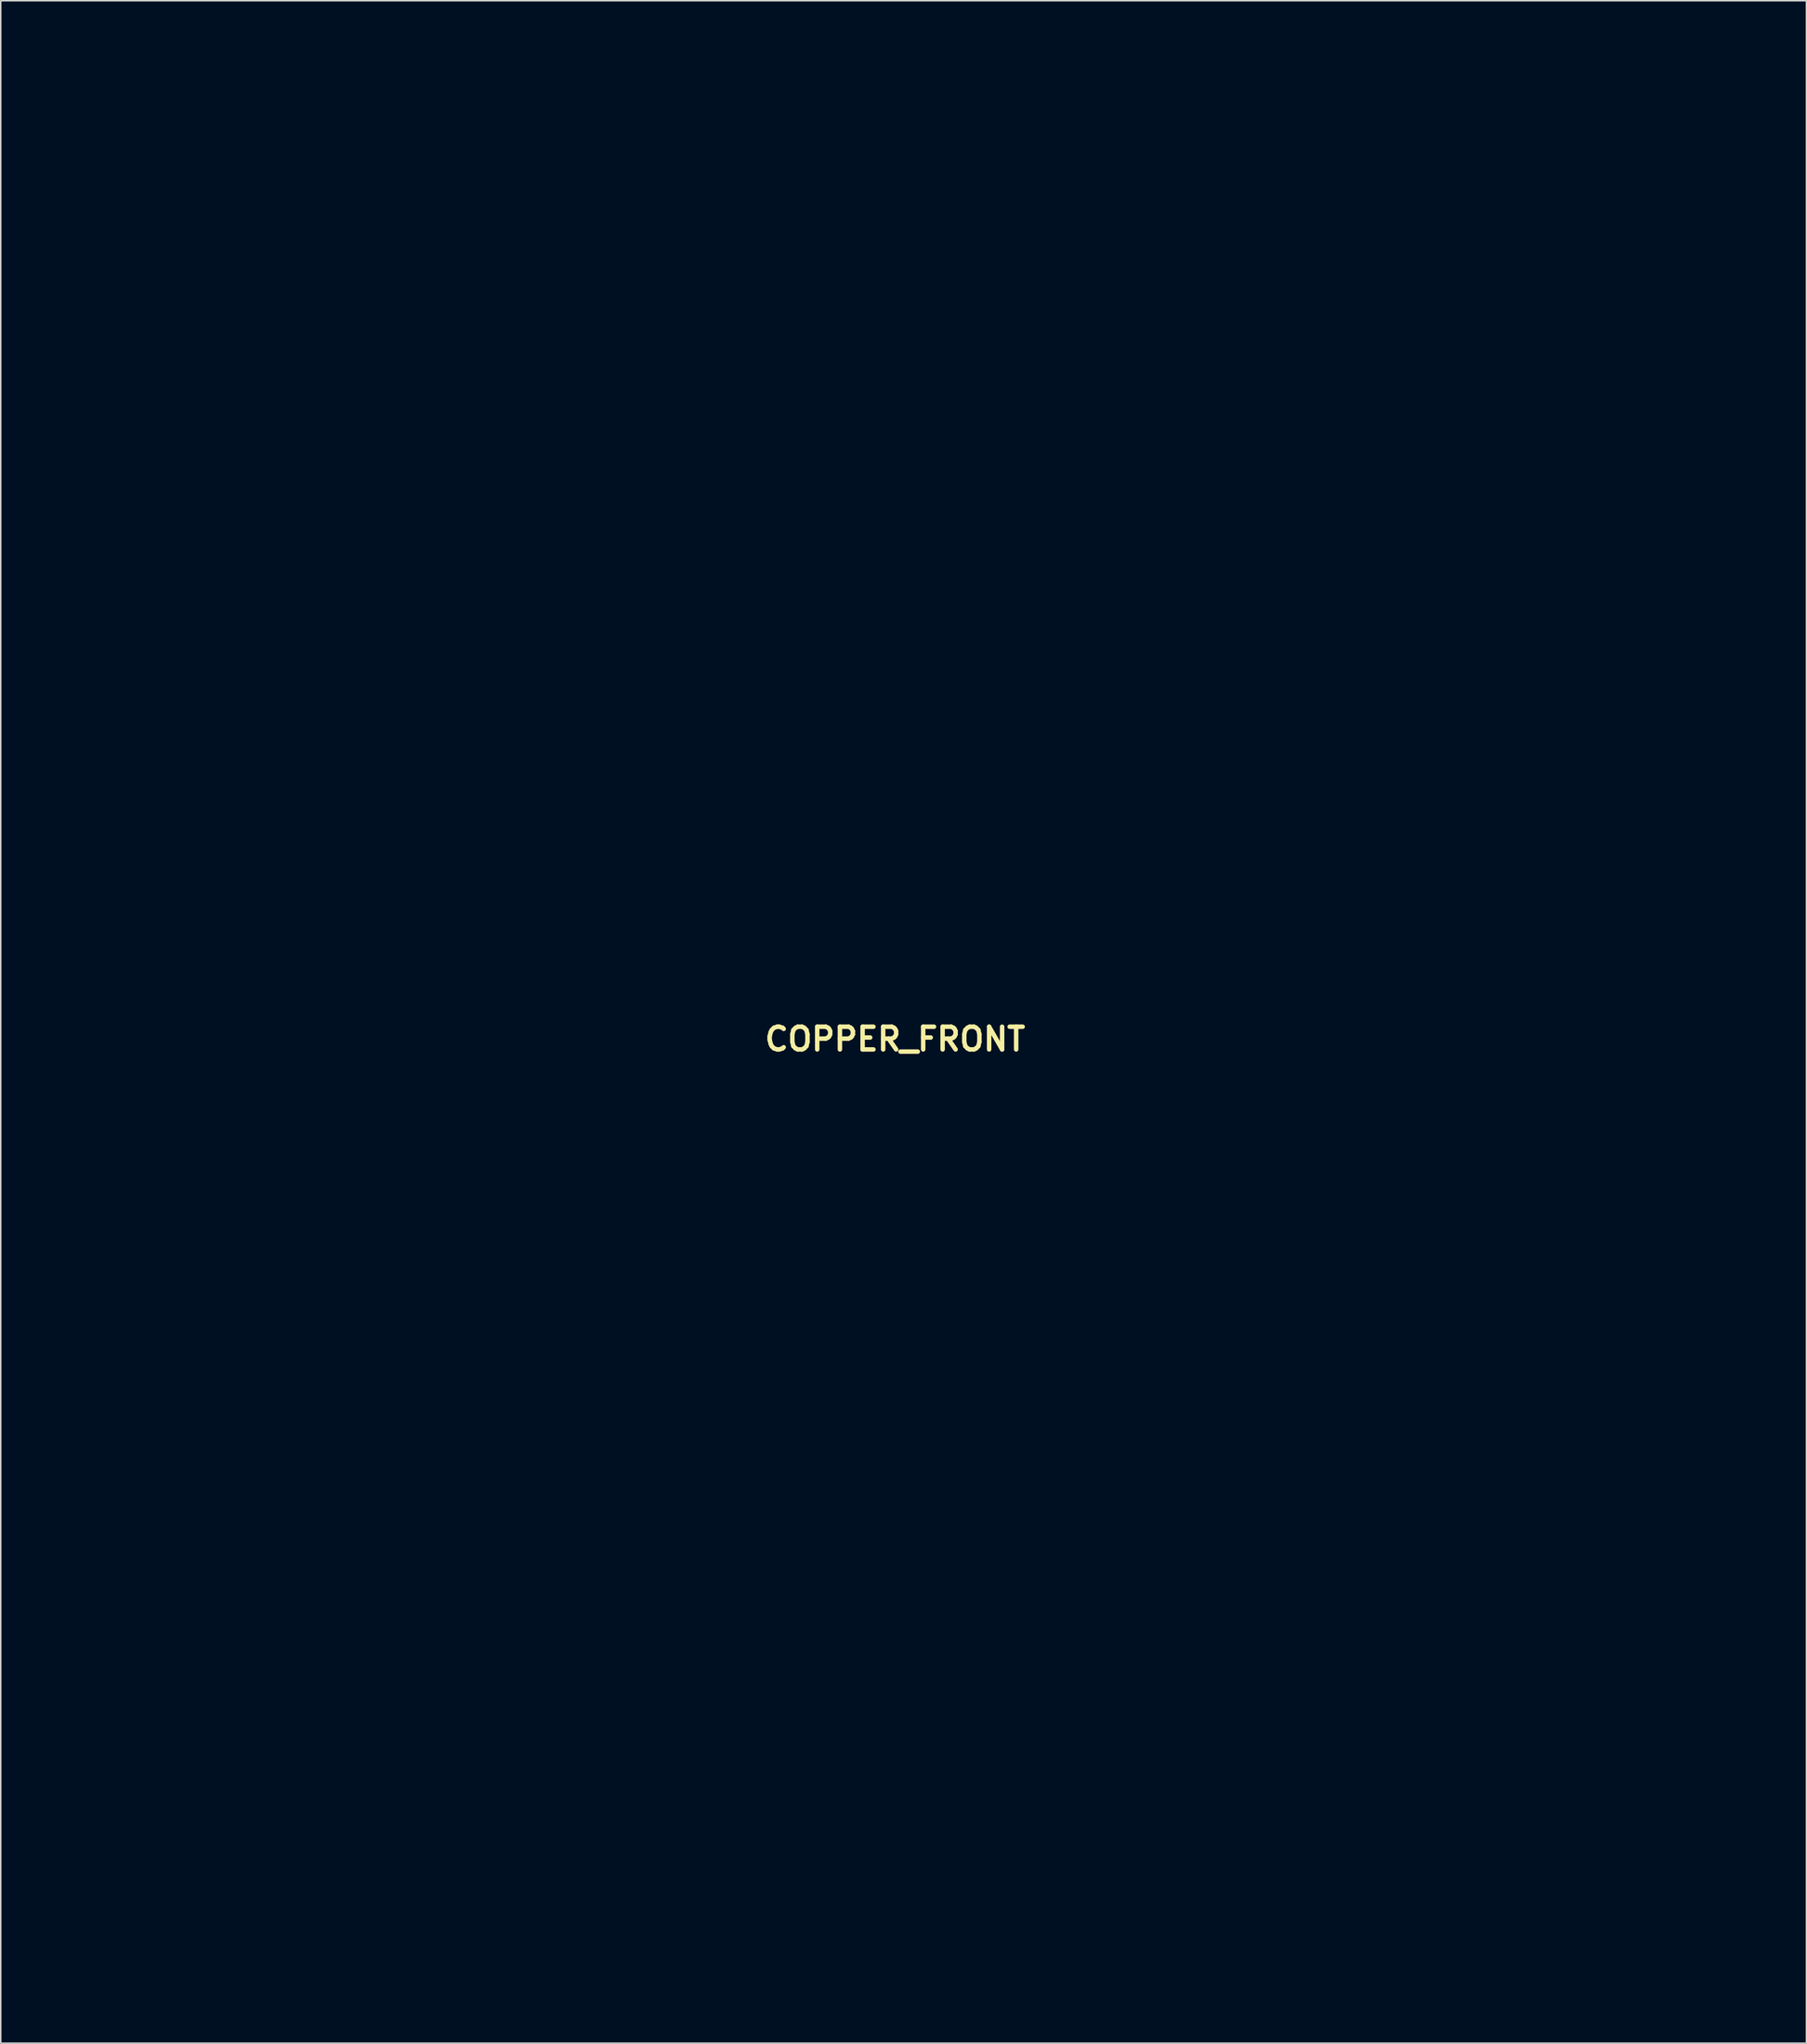
<source format=kicad_pcb>
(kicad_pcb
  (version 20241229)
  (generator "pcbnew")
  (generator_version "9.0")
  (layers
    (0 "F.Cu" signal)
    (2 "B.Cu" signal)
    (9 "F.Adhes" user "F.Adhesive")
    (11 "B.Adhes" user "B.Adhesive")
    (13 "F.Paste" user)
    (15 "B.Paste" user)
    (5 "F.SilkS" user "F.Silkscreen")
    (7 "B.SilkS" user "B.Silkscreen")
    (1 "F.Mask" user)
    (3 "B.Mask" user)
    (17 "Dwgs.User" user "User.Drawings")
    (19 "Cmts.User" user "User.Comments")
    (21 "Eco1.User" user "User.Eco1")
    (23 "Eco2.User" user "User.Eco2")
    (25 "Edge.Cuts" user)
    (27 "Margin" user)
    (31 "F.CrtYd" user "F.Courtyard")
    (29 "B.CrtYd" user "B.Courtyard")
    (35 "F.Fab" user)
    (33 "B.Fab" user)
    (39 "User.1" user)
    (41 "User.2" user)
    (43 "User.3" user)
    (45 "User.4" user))
  (footprint "COPPER_FRONT"
    (layer "F.Cu")
    (at 57.026 66.659)
    (property "Reference" "COPPER_FRONT" (at 0 0 0) (layer "F.SilkS") (effects (font (size 1.524 1.524) (thickness 0.3))))
    (attr through_hole)
    (fp_poly (pts (xy -43.243 -54.652) (xy -54.991 -54.652) (xy -54.991 -60.071) (xy -43.243 -60.071) (xy -43.243 -54.652)) (stroke (width 0.01) (type solid)) (fill yes) (layer "F.Mask"))
    (fp_poly (pts (xy -38.925 -15.653) (xy -38.936 -15.642) (xy -38.947 -15.653) (xy -38.936 -15.663) (xy -38.925 -15.653)) (stroke (width 0.01) (type solid)) (fill yes) (layer "F.Mask"))
    (fp_poly (pts (xy -36.703 -61.235) (xy -48.45 -61.235) (xy -48.45 -66.654) (xy -36.703 -66.654) (xy -36.703 -61.235)) (stroke (width 0.01) (type solid)) (fill yes) (layer "F.Mask"))
    (fp_poly (pts (xy -31.538 -47.096) (xy -34.819 -47.096) (xy -34.819 -48.535) (xy -31.538 -48.535) (xy -31.538 -47.096)) (stroke (width 0.01) (type solid)) (fill yes) (layer "F.Mask"))
    (fp_poly (pts (xy -30.141 -54.652) (xy -41.91 -54.652) (xy -41.91 -60.071) (xy -30.141 -60.071) (xy -30.141 -54.652)) (stroke (width 0.01) (type solid)) (fill yes) (layer "F.Mask"))
    (fp_poly (pts (xy -23.601 -61.235) (xy -35.37 -61.235) (xy -35.37 -66.654) (xy -23.601 -66.654) (xy -23.601 -61.235)) (stroke (width 0.01) (type solid)) (fill yes) (layer "F.Mask"))
    (fp_poly (pts (xy -17.06 -54.652) (xy -28.808 -54.652) (xy -28.808 -60.071) (xy -17.06 -60.071) (xy -17.06 -54.652)) (stroke (width 0.01) (type solid)) (fill yes) (layer "F.Mask"))
    (fp_poly (pts (xy -3.958 -54.652) (xy -15.727 -54.652) (xy -15.727 -60.071) (xy -3.958 -60.071) (xy -3.958 -54.652)) (stroke (width 0.01) (type solid)) (fill yes) (layer "F.Mask"))
    (fp_poly (pts (xy 2.582 -61.235) (xy -9.186 -61.235) (xy -9.186 -66.654) (xy 2.582 -66.654) (xy 2.582 -61.235)) (stroke (width 0.01) (type solid)) (fill yes) (layer "F.Mask"))
    (fp_poly (pts (xy 9.123 -54.652) (xy -2.625 -54.652) (xy -2.625 -60.071) (xy 9.123 -60.071) (xy 9.123 -54.652)) (stroke (width 0.01) (type solid)) (fill yes) (layer "F.Mask"))
    (fp_poly (pts (xy 15.684 -61.235) (xy 3.916 -61.235) (xy 3.916 -66.654) (xy 15.684 -66.654) (xy 15.684 -61.235)) (stroke (width 0.01) (type solid)) (fill yes) (layer "F.Mask"))
    (fp_poly (pts (xy 22.225 -54.652) (xy 10.456 -54.652) (xy 10.456 -60.071) (xy 22.225 -60.071) (xy 22.225 -54.652)) (stroke (width 0.01) (type solid)) (fill yes) (layer "F.Mask"))
    (fp_poly (pts (xy 28.765 -61.235) (xy 17.018 -61.235) (xy 17.018 -66.654) (xy 28.765 -66.654) (xy 28.765 -61.235)) (stroke (width 0.01) (type solid)) (fill yes) (layer "F.Mask"))
    (fp_poly (pts (xy 35.306 -54.652) (xy 23.558 -54.652) (xy 23.558 -60.071) (xy 35.306 -60.071) (xy 35.306 -54.652)) (stroke (width 0.01) (type solid)) (fill yes) (layer "F.Mask"))
    (fp_poly (pts (xy -42.63 -50.525) (xy -46.059 -50.525) (xy -46.059 -49.064) (xy -42.862 -49.064) (xy -42.862 -47.244) (xy -46.059 -47.244) (xy -46.059 -44.662) (xy -48.281 -44.662) (xy -48.281 -52.366) (xy -42.63 -52.366) (xy -42.63 -50.525)) (stroke (width 0.01) (type solid)) (fill yes) (layer "F.Mask"))
    (fp_poly (pts (xy -18.923 -44.662) (xy -21.145 -44.662) (xy -21.145 -49.128) (xy -22.966 -49.128) (xy -22.966 -50.646) (xy -22.707 -50.66) (xy -22.396 -50.687) (xy -22.122 -50.729) (xy -21.881 -50.789) (xy -21.672 -50.867) (xy -21.49 -50.964) (xy -21.334 -51.082) (xy -21.284 -51.128) (xy -21.157 -51.279) (xy -21.051 -51.46) (xy -20.971 -51.66) (xy -20.941 -51.774) (xy -20.902 -51.943) (xy -18.923 -51.943) (xy -18.923 -44.662)) (stroke (width 0.01) (type solid)) (fill yes) (layer "F.Mask"))
    (fp_poly (pts (xy -1.144 58.383) (xy -1.145 59.214) (xy -2.648 60.992) (xy -4.15 62.77) (xy -2.562 62.775) (xy -0.974 62.781) (xy -0.974 64.347) (xy -6.498 64.347) (xy -6.498 62.7) (xy -4.995 60.925) (xy -4.795 60.688) (xy -4.602 60.46) (xy -4.42 60.244) (xy -4.248 60.04) (xy -4.089 59.852) (xy -3.946 59.681) (xy -3.819 59.529) (xy -3.71 59.399) (xy -3.621 59.292) (xy -3.554 59.212) (xy -3.511 59.158) (xy -3.493 59.135) (xy -3.493 59.134) (xy -3.513 59.132) (xy -3.573 59.129) (xy -3.668 59.127) (xy -3.795 59.125) (xy -3.95 59.123) (xy -4.131 59.121) (xy -4.333 59.12) (xy -4.554 59.119) (xy -4.789 59.119) (xy -4.932 59.118) (xy -6.371 59.118) (xy -6.371 57.552) (xy -1.143 57.552) (xy -1.144 58.383)) (stroke (width 0.01) (type solid)) (fill yes) (layer "F.Mask"))
    (fp_poly (pts (xy -20.529 -41.335) (xy -20.32 -41.121) (xy -20.12 -40.915) (xy -19.93 -40.72) (xy -19.753 -40.537) (xy -19.59 -40.369) (xy -19.444 -40.217) (xy -19.316 -40.084) (xy -19.208 -39.971) (xy -19.123 -39.882) (xy -19.061 -39.816) (xy -19.026 -39.778) (xy -19.018 -39.768) (xy -19.033 -39.75) (xy -19.075 -39.705) (xy -19.143 -39.633) (xy -19.234 -39.537) (xy -19.347 -39.419) (xy -19.48 -39.28) (xy -19.631 -39.124) (xy -19.797 -38.952) (xy -19.977 -38.766) (xy -20.17 -38.567) (xy -20.372 -38.359) (xy -20.521 -38.206) (xy -22.024 -36.663) (xy -28.12 -36.664) (xy -29.623 -38.207) (xy -29.831 -38.421) (xy -30.03 -38.627) (xy -30.219 -38.821) (xy -30.396 -39.004) (xy -30.558 -39.172) (xy -30.704 -39.323) (xy -30.831 -39.455) (xy -30.938 -39.567) (xy -31.023 -39.657) (xy -31.084 -39.721) (xy -31.118 -39.759) (xy -31.126 -39.768) (xy -31.111 -39.785) (xy -31.069 -39.831) (xy -31.001 -39.902) (xy -30.91 -39.998) (xy -30.796 -40.116) (xy -30.663 -40.254) (xy -30.512 -40.41) (xy -30.346 -40.582) (xy -30.165 -40.769) (xy -29.972 -40.967) (xy -29.77 -41.175) (xy -29.614 -41.334) (xy -28.102 -42.884) (xy -22.04 -42.884) (xy -20.529 -41.335)) (stroke (width 0.01) (type solid)) (fill yes) (layer "F.Mask"))
    (fp_poly (pts (xy -50.927 -42.882) (xy -47.89 -42.881) (xy -46.387 -41.336) (xy -46.179 -41.122) (xy -45.979 -40.916) (xy -45.79 -40.721) (xy -45.614 -40.537) (xy -45.452 -40.369) (xy -45.306 -40.216) (xy -45.179 -40.082) (xy -45.072 -39.969) (xy -44.988 -39.878) (xy -44.928 -39.812) (xy -44.894 -39.773) (xy -44.887 -39.763) (xy -44.901 -39.744) (xy -44.944 -39.697) (xy -45.012 -39.624) (xy -45.104 -39.526) (xy -45.218 -39.407) (xy -45.351 -39.268) (xy -45.502 -39.111) (xy -45.669 -38.938) (xy -45.85 -38.751) (xy -46.042 -38.553) (xy -46.245 -38.345) (xy -46.389 -38.197) (xy -47.889 -36.661) (xy -53.969 -36.661) (xy -55.472 -38.201) (xy -55.68 -38.414) (xy -55.88 -38.619) (xy -56.069 -38.814) (xy -56.246 -38.997) (xy -56.409 -39.164) (xy -56.555 -39.316) (xy -56.683 -39.448) (xy -56.79 -39.56) (xy -56.876 -39.65) (xy -56.937 -39.714) (xy -56.972 -39.752) (xy -56.979 -39.762) (xy -56.966 -39.779) (xy -56.924 -39.825) (xy -56.857 -39.898) (xy -56.766 -39.994) (xy -56.654 -40.112) (xy -56.521 -40.251) (xy -56.371 -40.407) (xy -56.205 -40.58) (xy -56.024 -40.766) (xy -55.832 -40.965) (xy -55.63 -41.173) (xy -55.475 -41.333) (xy -53.964 -42.882) (xy -50.927 -42.882)) (stroke (width 0.01) (type solid)) (fill yes) (layer "F.Mask"))
    (fp_poly (pts (xy -33.384 -41.333) (xy -33.175 -41.118) (xy -32.975 -40.913) (xy -32.785 -40.718) (xy -32.608 -40.535) (xy -32.445 -40.367) (xy -32.298 -40.216) (xy -32.17 -40.083) (xy -32.062 -39.971) (xy -31.976 -39.882) (xy -31.914 -39.818) (xy -31.878 -39.78) (xy -31.87 -39.771) (xy -31.884 -39.754) (xy -31.926 -39.709) (xy -31.993 -39.638) (xy -32.084 -39.543) (xy -32.197 -39.426) (xy -32.329 -39.288) (xy -32.48 -39.133) (xy -32.646 -38.961) (xy -32.827 -38.775) (xy -33.019 -38.577) (xy -33.222 -38.369) (xy -33.378 -38.21) (xy -34.889 -36.661) (xy -40.969 -36.661) (xy -42.469 -38.197) (xy -42.677 -38.411) (xy -42.876 -38.616) (xy -43.066 -38.811) (xy -43.242 -38.994) (xy -43.404 -39.162) (xy -43.55 -39.314) (xy -43.678 -39.447) (xy -43.785 -39.559) (xy -43.869 -39.649) (xy -43.93 -39.715) (xy -43.964 -39.753) (xy -43.971 -39.763) (xy -43.957 -39.782) (xy -43.915 -39.829) (xy -43.848 -39.902) (xy -43.757 -40) (xy -43.644 -40.119) (xy -43.511 -40.259) (xy -43.361 -40.416) (xy -43.194 -40.589) (xy -43.014 -40.776) (xy -42.822 -40.975) (xy -42.62 -41.183) (xy -42.471 -41.337) (xy -40.968 -42.881) (xy -37.931 -42.881) (xy -34.893 -42.882) (xy -33.384 -41.333)) (stroke (width 0.01) (type solid)) (fill yes) (layer "F.Mask"))
    (fp_poly (pts (xy 51.372 5.337) (xy 51.961 5.337) (xy 52.535 5.338) (xy 53.09 5.338) (xy 53.619 5.338) (xy 54.116 5.339) (xy 54.421 5.339) (xy 58.166 5.345) (xy 56.195 8.795) (xy 55.993 9.149) (xy 55.796 9.493) (xy 55.606 9.827) (xy 55.423 10.147) (xy 55.249 10.452) (xy 55.084 10.74) (xy 54.929 11.01) (xy 54.787 11.259) (xy 54.657 11.486) (xy 54.541 11.689) (xy 54.44 11.866) (xy 54.354 12.015) (xy 54.286 12.134) (xy 54.236 12.222) (xy 54.204 12.276) (xy 54.193 12.295) (xy 54.186 12.305) (xy 54.178 12.311) (xy 54.166 12.311) (xy 54.149 12.303) (xy 54.123 12.286) (xy 54.088 12.257) (xy 54.04 12.214) (xy 53.978 12.156) (xy 53.899 12.08) (xy 53.801 11.984) (xy 53.682 11.866) (xy 53.54 11.725) (xy 53.372 11.557) (xy 53.177 11.362) (xy 53.161 11.347) (xy 52.162 10.348) (xy 50.788 12.132) (xy 50.598 12.378) (xy 50.413 12.618) (xy 50.235 12.849) (xy 50.066 13.069) (xy 49.908 13.275) (xy 49.762 13.464) (xy 49.63 13.635) (xy 49.516 13.784) (xy 49.419 13.909) (xy 49.343 14.008) (xy 49.29 14.077) (xy 49.263 14.112) (xy 49.113 14.307) (xy 46.139 9.826) (xy 43.166 5.345) (xy 46.921 5.339) (xy 47.395 5.339) (xy 47.905 5.338) (xy 48.444 5.338) (xy 49.008 5.337) (xy 49.588 5.337) (xy 50.18 5.337) (xy 50.777 5.337) (xy 51.372 5.337)) (stroke (width 0.01) (type solid)) (fill yes) (layer "F.Mask"))
    (fp_poly (pts (xy 54.664 -17.632) (xy 54.666 -17.572) (xy 54.667 -17.476) (xy 54.668 -17.345) (xy 54.67 -17.184) (xy 54.671 -16.996) (xy 54.672 -16.782) (xy 54.672 -16.547) (xy 54.673 -16.292) (xy 54.673 -16.022) (xy 54.673 -15.738) (xy 54.673 -15.648) (xy 54.673 -13.642) (xy 56.666 -10.653) (xy 55.665 -8.653) (xy 54.663 -6.653) (xy 52.663 -7.154) (xy 50.662 -7.654) (xy 48.694 -7.162) (xy 48.413 -7.091) (xy 48.143 -7.024) (xy 47.887 -6.96) (xy 47.648 -6.901) (xy 47.43 -6.847) (xy 47.234 -6.798) (xy 47.064 -6.757) (xy 46.922 -6.722) (xy 46.812 -6.695) (xy 46.737 -6.677) (xy 46.698 -6.669) (xy 46.694 -6.668) (xy 46.678 -6.687) (xy 46.645 -6.744) (xy 46.593 -6.838) (xy 46.522 -6.971) (xy 46.433 -7.141) (xy 46.326 -7.35) (xy 46.201 -7.596) (xy 46.057 -7.881) (xy 45.895 -8.203) (xy 45.714 -8.564) (xy 45.665 -8.662) (xy 44.668 -10.657) (xy 45.67 -12.16) (xy 46.672 -13.663) (xy 46.672 -15.659) (xy 46.673 -15.995) (xy 46.673 -16.291) (xy 46.673 -16.55) (xy 46.673 -16.773) (xy 46.674 -16.965) (xy 46.675 -17.126) (xy 46.676 -17.26) (xy 46.678 -17.369) (xy 46.68 -17.456) (xy 46.683 -17.523) (xy 46.686 -17.572) (xy 46.689 -17.607) (xy 46.693 -17.629) (xy 46.698 -17.641) (xy 46.704 -17.645) (xy 46.71 -17.645) (xy 46.735 -17.638) (xy 46.799 -17.622) (xy 46.898 -17.597) (xy 47.029 -17.564) (xy 47.19 -17.523) (xy 47.377 -17.476) (xy 47.589 -17.424) (xy 47.821 -17.365) (xy 48.071 -17.303) (xy 48.336 -17.237) (xy 48.613 -17.167) (xy 48.705 -17.144) (xy 50.663 -16.655) (xy 52.657 -17.154) (xy 52.94 -17.225) (xy 53.211 -17.293) (xy 53.467 -17.357) (xy 53.706 -17.416) (xy 53.925 -17.471) (xy 54.121 -17.519) (xy 54.291 -17.562) (xy 54.433 -17.597) (xy 54.543 -17.624) (xy 54.619 -17.643) (xy 54.658 -17.652) (xy 54.663 -17.653) (xy 54.664 -17.632)) (stroke (width 0.01) (type solid)) (fill yes) (layer "F.Mask"))
    (fp_poly (pts (xy 54.66 -30.63) (xy 54.69 -30.576) (xy 54.737 -30.49) (xy 54.799 -30.372) (xy 54.874 -30.227) (xy 54.962 -30.056) (xy 55.062 -29.862) (xy 55.171 -29.647) (xy 55.289 -29.414) (xy 55.414 -29.166) (xy 55.546 -28.905) (xy 55.671 -28.654) (xy 56.669 -26.658) (xy 55.671 -25.161) (xy 54.673 -23.665) (xy 54.673 -21.664) (xy 54.673 -21.276) (xy 54.673 -20.929) (xy 54.671 -20.624) (xy 54.67 -20.361) (xy 54.668 -20.139) (xy 54.665 -19.96) (xy 54.662 -19.823) (xy 54.659 -19.728) (xy 54.655 -19.676) (xy 54.652 -19.664) (xy 54.629 -19.669) (xy 54.568 -19.683) (xy 54.471 -19.707) (xy 54.342 -19.739) (xy 54.183 -19.778) (xy 53.997 -19.824) (xy 53.787 -19.876) (xy 53.555 -19.933) (xy 53.306 -19.995) (xy 53.041 -20.061) (xy 52.763 -20.131) (xy 52.647 -20.16) (xy 50.662 -20.656) (xy 48.683 -20.161) (xy 48.402 -20.09) (xy 48.132 -20.023) (xy 47.876 -19.959) (xy 47.638 -19.899) (xy 47.42 -19.845) (xy 47.225 -19.796) (xy 47.055 -19.754) (xy 46.915 -19.72) (xy 46.805 -19.693) (xy 46.73 -19.674) (xy 46.693 -19.665) (xy 46.688 -19.664) (xy 46.686 -19.685) (xy 46.684 -19.745) (xy 46.682 -19.842) (xy 46.68 -19.972) (xy 46.678 -20.132) (xy 46.677 -20.321) (xy 46.675 -20.534) (xy 46.674 -20.769) (xy 46.673 -21.023) (xy 46.673 -21.293) (xy 46.673 -21.577) (xy 46.672 -21.654) (xy 46.672 -23.643) (xy 45.669 -25.149) (xy 44.665 -26.655) (xy 45.66 -28.647) (xy 45.796 -28.918) (xy 45.926 -29.179) (xy 46.05 -29.426) (xy 46.166 -29.658) (xy 46.273 -29.871) (xy 46.37 -30.064) (xy 46.455 -30.234) (xy 46.527 -30.378) (xy 46.585 -30.493) (xy 46.628 -30.578) (xy 46.655 -30.63) (xy 46.664 -30.647) (xy 46.685 -30.643) (xy 46.744 -30.629) (xy 46.839 -30.607) (xy 46.966 -30.576) (xy 47.124 -30.538) (xy 47.308 -30.493) (xy 47.517 -30.442) (xy 47.747 -30.385) (xy 47.996 -30.323) (xy 48.26 -30.257) (xy 48.538 -30.188) (xy 48.667 -30.156) (xy 50.663 -29.657) (xy 52.642 -30.153) (xy 52.923 -30.223) (xy 53.194 -30.291) (xy 53.45 -30.354) (xy 53.689 -30.414) (xy 53.908 -30.468) (xy 54.104 -30.517) (xy 54.275 -30.559) (xy 54.417 -30.594) (xy 54.527 -30.621) (xy 54.603 -30.639) (xy 54.642 -30.648) (xy 54.647 -30.649) (xy 54.66 -30.63)) (stroke (width 0.01) (type solid)) (fill yes) (layer "F.Mask"))
    (fp_poly (pts (xy 26.039 -43.646) (xy 26.455 -43.645) (xy 26.858 -43.645) (xy 27.245 -43.645) (xy 27.615 -43.644) (xy 27.966 -43.643) (xy 28.296 -43.642) (xy 28.602 -43.641) (xy 28.883 -43.64) (xy 29.138 -43.639) (xy 29.363 -43.638) (xy 29.556 -43.637) (xy 29.717 -43.635) (xy 29.843 -43.634) (xy 29.932 -43.632) (xy 29.982 -43.631) (xy 29.993 -43.63) (xy 29.989 -43.605) (xy 29.977 -43.542) (xy 29.959 -43.446) (xy 29.934 -43.318) (xy 29.904 -43.163) (xy 29.869 -42.984) (xy 29.83 -42.785) (xy 29.788 -42.57) (xy 29.743 -42.34) (xy 29.696 -42.101) (xy 29.647 -41.855) (xy 29.598 -41.607) (xy 29.549 -41.359) (xy 29.501 -41.115) (xy 29.454 -40.878) (xy 29.409 -40.652) (xy 29.367 -40.441) (xy 29.328 -40.248) (xy 29.294 -40.076) (xy 29.264 -39.929) (xy 29.24 -39.81) (xy 29.223 -39.724) (xy 29.212 -39.672) (xy 29.208 -39.659) (xy 29.187 -39.652) (xy 29.128 -39.635) (xy 29.034 -39.608) (xy 28.908 -39.572) (xy 28.753 -39.529) (xy 28.572 -39.478) (xy 28.368 -39.421) (xy 28.143 -39.359) (xy 27.901 -39.292) (xy 27.646 -39.221) (xy 27.423 -39.159) (xy 27.157 -39.085) (xy 26.902 -39.015) (xy 26.662 -38.948) (xy 26.44 -38.887) (xy 26.238 -38.831) (xy 26.06 -38.781) (xy 25.908 -38.739) (xy 25.785 -38.705) (xy 25.695 -38.68) (xy 25.64 -38.665) (xy 25.623 -38.661) (xy 25.6 -38.665) (xy 25.539 -38.682) (xy 25.444 -38.708) (xy 25.317 -38.744) (xy 25.162 -38.788) (xy 24.981 -38.841) (xy 24.778 -38.9) (xy 24.556 -38.965) (xy 24.317 -39.035) (xy 24.064 -39.109) (xy 23.909 -39.155) (xy 22.217 -39.656) (xy 21.724 -41.624) (xy 21.654 -41.905) (xy 21.587 -42.175) (xy 21.523 -42.43) (xy 21.464 -42.669) (xy 21.41 -42.887) (xy 21.361 -43.082) (xy 21.319 -43.252) (xy 21.285 -43.393) (xy 21.258 -43.502) (xy 21.24 -43.577) (xy 21.231 -43.615) (xy 21.231 -43.619) (xy 21.238 -43.622) (xy 21.262 -43.625) (xy 21.302 -43.628) (xy 21.362 -43.63) (xy 21.442 -43.633) (xy 21.543 -43.635) (xy 21.668 -43.637) (xy 21.818 -43.638) (xy 21.993 -43.64) (xy 22.196 -43.641) (xy 22.428 -43.642) (xy 22.691 -43.643) (xy 22.985 -43.644) (xy 23.313 -43.644) (xy 23.675 -43.645) (xy 24.074 -43.645) (xy 24.511 -43.645) (xy 24.986 -43.646) (xy 25.502 -43.646) (xy 25.612 -43.646) (xy 26.039 -43.646)) (stroke (width 0.01) (type solid)) (fill yes) (layer "F.Mask"))
    (fp_poly (pts (xy -39.924 18.344) (xy -40.924 19.345) (xy -40.723 19.552) (xy -40.618 19.661) (xy -40.498 19.784) (xy -40.368 19.919) (xy -40.229 20.063) (xy -40.085 20.213) (xy -39.94 20.364) (xy -39.794 20.515) (xy -39.653 20.663) (xy -39.519 20.803) (xy -39.394 20.933) (xy -39.282 21.051) (xy -39.186 21.152) (xy -39.108 21.233) (xy -39.052 21.293) (xy -39.021 21.327) (xy -39.015 21.333) (xy -39.034 21.342) (xy -39.09 21.363) (xy -39.18 21.395) (xy -39.3 21.437) (xy -39.449 21.488) (xy -39.622 21.548) (xy -39.816 21.614) (xy -40.029 21.686) (xy -40.258 21.762) (xy -40.498 21.843) (xy -40.502 21.844) (xy -40.743 21.924) (xy -40.972 22.001) (xy -41.186 22.073) (xy -41.381 22.139) (xy -41.555 22.198) (xy -41.705 22.249) (xy -41.826 22.291) (xy -41.917 22.323) (xy -41.975 22.344) (xy -41.995 22.352) (xy -41.995 22.352) (xy -41.988 22.373) (xy -41.969 22.432) (xy -41.939 22.524) (xy -41.899 22.647) (xy -41.849 22.797) (xy -41.791 22.972) (xy -41.726 23.168) (xy -41.655 23.382) (xy -41.578 23.611) (xy -41.499 23.85) (xy -41.419 24.09) (xy -41.343 24.318) (xy -41.273 24.531) (xy -41.208 24.726) (xy -41.151 24.9) (xy -41.103 25.049) (xy -41.064 25.17) (xy -41.035 25.26) (xy -41.017 25.317) (xy -41.012 25.337) (xy -41.032 25.327) (xy -41.087 25.3) (xy -41.175 25.257) (xy -41.293 25.198) (xy -41.44 25.125) (xy -41.611 25.04) (xy -41.806 24.943) (xy -42.021 24.836) (xy -42.254 24.72) (xy -42.503 24.595) (xy -42.764 24.465) (xy -43.011 24.342) (xy -45 23.347) (xy -49.932 23.347) (xy -51.425 24.342) (xy -52.917 25.337) (xy -52.917 23.315) (xy -52.147 21) (xy -50.207 21) (xy -50.183 21.116) (xy -50.128 21.212) (xy -50.032 21.295) (xy -49.915 21.342) (xy -49.779 21.352) (xy -49.627 21.326) (xy -49.601 21.319) (xy -49.444 21.254) (xy -49.301 21.16) (xy -49.177 21.048) (xy -49.073 20.921) (xy -48.995 20.785) (xy -48.943 20.645) (xy -48.919 20.507) (xy -48.924 20.378) (xy -48.958 20.263) (xy -49.021 20.168) (xy -49.059 20.134) (xy -49.099 20.107) (xy -49.138 20.09) (xy -49.187 20.081) (xy -49.258 20.077) (xy -49.327 20.077) (xy -49.424 20.079) (xy -49.493 20.085) (xy -49.551 20.1) (xy -49.612 20.126) (xy -49.656 20.148) (xy -49.795 20.236) (xy -49.918 20.344) (xy -50.022 20.468) (xy -50.106 20.6) (xy -50.166 20.737) (xy -50.201 20.872) (xy -50.207 21) (xy -52.147 21) (xy -51.931 20.352) (xy -47.932 18.345) (xy -43.427 17.844) (xy -38.923 17.343) (xy -39.924 18.344)) (stroke (width 0.01) (type solid)) (fill yes) (layer "F.Mask"))
    (fp_poly (pts (xy 3.144 57.421) (xy 3.368 57.429) (xy 3.572 57.444) (xy 3.672 57.456) (xy 4.066 57.525) (xy 4.431 57.623) (xy 4.765 57.751) (xy 5.069 57.906) (xy 5.342 58.09) (xy 5.584 58.301) (xy 5.794 58.54) (xy 5.972 58.806) (xy 6.118 59.098) (xy 6.231 59.417) (xy 6.287 59.643) (xy 6.31 59.783) (xy 6.329 59.951) (xy 6.341 60.134) (xy 6.347 60.32) (xy 6.346 60.496) (xy 6.338 60.649) (xy 6.331 60.711) (xy 6.271 61.027) (xy 6.178 61.326) (xy 6.048 61.615) (xy 5.879 61.899) (xy 5.772 62.052) (xy 5.72 62.117) (xy 5.646 62.202) (xy 5.557 62.301) (xy 5.461 62.404) (xy 5.389 62.479) (xy 5.115 62.759) (xy 6.456 62.759) (xy 6.456 64.347) (xy 3.387 64.347) (xy 3.387 62.703) (xy 3.442 62.652) (xy 3.497 62.595) (xy 3.569 62.513) (xy 3.649 62.416) (xy 3.729 62.314) (xy 3.803 62.217) (xy 3.851 62.148) (xy 4.008 61.879) (xy 4.132 61.587) (xy 4.221 61.28) (xy 4.275 60.964) (xy 4.291 60.647) (xy 4.279 60.424) (xy 4.239 60.156) (xy 4.178 59.921) (xy 4.093 59.716) (xy 3.984 59.537) (xy 3.888 59.422) (xy 3.734 59.279) (xy 3.57 59.173) (xy 3.39 59.1) (xy 3.189 59.06) (xy 2.995 59.048) (xy 2.769 59.06) (xy 2.569 59.099) (xy 2.391 59.169) (xy 2.228 59.271) (xy 2.117 59.365) (xy 1.975 59.522) (xy 1.86 59.699) (xy 1.773 59.899) (xy 1.712 60.125) (xy 1.676 60.38) (xy 1.663 60.668) (xy 1.663 60.695) (xy 1.68 61.015) (xy 1.728 61.313) (xy 1.809 61.595) (xy 1.925 61.864) (xy 2.079 62.126) (xy 2.271 62.386) (xy 2.408 62.545) (xy 2.561 62.714) (xy 2.561 64.347) (xy -0.508 64.347) (xy -0.508 62.759) (xy 0.148 62.759) (xy 0.31 62.759) (xy 0.457 62.757) (xy 0.585 62.755) (xy 0.688 62.752) (xy 0.761 62.749) (xy 0.8 62.745) (xy 0.804 62.743) (xy 0.79 62.722) (xy 0.751 62.679) (xy 0.694 62.619) (xy 0.624 62.548) (xy 0.623 62.547) (xy 0.359 62.266) (xy 0.137 61.986) (xy -0.046 61.705) (xy -0.188 61.422) (xy -0.274 61.196) (xy -0.313 61.068) (xy -0.343 60.954) (xy -0.364 60.845) (xy -0.378 60.729) (xy -0.386 60.598) (xy -0.39 60.442) (xy -0.39 60.293) (xy -0.389 60.133) (xy -0.386 60.006) (xy -0.38 59.903) (xy -0.371 59.814) (xy -0.358 59.73) (xy -0.342 59.654) (xy -0.25 59.314) (xy -0.126 59.001) (xy 0.031 58.716) (xy 0.219 58.458) (xy 0.439 58.228) (xy 0.691 58.026) (xy 0.975 57.852) (xy 1.289 57.706) (xy 1.635 57.588) (xy 2.012 57.499) (xy 2.286 57.455) (xy 2.469 57.436) (xy 2.682 57.424) (xy 2.911 57.419) (xy 3.144 57.421)) (stroke (width 0.01) (type solid)) (fill yes) (layer "F.Mask"))
    (fp_poly (pts (xy 25.637 -51.641) (xy 25.701 -51.624) (xy 25.798 -51.597) (xy 25.924 -51.561) (xy 26.076 -51.518) (xy 26.249 -51.467) (xy 26.44 -51.411) (xy 26.646 -51.351) (xy 26.863 -51.287) (xy 27.087 -51.221) (xy 27.314 -51.154) (xy 27.541 -51.086) (xy 27.765 -51.02) (xy 27.98 -50.955) (xy 28.184 -50.894) (xy 28.374 -50.837) (xy 28.544 -50.785) (xy 28.693 -50.74) (xy 28.815 -50.702) (xy 28.908 -50.673) (xy 28.968 -50.653) (xy 28.99 -50.644) (xy 28.998 -50.622) (xy 29.015 -50.561) (xy 29.04 -50.467) (xy 29.073 -50.342) (xy 29.113 -50.189) (xy 29.158 -50.013) (xy 29.209 -49.816) (xy 29.263 -49.602) (xy 29.321 -49.375) (xy 29.382 -49.137) (xy 29.444 -48.893) (xy 29.506 -48.645) (xy 29.569 -48.398) (xy 29.63 -48.154) (xy 29.689 -47.917) (xy 29.746 -47.691) (xy 29.799 -47.479) (xy 29.847 -47.284) (xy 29.89 -47.11) (xy 29.927 -46.96) (xy 29.956 -46.838) (xy 29.978 -46.747) (xy 29.99 -46.69) (xy 29.993 -46.673) (xy 29.972 -46.67) (xy 29.909 -46.667) (xy 29.803 -46.665) (xy 29.655 -46.662) (xy 29.464 -46.66) (xy 29.232 -46.659) (xy 28.957 -46.657) (xy 28.64 -46.656) (xy 28.28 -46.654) (xy 27.879 -46.653) (xy 27.435 -46.653) (xy 26.949 -46.652) (xy 26.421 -46.652) (xy 25.851 -46.651) (xy 25.602 -46.651) (xy 25.077 -46.651) (xy 24.593 -46.652) (xy 24.149 -46.652) (xy 23.742 -46.652) (xy 23.372 -46.653) (xy 23.037 -46.653) (xy 22.736 -46.654) (xy 22.467 -46.655) (xy 22.229 -46.656) (xy 22.02 -46.657) (xy 21.839 -46.659) (xy 21.684 -46.66) (xy 21.555 -46.662) (xy 21.448 -46.664) (xy 21.364 -46.666) (xy 21.301 -46.668) (xy 21.256 -46.671) (xy 21.23 -46.674) (xy 21.219 -46.677) (xy 21.219 -46.678) (xy 21.224 -46.702) (xy 21.237 -46.765) (xy 21.257 -46.863) (xy 21.283 -46.995) (xy 21.314 -47.156) (xy 21.352 -47.344) (xy 21.393 -47.557) (xy 21.439 -47.79) (xy 21.489 -48.042) (xy 21.541 -48.309) (xy 21.595 -48.589) (xy 21.612 -48.673) (xy 21.667 -48.955) (xy 21.72 -49.226) (xy 21.771 -49.482) (xy 21.818 -49.72) (xy 21.861 -49.937) (xy 21.9 -50.132) (xy 21.934 -50.3) (xy 21.963 -50.438) (xy 21.985 -50.545) (xy 22.001 -50.617) (xy 22.009 -50.651) (xy 22.01 -50.653) (xy 22.032 -50.661) (xy 22.092 -50.679) (xy 22.185 -50.706) (xy 22.308 -50.741) (xy 22.458 -50.783) (xy 22.631 -50.831) (xy 22.823 -50.885) (xy 23.031 -50.943) (xy 23.251 -51.004) (xy 23.48 -51.067) (xy 23.714 -51.132) (xy 23.949 -51.197) (xy 24.182 -51.261) (xy 24.409 -51.324) (xy 24.628 -51.383) (xy 24.833 -51.44) (xy 25.022 -51.491) (xy 25.191 -51.537) (xy 25.336 -51.576) (xy 25.454 -51.608) (xy 25.541 -51.631) (xy 25.594 -51.644) (xy 25.61 -51.647) (xy 25.637 -51.641)) (stroke (width 0.01) (type solid)) (fill yes) (layer "F.Mask"))
    (fp_poly (pts (xy 52.234 -4.583) (xy 52.269 -4.532) (xy 52.325 -4.449) (xy 52.4 -4.336) (xy 52.495 -4.194) (xy 52.606 -4.027) (xy 52.734 -3.835) (xy 52.877 -3.621) (xy 53.033 -3.386) (xy 53.202 -3.132) (xy 53.383 -2.861) (xy 53.573 -2.574) (xy 53.772 -2.274) (xy 53.979 -1.963) (xy 54.193 -1.641) (xy 54.412 -1.312) (xy 54.635 -0.976) (xy 54.861 -0.635) (xy 55.089 -0.292) (xy 55.317 0.051) (xy 55.544 0.394) (xy 55.77 0.734) (xy 55.992 1.07) (xy 56.21 1.398) (xy 56.423 1.719) (xy 56.628 2.03) (xy 56.826 2.328) (xy 57.015 2.613) (xy 57.194 2.883) (xy 57.36 3.135) (xy 57.515 3.368) (xy 57.655 3.58) (xy 57.78 3.77) (xy 57.889 3.934) (xy 57.98 4.073) (xy 58.052 4.183) (xy 58.105 4.263) (xy 58.136 4.311) (xy 58.145 4.326) (xy 58.124 4.327) (xy 58.062 4.328) (xy 57.961 4.329) (xy 57.822 4.33) (xy 57.647 4.331) (xy 57.437 4.332) (xy 57.194 4.332) (xy 56.919 4.333) (xy 56.613 4.334) (xy 56.279 4.335) (xy 55.918 4.335) (xy 55.531 4.336) (xy 55.12 4.337) (xy 54.685 4.337) (xy 54.23 4.338) (xy 53.755 4.338) (xy 53.262 4.338) (xy 52.752 4.339) (xy 52.227 4.339) (xy 51.688 4.339) (xy 51.137 4.339) (xy 50.662 4.339) (xy 50.102 4.339) (xy 49.553 4.339) (xy 49.016 4.339) (xy 48.493 4.339) (xy 47.986 4.338) (xy 47.495 4.338) (xy 47.023 4.338) (xy 46.571 4.337) (xy 46.14 4.337) (xy 45.732 4.337) (xy 45.349 4.336) (xy 44.992 4.335) (xy 44.662 4.335) (xy 44.362 4.334) (xy 44.091 4.334) (xy 43.853 4.333) (xy 43.648 4.332) (xy 43.479 4.331) (xy 43.346 4.331) (xy 43.251 4.33) (xy 43.195 4.329) (xy 43.18 4.329) (xy 43.19 4.31) (xy 43.22 4.256) (xy 43.269 4.171) (xy 43.335 4.055) (xy 43.416 3.911) (xy 43.513 3.741) (xy 43.623 3.548) (xy 43.745 3.334) (xy 43.878 3.1) (xy 44.021 2.849) (xy 44.172 2.584) (xy 44.331 2.306) (xy 44.495 2.018) (xy 44.664 1.721) (xy 44.837 1.419) (xy 45.011 1.113) (xy 45.187 0.805) (xy 45.362 0.498) (xy 45.536 0.194) (xy 45.706 -0.105) (xy 45.873 -0.397) (xy 46.034 -0.679) (xy 46.189 -0.95) (xy 46.336 -1.207) (xy 46.473 -1.447) (xy 46.601 -1.67) (xy 46.716 -1.872) (xy 46.819 -2.052) (xy 46.908 -2.206) (xy 46.981 -2.334) (xy 47.037 -2.432) (xy 47.076 -2.499) (xy 47.08 -2.506) (xy 47.164 -2.651) (xy 49.163 -0.653) (xy 50.685 -2.631) (xy 50.881 -2.886) (xy 51.07 -3.131) (xy 51.25 -3.364) (xy 51.42 -3.583) (xy 51.578 -3.787) (xy 51.723 -3.973) (xy 51.852 -4.138) (xy 51.964 -4.282) (xy 52.059 -4.402) (xy 52.133 -4.495) (xy 52.185 -4.561) (xy 52.215 -4.596) (xy 52.221 -4.602) (xy 52.234 -4.583)) (stroke (width 0.01) (type solid)) (fill yes) (layer "F.Mask"))
    (fp_poly (pts (xy -38.984 -15.637) (xy -38.998 -15.624) (xy -39.045 -15.59) (xy -39.122 -15.536) (xy -39.227 -15.464) (xy -39.357 -15.375) (xy -39.509 -15.272) (xy -39.682 -15.155) (xy -39.872 -15.027) (xy -40.077 -14.889) (xy -40.295 -14.744) (xy -40.44 -14.647) (xy -41.917 -13.663) (xy -42.919 -12.16) (xy -43.921 -10.657) (xy -43.921 -9.158) (xy -43.921 -8.859) (xy -43.921 -8.601) (xy -43.922 -8.38) (xy -43.923 -8.194) (xy -43.925 -8.04) (xy -43.927 -7.917) (xy -43.93 -7.821) (xy -43.933 -7.751) (xy -43.937 -7.704) (xy -43.941 -7.677) (xy -43.946 -7.667) (xy -43.947 -7.668) (xy -43.97 -7.675) (xy -44.031 -7.696) (xy -44.127 -7.728) (xy -44.257 -7.771) (xy -44.418 -7.825) (xy -44.608 -7.888) (xy -44.825 -7.961) (xy -45.066 -8.041) (xy -45.33 -8.129) (xy -45.614 -8.224) (xy -45.915 -8.324) (xy -46.232 -8.43) (xy -46.563 -8.54) (xy -46.904 -8.654) (xy -46.948 -8.668) (xy -49.922 -9.659) (xy -51.419 -8.661) (xy -52.917 -7.662) (xy -52.917 -9.673) (xy -51.922 -11.662) (xy -51.759 -11.989) (xy -51.673 -12.159) (xy -49.929 -12.159) (xy -49.926 -12.099) (xy -49.902 -11.978) (xy -49.854 -11.878) (xy -49.773 -11.783) (xy -49.77 -11.78) (xy -49.659 -11.7) (xy -49.529 -11.656) (xy -49.389 -11.648) (xy -49.271 -11.671) (xy -49.142 -11.73) (xy -49.039 -11.819) (xy -48.966 -11.931) (xy -48.924 -12.062) (xy -48.917 -12.205) (xy -48.937 -12.32) (xy -48.976 -12.404) (xy -49.042 -12.491) (xy -49.121 -12.567) (xy -49.201 -12.618) (xy -49.309 -12.649) (xy -49.433 -12.658) (xy -49.556 -12.644) (xy -49.65 -12.613) (xy -49.767 -12.535) (xy -49.854 -12.429) (xy -49.91 -12.301) (xy -49.929 -12.159) (xy -51.673 -12.159) (xy -51.613 -12.279) (xy -51.485 -12.535) (xy -51.372 -12.759) (xy -51.273 -12.953) (xy -51.189 -13.118) (xy -51.117 -13.258) (xy -51.056 -13.373) (xy -51.006 -13.466) (xy -50.966 -13.538) (xy -50.935 -13.592) (xy -50.911 -13.629) (xy -50.894 -13.652) (xy -50.882 -13.662) (xy -50.88 -13.663) (xy -50.85 -13.668) (xy -50.781 -13.68) (xy -50.674 -13.698) (xy -50.533 -13.722) (xy -50.358 -13.752) (xy -50.151 -13.787) (xy -49.916 -13.826) (xy -49.653 -13.87) (xy -49.365 -13.918) (xy -49.055 -13.97) (xy -48.723 -14.026) (xy -48.371 -14.084) (xy -48.003 -14.145) (xy -47.62 -14.209) (xy -47.224 -14.275) (xy -46.817 -14.343) (xy -46.4 -14.412) (xy -45.977 -14.482) (xy -45.549 -14.554) (xy -45.118 -14.625) (xy -44.686 -14.697) (xy -44.256 -14.768) (xy -43.828 -14.839) (xy -43.406 -14.909) (xy -42.991 -14.978) (xy -42.585 -15.045) (xy -42.19 -15.11) (xy -41.809 -15.173) (xy -41.443 -15.234) (xy -41.095 -15.292) (xy -40.765 -15.346) (xy -40.457 -15.397) (xy -40.173 -15.443) (xy -39.914 -15.486) (xy -39.683 -15.524) (xy -39.481 -15.557) (xy -39.31 -15.585) (xy -39.173 -15.607) (xy -39.072 -15.623) (xy -39.008 -15.633) (xy -38.984 -15.637) (xy -38.984 -15.637)) (stroke (width 0.01) (type solid)) (fill yes) (layer "F.Mask"))
    (fp_poly (pts (xy -52.848 -31.644) (xy -52.819 -31.642) (xy -52.751 -31.636) (xy -52.645 -31.627) (xy -52.504 -31.615) (xy -52.33 -31.599) (xy -52.124 -31.581) (xy -51.89 -31.56) (xy -51.629 -31.537) (xy -51.343 -31.511) (xy -51.034 -31.483) (xy -50.706 -31.454) (xy -50.359 -31.422) (xy -49.996 -31.39) (xy -49.619 -31.355) (xy -49.23 -31.32) (xy -48.832 -31.284) (xy -48.426 -31.247) (xy -48.014 -31.21) (xy -47.6 -31.172) (xy -47.184 -31.134) (xy -46.769 -31.096) (xy -46.358 -31.058) (xy -45.951 -31.021) (xy -45.553 -30.985) (xy -45.164 -30.949) (xy -44.786 -30.915) (xy -44.423 -30.881) (xy -44.075 -30.849) (xy -43.746 -30.819) (xy -43.437 -30.79) (xy -43.151 -30.764) (xy -42.889 -30.739) (xy -42.654 -30.718) (xy -42.447 -30.698) (xy -42.272 -30.682) (xy -42.13 -30.668) (xy -42.023 -30.658) (xy -41.954 -30.651) (xy -41.924 -30.648) (xy -41.923 -30.647) (xy -41.912 -30.628) (xy -41.884 -30.572) (xy -41.839 -30.483) (xy -41.779 -30.362) (xy -41.703 -30.211) (xy -41.613 -30.033) (xy -41.511 -29.828) (xy -41.397 -29.601) (xy -41.271 -29.351) (xy -41.137 -29.082) (xy -40.993 -28.795) (xy -40.842 -28.492) (xy -40.684 -28.176) (xy -40.52 -27.848) (xy -40.419 -27.647) (xy -40.197 -27.202) (xy -39.994 -26.794) (xy -39.809 -26.424) (xy -39.643 -26.089) (xy -39.496 -25.791) (xy -39.367 -25.529) (xy -39.256 -25.303) (xy -39.163 -25.111) (xy -39.088 -24.955) (xy -39.03 -24.832) (xy -38.99 -24.744) (xy -38.967 -24.689) (xy -38.961 -24.668) (xy -38.962 -24.667) (xy -38.987 -24.674) (xy -39.051 -24.69) (xy -39.15 -24.715) (xy -39.282 -24.748) (xy -39.443 -24.789) (xy -39.63 -24.836) (xy -39.842 -24.889) (xy -40.074 -24.947) (xy -40.324 -25.009) (xy -40.589 -25.076) (xy -40.867 -25.145) (xy -40.96 -25.168) (xy -42.921 -25.658) (xy -44.22 -24.661) (xy -44.426 -24.503) (xy -44.623 -24.353) (xy -44.807 -24.213) (xy -44.977 -24.084) (xy -45.129 -23.969) (xy -45.261 -23.869) (xy -45.371 -23.787) (xy -45.455 -23.725) (xy -45.512 -23.684) (xy -45.539 -23.666) (xy -45.54 -23.666) (xy -45.562 -23.674) (xy -45.619 -23.7) (xy -45.711 -23.74) (xy -45.833 -23.795) (xy -45.984 -23.863) (xy -46.162 -23.943) (xy -46.363 -24.034) (xy -46.585 -24.135) (xy -46.827 -24.245) (xy -47.085 -24.362) (xy -47.356 -24.486) (xy -47.64 -24.615) (xy -47.742 -24.662) (xy -49.923 -25.656) (xy -51.17 -28.152) (xy -42.925 -28.152) (xy -42.906 -28.007) (xy -42.853 -27.882) (xy -42.77 -27.779) (xy -42.664 -27.703) (xy -42.539 -27.657) (xy -42.4 -27.646) (xy -42.262 -27.669) (xy -42.181 -27.709) (xy -42.095 -27.776) (xy -42.017 -27.858) (xy -41.958 -27.943) (xy -41.936 -27.995) (xy -41.912 -28.141) (xy -41.926 -28.279) (xy -41.974 -28.403) (xy -42.051 -28.508) (xy -42.155 -28.59) (xy -42.28 -28.642) (xy -42.418 -28.66) (xy -42.569 -28.641) (xy -42.698 -28.588) (xy -42.801 -28.504) (xy -42.875 -28.393) (xy -42.917 -28.256) (xy -42.925 -28.152) (xy -51.17 -28.152) (xy -52.917 -31.644) (xy -52.848 -31.644)) (stroke (width 0.01) (type solid)) (fill yes) (layer "F.Mask"))
    (fp_poly (pts (xy -51.488 -52.366) (xy -50.16 -48.528) (xy -50.025 -48.139) (xy -49.894 -47.761) (xy -49.768 -47.395) (xy -49.647 -47.044) (xy -49.531 -46.71) (xy -49.422 -46.394) (xy -49.32 -46.098) (xy -49.226 -45.825) (xy -49.14 -45.576) (xy -49.063 -45.353) (xy -48.996 -45.158) (xy -48.94 -44.994) (xy -48.894 -44.862) (xy -48.861 -44.763) (xy -48.84 -44.701) (xy -48.832 -44.676) (xy -48.832 -44.676) (xy -48.852 -44.673) (xy -48.911 -44.671) (xy -49.005 -44.668) (xy -49.13 -44.666) (xy -49.281 -44.665) (xy -49.456 -44.663) (xy -49.651 -44.662) (xy -49.861 -44.662) (xy -50.003 -44.662) (xy -51.175 -44.662) (xy -51.239 -44.879) (xy -51.264 -44.965) (xy -51.298 -45.082) (xy -51.338 -45.221) (xy -51.381 -45.371) (xy -51.425 -45.523) (xy -51.437 -45.566) (xy -51.573 -46.037) (xy -52.92 -46.037) (xy -54.268 -46.038) (xy -54.297 -45.937) (xy -54.311 -45.891) (xy -54.334 -45.81) (xy -54.365 -45.701) (xy -54.403 -45.57) (xy -54.444 -45.424) (xy -54.489 -45.268) (xy -54.495 -45.249) (xy -54.663 -44.662) (xy -55.842 -44.662) (xy -57.021 -44.662) (xy -56.982 -44.773) (xy -56.968 -44.814) (xy -56.94 -44.892) (xy -56.901 -45.005) (xy -56.851 -45.149) (xy -56.791 -45.324) (xy -56.721 -45.525) (xy -56.642 -45.751) (xy -56.556 -46) (xy -56.463 -46.268) (xy -56.365 -46.553) (xy -56.261 -46.854) (xy -56.152 -47.166) (xy -56.041 -47.489) (xy -55.949 -47.752) (xy -53.763 -47.752) (xy -53.742 -47.746) (xy -53.681 -47.741) (xy -53.58 -47.737) (xy -53.442 -47.734) (xy -53.268 -47.732) (xy -53.06 -47.731) (xy -52.915 -47.731) (xy -52.703 -47.731) (xy -52.53 -47.731) (xy -52.391 -47.732) (xy -52.284 -47.734) (xy -52.204 -47.736) (xy -52.147 -47.739) (xy -52.109 -47.743) (xy -52.088 -47.749) (xy -52.079 -47.756) (xy -52.077 -47.765) (xy -52.078 -47.768) (xy -52.174 -48.094) (xy -52.275 -48.45) (xy -52.38 -48.827) (xy -52.485 -49.214) (xy -52.587 -49.6) (xy -52.684 -49.976) (xy -52.772 -50.329) (xy -52.78 -50.361) (xy -52.815 -50.5) (xy -52.847 -50.624) (xy -52.874 -50.728) (xy -52.896 -50.806) (xy -52.911 -50.853) (xy -52.916 -50.864) (xy -52.925 -50.844) (xy -52.941 -50.79) (xy -52.964 -50.707) (xy -52.991 -50.602) (xy -53.02 -50.481) (xy -53.02 -50.48) (xy -53.08 -50.236) (xy -53.149 -49.961) (xy -53.227 -49.664) (xy -53.31 -49.356) (xy -53.395 -49.044) (xy -53.481 -48.738) (xy -53.564 -48.448) (xy -53.594 -48.346) (xy -53.638 -48.196) (xy -53.678 -48.06) (xy -53.711 -47.943) (xy -53.738 -47.849) (xy -53.756 -47.783) (xy -53.763 -47.753) (xy -53.763 -47.752) (xy -55.949 -47.752) (xy -55.926 -47.819) (xy -55.81 -48.153) (xy -55.693 -48.491) (xy -55.577 -48.828) (xy -55.461 -49.163) (xy -55.346 -49.493) (xy -55.235 -49.815) (xy -55.126 -50.128) (xy -55.022 -50.428) (xy -54.923 -50.713) (xy -54.831 -50.982) (xy -54.745 -51.23) (xy -54.666 -51.456) (xy -54.596 -51.658) (xy -54.536 -51.832) (xy -54.486 -51.977) (xy -54.447 -52.09) (xy -54.42 -52.168) (xy -54.406 -52.209) (xy -54.405 -52.213) (xy -54.352 -52.366) (xy -51.488 -52.366)) (stroke (width 0.01) (type solid)) (fill yes) (layer "F.Mask"))
    (fp_poly (pts (xy -52.821 1.357) (xy -52.754 1.363) (xy -52.648 1.372) (xy -52.505 1.384) (xy -52.328 1.4) (xy -52.117 1.419) (xy -51.875 1.44) (xy -51.603 1.465) (xy -51.303 1.492) (xy -50.977 1.521) (xy -50.627 1.553) (xy -50.254 1.586) (xy -49.861 1.622) (xy -49.449 1.659) (xy -49.019 1.698) (xy -48.575 1.738) (xy -48.116 1.78) (xy -47.647 1.823) (xy -47.349 1.85) (xy -41.918 2.344) (xy -40.422 3.342) (xy -38.925 4.339) (xy -38.925 6.35) (xy -39.92 7.842) (xy -40.071 8.068) (xy -40.215 8.284) (xy -40.35 8.486) (xy -40.475 8.673) (xy -40.589 8.842) (xy -40.688 8.991) (xy -40.772 9.116) (xy -40.839 9.215) (xy -40.887 9.286) (xy -40.915 9.326) (xy -40.921 9.335) (xy -40.931 9.316) (xy -40.958 9.263) (xy -41.001 9.18) (xy -41.057 9.069) (xy -41.125 8.934) (xy -41.203 8.778) (xy -41.29 8.606) (xy -41.383 8.421) (xy -41.423 8.339) (xy -41.534 8.117) (xy -41.628 7.93) (xy -41.707 7.776) (xy -41.771 7.65) (xy -41.823 7.552) (xy -41.864 7.476) (xy -41.896 7.422) (xy -41.921 7.385) (xy -41.939 7.364) (xy -41.953 7.354) (xy -41.963 7.353) (xy -41.989 7.358) (xy -42.054 7.371) (xy -42.155 7.392) (xy -42.289 7.419) (xy -42.455 7.452) (xy -42.649 7.491) (xy -42.87 7.535) (xy -43.113 7.584) (xy -43.377 7.637) (xy -43.659 7.693) (xy -43.956 7.753) (xy -44.267 7.815) (xy -44.468 7.855) (xy -46.93 8.347) (xy -47.929 7.347) (xy -48.929 6.348) (xy -50.917 6.845) (xy -51.199 6.915) (xy -51.469 6.983) (xy -51.725 7.046) (xy -51.963 7.106) (xy -52.181 7.16) (xy -52.376 7.208) (xy -52.545 7.249) (xy -52.685 7.284) (xy -52.794 7.31) (xy -52.869 7.328) (xy -52.906 7.336) (xy -52.91 7.337) (xy -52.9 7.319) (xy -52.867 7.269) (xy -52.814 7.188) (xy -52.743 7.08) (xy -52.656 6.947) (xy -52.553 6.791) (xy -52.437 6.616) (xy -52.309 6.424) (xy -52.171 6.217) (xy -52.025 5.997) (xy -51.919 5.838) (xy -51.234 4.81) (xy -42.924 4.81) (xy -42.922 4.891) (xy -42.914 4.98) (xy -42.896 5.046) (xy -42.865 5.105) (xy -42.851 5.125) (xy -42.748 5.237) (xy -42.627 5.313) (xy -42.491 5.35) (xy -42.346 5.347) (xy -42.244 5.322) (xy -42.142 5.269) (xy -42.048 5.186) (xy -41.974 5.088) (xy -41.943 5.02) (xy -41.913 4.875) (xy -41.922 4.737) (xy -41.965 4.612) (xy -42.04 4.504) (xy -42.141 4.419) (xy -42.266 4.363) (xy -42.41 4.34) (xy -42.429 4.34) (xy -42.57 4.356) (xy -42.69 4.407) (xy -42.795 4.495) (xy -42.802 4.502) (xy -42.87 4.595) (xy -42.91 4.693) (xy -42.924 4.81) (xy -51.234 4.81) (xy -50.923 4.344) (xy -51.92 2.849) (xy -52.096 2.586) (xy -52.25 2.355) (xy -52.383 2.155) (xy -52.496 1.984) (xy -52.592 1.839) (xy -52.671 1.718) (xy -52.735 1.619) (xy -52.785 1.54) (xy -52.822 1.479) (xy -52.848 1.433) (xy -52.864 1.4) (xy -52.872 1.378) (xy -52.873 1.364) (xy -52.868 1.358) (xy -52.859 1.355) (xy -52.848 1.355) (xy -52.821 1.357)) (stroke (width 0.01) (type solid)) (fill yes) (layer "F.Mask"))
    (fp_poly (pts (xy -27.453 -52.106) (xy -27.07 -52.079) (xy -26.717 -52.022) (xy -26.39 -51.935) (xy -26.087 -51.816) (xy -25.807 -51.665) (xy -25.546 -51.481) (xy -25.303 -51.263) (xy -25.248 -51.206) (xy -25.029 -50.945) (xy -24.838 -50.652) (xy -24.676 -50.329) (xy -24.543 -49.976) (xy -24.44 -49.594) (xy -24.374 -49.241) (xy -24.338 -48.94) (xy -24.316 -48.619) (xy -24.308 -48.298) (xy -24.316 -47.993) (xy -24.319 -47.941) (xy -24.349 -47.582) (xy -24.393 -47.257) (xy -24.451 -46.959) (xy -24.525 -46.683) (xy -24.617 -46.42) (xy -24.728 -46.165) (xy -24.734 -46.154) (xy -24.852 -45.927) (xy -24.976 -45.73) (xy -25.115 -45.548) (xy -25.248 -45.398) (xy -25.473 -45.184) (xy -25.711 -45.001) (xy -25.968 -44.849) (xy -26.248 -44.723) (xy -26.556 -44.623) (xy -26.896 -44.545) (xy -26.908 -44.543) (xy -27.015 -44.528) (xy -27.155 -44.516) (xy -27.317 -44.507) (xy -27.491 -44.502) (xy -27.668 -44.5) (xy -27.838 -44.502) (xy -27.99 -44.508) (xy -28.115 -44.518) (xy -28.152 -44.523) (xy -28.526 -44.595) (xy -28.874 -44.699) (xy -29.195 -44.836) (xy -29.488 -45.006) (xy -29.754 -45.207) (xy -29.993 -45.441) (xy -30.204 -45.707) (xy -30.388 -46.005) (xy -30.543 -46.334) (xy -30.671 -46.695) (xy -30.772 -47.088) (xy -30.843 -47.509) (xy -30.853 -47.612) (xy -30.861 -47.749) (xy -30.867 -47.911) (xy -30.87 -48.092) (xy -30.872 -48.281) (xy -30.872 -48.313) (xy -28.649 -48.313) (xy -28.648 -48.109) (xy -28.647 -47.942) (xy -28.644 -47.804) (xy -28.639 -47.689) (xy -28.632 -47.592) (xy -28.624 -47.506) (xy -28.612 -47.425) (xy -28.611 -47.418) (xy -28.553 -47.123) (xy -28.476 -46.861) (xy -28.383 -46.636) (xy -28.273 -46.446) (xy -28.147 -46.294) (xy -28.005 -46.179) (xy -27.849 -46.103) (xy -27.763 -46.079) (xy -27.661 -46.069) (xy -27.54 -46.072) (xy -27.419 -46.088) (xy -27.325 -46.112) (xy -27.173 -46.188) (xy -27.036 -46.303) (xy -26.915 -46.455) (xy -26.81 -46.644) (xy -26.723 -46.869) (xy -26.652 -47.129) (xy -26.598 -47.423) (xy -26.563 -47.75) (xy -26.545 -48.109) (xy -26.543 -48.289) (xy -26.552 -48.683) (xy -26.58 -49.04) (xy -26.627 -49.359) (xy -26.692 -49.64) (xy -26.777 -49.883) (xy -26.879 -50.088) (xy -27.001 -50.255) (xy -27.141 -50.385) (xy -27.278 -50.467) (xy -27.357 -50.501) (xy -27.423 -50.521) (xy -27.494 -50.531) (xy -27.587 -50.534) (xy -27.603 -50.534) (xy -27.699 -50.532) (xy -27.77 -50.524) (xy -27.832 -50.507) (xy -27.903 -50.476) (xy -27.924 -50.465) (xy -28.075 -50.37) (xy -28.209 -50.24) (xy -28.325 -50.075) (xy -28.425 -49.875) (xy -28.509 -49.636) (xy -28.577 -49.36) (xy -28.6 -49.244) (xy -28.614 -49.161) (xy -28.625 -49.085) (xy -28.633 -49.009) (xy -28.64 -48.926) (xy -28.644 -48.83) (xy -28.647 -48.714) (xy -28.648 -48.571) (xy -28.649 -48.396) (xy -28.649 -48.313) (xy -30.872 -48.313) (xy -30.871 -48.471) (xy -30.868 -48.654) (xy -30.863 -48.822) (xy -30.855 -48.965) (xy -30.846 -49.076) (xy -30.843 -49.096) (xy -30.771 -49.516) (xy -30.671 -49.906) (xy -30.544 -50.266) (xy -30.388 -50.595) (xy -30.206 -50.893) (xy -29.996 -51.159) (xy -29.76 -51.393) (xy -29.497 -51.594) (xy -29.231 -51.751) (xy -28.936 -51.884) (xy -28.629 -51.986) (xy -28.307 -52.057) (xy -27.964 -52.097) (xy -27.596 -52.109) (xy -27.453 -52.106)) (stroke (width 0.01) (type solid)) (fill yes) (layer "F.Mask"))
    (fp_poly (pts (xy -36.35 -52.363) (xy -36.134 -52.362) (xy -35.914 -52.361) (xy -34.649 -52.356) (xy -35.785 -50.514) (xy -35.942 -50.26) (xy -36.093 -50.015) (xy -36.236 -49.783) (xy -36.369 -49.565) (xy -36.491 -49.365) (xy -36.601 -49.184) (xy -36.698 -49.026) (xy -36.779 -48.892) (xy -36.843 -48.785) (xy -36.889 -48.708) (xy -36.916 -48.662) (xy -36.922 -48.65) (xy -36.911 -48.629) (xy -36.879 -48.575) (xy -36.828 -48.489) (xy -36.76 -48.374) (xy -36.675 -48.233) (xy -36.575 -48.068) (xy -36.462 -47.881) (xy -36.336 -47.674) (xy -36.2 -47.451) (xy -36.055 -47.213) (xy -35.902 -46.963) (xy -35.756 -46.724) (xy -35.597 -46.463) (xy -35.442 -46.211) (xy -35.295 -45.971) (xy -35.157 -45.745) (xy -35.029 -45.536) (xy -34.912 -45.345) (xy -34.809 -45.176) (xy -34.72 -45.031) (xy -34.648 -44.912) (xy -34.593 -44.823) (xy -34.558 -44.764) (xy -34.544 -44.741) (xy -34.497 -44.662) (xy -37.116 -44.662) (xy -37.772 -45.952) (xy -37.882 -46.169) (xy -37.988 -46.375) (xy -38.085 -46.566) (xy -38.175 -46.739) (xy -38.254 -46.892) (xy -38.321 -47.022) (xy -38.375 -47.124) (xy -38.414 -47.197) (xy -38.436 -47.237) (xy -38.441 -47.243) (xy -38.452 -47.225) (xy -38.481 -47.172) (xy -38.526 -47.087) (xy -38.585 -46.974) (xy -38.657 -46.835) (xy -38.739 -46.673) (xy -38.832 -46.492) (xy -38.932 -46.295) (xy -39.039 -46.084) (xy -39.105 -45.953) (xy -39.756 -44.662) (xy -41.068 -44.662) (xy -41.346 -44.662) (xy -41.584 -44.662) (xy -41.785 -44.663) (xy -41.951 -44.665) (xy -42.086 -44.667) (xy -42.191 -44.669) (xy -42.269 -44.672) (xy -42.323 -44.676) (xy -42.356 -44.68) (xy -42.369 -44.685) (xy -42.37 -44.688) (xy -42.358 -44.709) (xy -42.325 -44.764) (xy -42.272 -44.851) (xy -42.202 -44.966) (xy -42.115 -45.108) (xy -42.014 -45.274) (xy -41.898 -45.462) (xy -41.771 -45.67) (xy -41.633 -45.894) (xy -41.486 -46.134) (xy -41.331 -46.387) (xy -41.169 -46.649) (xy -41.15 -46.68) (xy -39.94 -48.646) (xy -40.024 -48.786) (xy -40.047 -48.825) (xy -40.091 -48.896) (xy -40.153 -48.998) (xy -40.233 -49.128) (xy -40.328 -49.282) (xy -40.437 -49.46) (xy -40.559 -49.656) (xy -40.69 -49.869) (xy -40.83 -50.097) (xy -40.977 -50.335) (xy -41.13 -50.583) (xy -41.166 -50.641) (xy -42.224 -52.356) (xy -40.952 -52.361) (xy -40.724 -52.362) (xy -40.508 -52.362) (xy -40.308 -52.362) (xy -40.129 -52.361) (xy -39.974 -52.36) (xy -39.845 -52.358) (xy -39.749 -52.356) (xy -39.687 -52.353) (xy -39.663 -52.351) (xy -39.651 -52.329) (xy -39.623 -52.273) (xy -39.579 -52.185) (xy -39.521 -52.069) (xy -39.451 -51.928) (xy -39.371 -51.765) (xy -39.282 -51.583) (xy -39.186 -51.386) (xy -39.083 -51.177) (xy -39.055 -51.118) (xy -38.951 -50.906) (xy -38.853 -50.706) (xy -38.762 -50.521) (xy -38.679 -50.353) (xy -38.606 -50.207) (xy -38.545 -50.085) (xy -38.496 -49.99) (xy -38.463 -49.927) (xy -38.446 -49.897) (xy -38.444 -49.895) (xy -38.432 -49.913) (xy -38.403 -49.965) (xy -38.359 -50.049) (xy -38.301 -50.162) (xy -38.231 -50.3) (xy -38.15 -50.461) (xy -38.06 -50.641) (xy -37.963 -50.837) (xy -37.861 -51.045) (xy -37.824 -51.12) (xy -37.72 -51.333) (xy -37.62 -51.534) (xy -37.528 -51.721) (xy -37.443 -51.89) (xy -37.369 -52.038) (xy -37.306 -52.162) (xy -37.256 -52.258) (xy -37.221 -52.324) (xy -37.203 -52.356) (xy -37.2 -52.358) (xy -37.176 -52.36) (xy -37.113 -52.361) (xy -37.015 -52.362) (xy -36.886 -52.362) (xy -36.73 -52.363) (xy -36.55 -52.363) (xy -36.35 -52.363)) (stroke (width 0.01) (type solid)) (fill yes) (layer "F.Mask"))
    (fp_poly (pts (xy 28.498 -16.158) (xy 28.998 -14.658) (xy 30.983 -14.163) (xy 31.265 -14.092) (xy 31.535 -14.025) (xy 31.791 -13.96) (xy 32.03 -13.901) (xy 32.248 -13.846) (xy 32.444 -13.797) (xy 32.614 -13.754) (xy 32.755 -13.718) (xy 32.864 -13.69) (xy 32.94 -13.671) (xy 32.978 -13.66) (xy 32.982 -13.659) (xy 32.976 -13.639) (xy 32.953 -13.585) (xy 32.913 -13.5) (xy 32.86 -13.388) (xy 32.794 -13.252) (xy 32.718 -13.095) (xy 32.633 -12.923) (xy 32.541 -12.737) (xy 32.498 -12.651) (xy 31.999 -11.652) (xy 32.499 -10.652) (xy 32.999 -9.652) (xy 29.997 -9.652) (xy 28.999 -7.155) (xy 28 -4.658) (xy 27.002 -5.158) (xy 26.004 -5.657) (xy 25.003 -5.156) (xy 24.002 -4.656) (xy 23.964 -4.746) (xy 23.951 -4.777) (xy 23.924 -4.845) (xy 23.883 -4.947) (xy 23.829 -5.081) (xy 23.764 -5.244) (xy 23.688 -5.434) (xy 23.602 -5.648) (xy 23.508 -5.884) (xy 23.405 -6.14) (xy 23.297 -6.412) (xy 23.182 -6.699) (xy 23.063 -6.997) (xy 22.964 -7.244) (xy 22.729 -7.832) (xy 23.982 -7.832) (xy 23.982 -7.472) (xy 28.003 -7.472) (xy 28.003 -7.832) (xy 23.982 -7.832) (xy 22.729 -7.832) (xy 22.003 -9.651) (xy 20.505 -9.652) (xy 20.258 -9.652) (xy 20.023 -9.653) (xy 19.804 -9.654) (xy 19.605 -9.655) (xy 19.429 -9.657) (xy 19.279 -9.659) (xy 19.159 -9.661) (xy 19.072 -9.663) (xy 19.021 -9.666) (xy 19.009 -9.668) (xy 19.018 -9.689) (xy 19.045 -9.745) (xy 19.087 -9.831) (xy 19.143 -9.945) (xy 19.211 -10.082) (xy 19.289 -10.238) (xy 19.375 -10.411) (xy 19.468 -10.597) (xy 19.504 -10.668) (xy 19.997 -11.652) (xy 19.74 -12.167) (xy 22.991 -12.167) (xy 23.004 -12.109) (xy 23.057 -12.055) (xy 23.092 -12.034) (xy 23.196 -11.993) (xy 23.333 -11.959) (xy 23.497 -11.931) (xy 23.679 -11.911) (xy 23.872 -11.9) (xy 24.067 -11.897) (xy 24.256 -11.904) (xy 24.406 -11.918) (xy 24.594 -11.946) (xy 24.751 -11.982) (xy 24.873 -12.023) (xy 24.958 -12.07) (xy 25.003 -12.121) (xy 25.003 -12.121) (xy 25.004 -12.126) (xy 26.996 -12.126) (xy 27.027 -12.077) (xy 27.093 -12.034) (xy 27.197 -11.994) (xy 27.279 -11.971) (xy 27.437 -11.939) (xy 27.624 -11.916) (xy 27.829 -11.902) (xy 28.038 -11.897) (xy 28.241 -11.903) (xy 28.406 -11.918) (xy 28.587 -11.945) (xy 28.74 -11.979) (xy 28.863 -12.019) (xy 28.95 -12.062) (xy 28.999 -12.109) (xy 29.001 -12.113) (xy 29.011 -12.152) (xy 28.993 -12.196) (xy 28.982 -12.211) (xy 28.918 -12.266) (xy 28.815 -12.313) (xy 28.676 -12.352) (xy 28.505 -12.381) (xy 28.303 -12.4) (xy 28.075 -12.409) (xy 27.993 -12.41) (xy 27.77 -12.405) (xy 27.569 -12.39) (xy 27.392 -12.366) (xy 27.244 -12.334) (xy 27.127 -12.294) (xy 27.045 -12.248) (xy 27.001 -12.196) (xy 26.997 -12.183) (xy 26.996 -12.126) (xy 25.004 -12.126) (xy 25.009 -12.176) (xy 24.976 -12.225) (xy 24.91 -12.27) (xy 24.816 -12.309) (xy 24.697 -12.343) (xy 24.558 -12.37) (xy 24.403 -12.392) (xy 24.237 -12.406) (xy 24.064 -12.414) (xy 23.889 -12.415) (xy 23.715 -12.407) (xy 23.549 -12.392) (xy 23.392 -12.368) (xy 23.252 -12.335) (xy 23.13 -12.293) (xy 23.088 -12.274) (xy 23.019 -12.224) (xy 22.991 -12.167) (xy 19.74 -12.167) (xy 19.501 -12.645) (xy 19.406 -12.835) (xy 19.318 -13.014) (xy 19.238 -13.178) (xy 19.169 -13.323) (xy 19.11 -13.446) (xy 19.065 -13.544) (xy 19.035 -13.612) (xy 19.022 -13.648) (xy 19.022 -13.652) (xy 19.045 -13.66) (xy 19.106 -13.676) (xy 19.202 -13.702) (xy 19.331 -13.735) (xy 19.489 -13.776) (xy 19.675 -13.823) (xy 19.884 -13.877) (xy 20.115 -13.935) (xy 20.364 -13.998) (xy 20.629 -14.064) (xy 20.907 -14.134) (xy 21.02 -14.162) (xy 23.001 -14.656) (xy 23.494 -16.139) (xy 23.574 -16.379) (xy 23.65 -16.608) (xy 23.722 -16.822) (xy 23.788 -17.018) (xy 23.847 -17.193) (xy 23.898 -17.343) (xy 23.94 -17.466) (xy 23.972 -17.558) (xy 23.993 -17.616) (xy 24.001 -17.637) (xy 24.018 -17.625) (xy 24.062 -17.585) (xy 24.131 -17.52) (xy 24.223 -17.433) (xy 24.334 -17.325) (xy 24.463 -17.199) (xy 24.606 -17.058) (xy 24.762 -16.903) (xy 24.928 -16.738) (xy 25.009 -16.658) (xy 26.003 -15.663) (xy 27.998 -17.658) (xy 28.498 -16.158)) (stroke (width 0.01) (type solid)) (fill yes) (layer "F.Mask"))
    (fp_poly (pts (xy 12.647 -33.667) (xy 13.656 -32.663) (xy 14.665 -31.659) (xy 14.164 -30.657) (xy 13.663 -29.654) (xy 14.664 -28.653) (xy 15.665 -27.652) (xy 14.188 -26.67) (xy 12.711 -25.688) (xy 10.668 -23.655) (xy 10.169 -22.157) (xy 9.67 -20.659) (xy 7.666 -20.659) (xy 7.167 -22.157) (xy 6.667 -23.655) (xy 4.625 -25.688) (xy 3.147 -26.67) (xy 2.415 -27.157) (xy 6.661 -27.157) (xy 6.679 -27.021) (xy 6.731 -26.896) (xy 6.811 -26.789) (xy 6.913 -26.709) (xy 6.977 -26.68) (xy 7.086 -26.656) (xy 7.207 -26.652) (xy 7.32 -26.669) (xy 7.377 -26.688) (xy 7.5 -26.766) (xy 7.592 -26.871) (xy 7.65 -26.999) (xy 7.669 -27.127) (xy 9.658 -27.127) (xy 9.682 -26.994) (xy 9.738 -26.877) (xy 9.822 -26.78) (xy 9.929 -26.706) (xy 10.054 -26.661) (xy 10.193 -26.648) (xy 10.331 -26.67) (xy 10.414 -26.709) (xy 10.501 -26.774) (xy 10.577 -26.854) (xy 10.628 -26.933) (xy 10.657 -27.035) (xy 10.667 -27.157) (xy 10.653 -27.298) (xy 10.609 -27.414) (xy 10.532 -27.513) (xy 10.502 -27.541) (xy 10.382 -27.619) (xy 10.254 -27.659) (xy 10.123 -27.665) (xy 9.997 -27.638) (xy 9.881 -27.581) (xy 9.783 -27.495) (xy 9.709 -27.382) (xy 9.671 -27.27) (xy 9.658 -27.127) (xy 7.669 -27.127) (xy 7.671 -27.146) (xy 7.672 -27.157) (xy 7.653 -27.299) (xy 7.601 -27.421) (xy 7.522 -27.522) (xy 7.422 -27.598) (xy 7.307 -27.647) (xy 7.182 -27.666) (xy 7.054 -27.653) (xy 6.928 -27.605) (xy 6.827 -27.534) (xy 6.735 -27.427) (xy 6.68 -27.3) (xy 6.661 -27.157) (xy 2.415 -27.157) (xy 1.67 -27.652) (xy 2.671 -28.653) (xy 3.177 -29.159) (xy 6.662 -29.159) (xy 6.681 -29.01) (xy 6.734 -28.881) (xy 6.82 -28.776) (xy 6.935 -28.699) (xy 7.006 -28.671) (xy 7.104 -28.647) (xy 7.188 -28.643) (xy 7.279 -28.66) (xy 7.315 -28.67) (xy 7.449 -28.73) (xy 7.554 -28.819) (xy 7.627 -28.934) (xy 7.666 -29.072) (xy 7.671 -29.147) (xy 7.667 -29.184) (xy 9.662 -29.184) (xy 9.666 -29.066) (xy 9.69 -28.962) (xy 9.703 -28.935) (xy 9.789 -28.81) (xy 9.898 -28.718) (xy 10.024 -28.662) (xy 10.163 -28.644) (xy 10.308 -28.666) (xy 10.314 -28.668) (xy 10.436 -28.719) (xy 10.531 -28.796) (xy 10.605 -28.9) (xy 10.656 -29.027) (xy 10.671 -29.162) (xy 10.653 -29.296) (xy 10.602 -29.42) (xy 10.522 -29.525) (xy 10.465 -29.571) (xy 10.336 -29.636) (xy 10.2 -29.663) (xy 10.064 -29.654) (xy 9.936 -29.61) (xy 9.822 -29.533) (xy 9.731 -29.425) (xy 9.716 -29.4) (xy 9.679 -29.301) (xy 9.662 -29.184) (xy 7.667 -29.184) (xy 7.654 -29.293) (xy 7.602 -29.42) (xy 7.52 -29.526) (xy 7.413 -29.604) (xy 7.287 -29.652) (xy 7.147 -29.665) (xy 7.055 -29.654) (xy 6.92 -29.606) (xy 6.809 -29.525) (xy 6.727 -29.418) (xy 6.677 -29.288) (xy 6.662 -29.159) (xy 3.177 -29.159) (xy 3.672 -29.654) (xy 3.171 -30.657) (xy 2.927 -31.146) (xy 6.662 -31.146) (xy 6.682 -31.006) (xy 6.739 -30.878) (xy 6.827 -30.772) (xy 6.943 -30.693) (xy 6.964 -30.683) (xy 7.057 -30.658) (xy 7.17 -30.651) (xy 7.283 -30.662) (xy 7.377 -30.689) (xy 7.501 -30.767) (xy 7.593 -30.871) (xy 7.65 -30.998) (xy 7.669 -31.127) (xy 9.658 -31.127) (xy 9.682 -30.995) (xy 9.738 -30.877) (xy 9.822 -30.78) (xy 9.929 -30.707) (xy 10.054 -30.661) (xy 10.193 -30.649) (xy 10.331 -30.671) (xy 10.414 -30.709) (xy 10.501 -30.775) (xy 10.577 -30.854) (xy 10.628 -30.934) (xy 10.657 -31.036) (xy 10.667 -31.157) (xy 10.653 -31.298) (xy 10.609 -31.414) (xy 10.532 -31.514) (xy 10.502 -31.541) (xy 10.382 -31.619) (xy 10.254 -31.66) (xy 10.123 -31.666) (xy 9.997 -31.639) (xy 9.881 -31.581) (xy 9.783 -31.495) (xy 9.709 -31.383) (xy 9.671 -31.271) (xy 9.658 -31.127) (xy 7.669 -31.127) (xy 7.671 -31.146) (xy 7.672 -31.157) (xy 7.653 -31.299) (xy 7.601 -31.422) (xy 7.522 -31.522) (xy 7.422 -31.599) (xy 7.307 -31.648) (xy 7.182 -31.667) (xy 7.054 -31.654) (xy 6.928 -31.606) (xy 6.827 -31.535) (xy 6.737 -31.431) (xy 6.682 -31.31) (xy 6.662 -31.167) (xy 6.662 -31.146) (xy 2.927 -31.146) (xy 2.67 -31.659) (xy 3.679 -32.663) (xy 4.688 -33.667) (xy 6.678 -34.162) (xy 8.668 -34.658) (xy 12.647 -33.667)) (stroke (width 0.01) (type solid)) (fill yes) (layer "F.Mask"))
    (fp_poly (pts (xy 8.689 -17.616) (xy 8.702 -17.594) (xy 8.737 -17.537) (xy 8.79 -17.449) (xy 8.861 -17.33) (xy 8.949 -17.184) (xy 9.053 -17.012) (xy 9.17 -16.816) (xy 9.301 -16.6) (xy 9.442 -16.363) (xy 9.594 -16.11) (xy 9.755 -15.842) (xy 9.924 -15.561) (xy 10.099 -15.269) (xy 10.189 -15.118) (xy 11.665 -12.658) (xy 13.666 -12.658) (xy 14.014 -12.658) (xy 14.322 -12.657) (xy 14.591 -12.657) (xy 14.825 -12.656) (xy 15.024 -12.655) (xy 15.192 -12.653) (xy 15.331 -12.651) (xy 15.442 -12.649) (xy 15.527 -12.646) (xy 15.589 -12.643) (xy 15.631 -12.64) (xy 15.653 -12.636) (xy 15.658 -12.631) (xy 15.65 -12.608) (xy 15.63 -12.548) (xy 15.598 -12.451) (xy 15.554 -12.321) (xy 15.501 -12.16) (xy 15.437 -11.97) (xy 15.365 -11.753) (xy 15.285 -11.512) (xy 15.197 -11.248) (xy 15.102 -10.965) (xy 15.002 -10.663) (xy 14.896 -10.346) (xy 14.786 -10.016) (xy 14.672 -9.674) (xy 14.658 -9.631) (xy 13.667 -6.657) (xy 11.18 -5.165) (xy 10.883 -4.986) (xy 10.595 -4.813) (xy 10.319 -4.648) (xy 10.057 -4.492) (xy 9.811 -4.345) (xy 9.584 -4.209) (xy 9.376 -4.085) (xy 9.192 -3.975) (xy 9.031 -3.88) (xy 8.898 -3.801) (xy 8.793 -3.739) (xy 8.719 -3.696) (xy 8.678 -3.673) (xy 8.67 -3.669) (xy 8.65 -3.679) (xy 8.595 -3.71) (xy 8.508 -3.76) (xy 8.391 -3.828) (xy 8.246 -3.914) (xy 8.076 -4.014) (xy 7.882 -4.13) (xy 7.666 -4.258) (xy 7.431 -4.398) (xy 7.178 -4.549) (xy 6.91 -4.709) (xy 6.629 -4.878) (xy 6.337 -5.053) (xy 6.158 -5.161) (xy 3.669 -6.657) (xy 2.678 -9.631) (xy 2.564 -9.974) (xy 2.453 -10.305) (xy 2.347 -10.624) (xy 2.344 -10.634) (xy 6.464 -10.634) (xy 6.469 -10.52) (xy 6.504 -10.396) (xy 6.565 -10.267) (xy 6.648 -10.137) (xy 6.751 -10.011) (xy 6.868 -9.896) (xy 6.998 -9.797) (xy 7.135 -9.718) (xy 7.195 -9.692) (xy 7.299 -9.663) (xy 7.405 -9.653) (xy 7.501 -9.661) (xy 7.575 -9.688) (xy 7.585 -9.695) (xy 7.645 -9.768) (xy 7.673 -9.862) (xy 7.672 -9.911) (xy 9.663 -9.911) (xy 9.664 -9.835) (xy 9.673 -9.787) (xy 9.693 -9.752) (xy 9.731 -9.715) (xy 9.732 -9.714) (xy 9.781 -9.676) (xy 9.832 -9.657) (xy 9.902 -9.652) (xy 9.917 -9.652) (xy 10.008 -9.66) (xy 10.104 -9.681) (xy 10.138 -9.692) (xy 10.281 -9.763) (xy 10.426 -9.866) (xy 10.563 -9.991) (xy 10.683 -10.129) (xy 10.776 -10.271) (xy 10.785 -10.288) (xy 10.841 -10.425) (xy 10.868 -10.551) (xy 10.865 -10.661) (xy 10.834 -10.75) (xy 10.773 -10.814) (xy 10.767 -10.817) (xy 10.669 -10.853) (xy 10.555 -10.856) (xy 10.43 -10.828) (xy 10.299 -10.772) (xy 10.167 -10.692) (xy 10.039 -10.59) (xy 9.921 -10.47) (xy 9.817 -10.334) (xy 9.741 -10.204) (xy 9.699 -10.114) (xy 9.675 -10.042) (xy 9.665 -9.972) (xy 9.663 -9.911) (xy 7.672 -9.911) (xy 7.671 -9.974) (xy 7.641 -10.098) (xy 7.582 -10.229) (xy 7.497 -10.364) (xy 7.388 -10.496) (xy 7.355 -10.53) (xy 7.204 -10.662) (xy 7.05 -10.762) (xy 6.898 -10.826) (xy 6.765 -10.852) (xy 6.658 -10.851) (xy 6.581 -10.83) (xy 6.525 -10.784) (xy 6.492 -10.731) (xy 6.464 -10.634) (xy 2.344 -10.634) (xy 2.246 -10.928) (xy 2.15 -11.214) (xy 2.062 -11.48) (xy 1.98 -11.724) (xy 1.907 -11.944) (xy 1.842 -12.138) (xy 1.787 -12.303) (xy 1.742 -12.437) (xy 1.709 -12.537) (xy 1.687 -12.603) (xy 1.678 -12.631) (xy 1.677 -12.631) (xy 1.683 -12.636) (xy 1.706 -12.64) (xy 1.748 -12.643) (xy 1.811 -12.647) (xy 1.898 -12.649) (xy 2.01 -12.651) (xy 2.149 -12.653) (xy 2.319 -12.655) (xy 2.52 -12.656) (xy 2.755 -12.657) (xy 3.026 -12.657) (xy 3.335 -12.658) (xy 3.667 -12.658) (xy 5.666 -12.658) (xy 5.768 -12.827) (xy 8.488 -12.827) (xy 8.488 -11.642) (xy 8.848 -11.642) (xy 8.848 -12.467) (xy 9.673 -12.467) (xy 9.673 -12.827) (xy 8.488 -12.827) (xy 5.768 -12.827) (xy 7.165 -15.155) (xy 7.378 -15.511) (xy 7.571 -15.832) (xy 7.745 -16.12) (xy 7.899 -16.377) (xy 8.036 -16.604) (xy 8.157 -16.803) (xy 8.262 -16.975) (xy 8.353 -17.123) (xy 8.43 -17.248) (xy 8.495 -17.351) (xy 8.548 -17.435) (xy 8.591 -17.501) (xy 8.625 -17.55) (xy 8.65 -17.585) (xy 8.669 -17.606) (xy 8.681 -17.617) (xy 8.688 -17.617) (xy 8.689 -17.616)) (stroke (width 0.01) (type solid)) (fill yes) (layer "F.Mask"))
    (fp_poly (pts (xy -8.672 -17.61) (xy -8.655 -17.591) (xy -8.631 -17.559) (xy -8.6 -17.514) (xy -8.559 -17.452) (xy -8.508 -17.372) (xy -8.446 -17.273) (xy -8.371 -17.154) (xy -8.284 -17.011) (xy -8.182 -16.844) (xy -8.065 -16.652) (xy -7.932 -16.431) (xy -7.782 -16.182) (xy -7.613 -15.901) (xy -7.424 -15.588) (xy -7.216 -15.24) (xy -7.165 -15.155) (xy -5.666 -12.658) (xy -3.667 -12.658) (xy -3.331 -12.658) (xy -3.035 -12.658) (xy -2.776 -12.657) (xy -2.552 -12.657) (xy -2.36 -12.656) (xy -2.198 -12.655) (xy -2.064 -12.654) (xy -1.954 -12.652) (xy -1.867 -12.65) (xy -1.8 -12.648) (xy -1.751 -12.645) (xy -1.716 -12.641) (xy -1.694 -12.637) (xy -1.682 -12.632) (xy -1.677 -12.626) (xy -1.677 -12.621) (xy -1.684 -12.597) (xy -1.702 -12.534) (xy -1.73 -12.435) (xy -1.768 -12.301) (xy -1.815 -12.136) (xy -1.871 -11.94) (xy -1.935 -11.716) (xy -2.006 -11.467) (xy -2.084 -11.193) (xy -2.169 -10.898) (xy -2.259 -10.584) (xy -2.353 -10.252) (xy -2.453 -9.905) (xy -2.556 -9.544) (xy -2.662 -9.173) (xy -2.676 -9.121) (xy -3.666 -5.658) (xy -6.14 -4.669) (xy -6.449 -4.545) (xy -6.747 -4.426) (xy -7.033 -4.312) (xy -7.303 -4.204) (xy -7.556 -4.104) (xy -7.788 -4.011) (xy -7.998 -3.928) (xy -8.183 -3.854) (xy -8.341 -3.792) (xy -8.469 -3.742) (xy -8.565 -3.704) (xy -8.626 -3.68) (xy -8.651 -3.671) (xy -8.651 -3.671) (xy -8.675 -3.678) (xy -8.736 -3.699) (xy -8.831 -3.735) (xy -8.959 -3.783) (xy -9.116 -3.844) (xy -9.301 -3.916) (xy -9.51 -3.998) (xy -9.743 -4.089) (xy -9.995 -4.189) (xy -10.265 -4.296) (xy -10.551 -4.41) (xy -10.85 -4.529) (xy -11.159 -4.652) (xy -11.178 -4.66) (xy -13.666 -5.657) (xy -14.658 -9.131) (xy -14.764 -9.504) (xy -14.868 -9.866) (xy -14.968 -10.216) (xy -15.063 -10.55) (xy -15.069 -10.569) (xy -10.87 -10.569) (xy -10.849 -10.454) (xy -10.803 -10.331) (xy -10.734 -10.204) (xy -10.644 -10.079) (xy -10.536 -9.96) (xy -10.41 -9.851) (xy -10.382 -9.831) (xy -10.242 -9.742) (xy -10.115 -9.685) (xy -9.991 -9.657) (xy -9.922 -9.653) (xy -9.847 -9.656) (xy -9.795 -9.669) (xy -9.75 -9.698) (xy -9.732 -9.714) (xy -9.694 -9.751) (xy -9.673 -9.786) (xy -9.665 -9.834) (xy -9.663 -9.887) (xy -7.675 -9.887) (xy -7.653 -9.788) (xy -7.6 -9.709) (xy -7.582 -9.693) (xy -7.508 -9.659) (xy -7.408 -9.651) (xy -7.291 -9.667) (xy -7.165 -9.707) (xy -7.099 -9.737) (xy -6.965 -9.819) (xy -6.839 -9.921) (xy -6.726 -10.038) (xy -6.629 -10.165) (xy -6.551 -10.296) (xy -6.496 -10.425) (xy -6.467 -10.548) (xy -6.468 -10.657) (xy -6.492 -10.731) (xy -6.538 -10.798) (xy -6.599 -10.838) (xy -6.683 -10.853) (xy -6.765 -10.852) (xy -6.911 -10.822) (xy -7.064 -10.754) (xy -7.218 -10.652) (xy -7.355 -10.53) (xy -7.472 -10.398) (xy -7.564 -10.263) (xy -7.629 -10.13) (xy -7.666 -10.003) (xy -7.675 -9.887) (xy -9.663 -9.887) (xy -9.663 -9.91) (xy -9.663 -9.911) (xy -9.68 -10.043) (xy -9.726 -10.177) (xy -9.798 -10.309) (xy -9.891 -10.435) (xy -9.999 -10.552) (xy -10.119 -10.655) (xy -10.245 -10.741) (xy -10.373 -10.807) (xy -10.499 -10.847) (xy -10.617 -10.859) (xy -10.723 -10.839) (xy -10.767 -10.817) (xy -10.831 -10.756) (xy -10.865 -10.671) (xy -10.87 -10.569) (xy -15.069 -10.569) (xy -15.154 -10.867) (xy -15.239 -11.165) (xy -15.318 -11.442) (xy -15.39 -11.694) (xy -15.455 -11.922) (xy -15.512 -12.121) (xy -15.561 -12.291) (xy -15.6 -12.429) (xy -15.63 -12.533) (xy -15.65 -12.601) (xy -15.658 -12.63) (xy -15.659 -12.631) (xy -15.653 -12.636) (xy -15.63 -12.64) (xy -15.587 -12.643) (xy -15.524 -12.647) (xy -15.438 -12.649) (xy -15.325 -12.651) (xy -15.186 -12.653) (xy -15.017 -12.655) (xy -14.815 -12.656) (xy -14.58 -12.657) (xy -14.309 -12.657) (xy -14 -12.658) (xy -13.666 -12.658) (xy -11.665 -12.658) (xy -11.563 -12.827) (xy -9.673 -12.827) (xy -9.673 -12.467) (xy -8.488 -12.467) (xy -8.488 -13.674) (xy -8.848 -13.674) (xy -8.848 -12.827) (xy -9.673 -12.827) (xy -11.563 -12.827) (xy -10.189 -15.118) (xy -10.012 -15.415) (xy -9.839 -15.702) (xy -9.674 -15.977) (xy -9.518 -16.238) (xy -9.371 -16.483) (xy -9.234 -16.71) (xy -9.11 -16.916) (xy -9 -17.1) (xy -8.904 -17.26) (xy -8.824 -17.393) (xy -8.761 -17.496) (xy -8.717 -17.569) (xy -8.693 -17.609) (xy -8.689 -17.616) (xy -8.683 -17.618) (xy -8.672 -17.61)) (stroke (width 0.01) (type solid)) (fill yes) (layer "F.Mask"))
    (fp_poly (pts (xy -26.003 -15.663) (xy -25.009 -16.658) (xy -24.839 -16.827) (xy -24.678 -16.987) (xy -24.529 -17.134) (xy -24.393 -17.268) (xy -24.273 -17.385) (xy -24.172 -17.482) (xy -24.092 -17.558) (xy -24.035 -17.609) (xy -24.005 -17.635) (xy -24.001 -17.637) (xy -23.992 -17.615) (xy -23.971 -17.555) (xy -23.939 -17.462) (xy -23.897 -17.339) (xy -23.845 -17.188) (xy -23.786 -17.012) (xy -23.72 -16.816) (xy -23.648 -16.601) (xy -23.572 -16.372) (xy -23.494 -16.139) (xy -23.001 -14.656) (xy -21.02 -14.162) (xy -20.738 -14.091) (xy -20.468 -14.024) (xy -20.212 -13.96) (xy -19.974 -13.899) (xy -19.756 -13.844) (xy -19.561 -13.795) (xy -19.391 -13.751) (xy -19.25 -13.715) (xy -19.141 -13.687) (xy -19.066 -13.667) (xy -19.028 -13.656) (xy -19.024 -13.654) (xy -19.036 -13.637) (xy -19.076 -13.593) (xy -19.14 -13.524) (xy -19.228 -13.433) (xy -19.336 -13.321) (xy -19.461 -13.193) (xy -19.603 -13.049) (xy -19.757 -12.893) (xy -19.922 -12.727) (xy -20.003 -12.647) (xy -20.997 -11.652) (xy -19.003 -9.657) (xy -20.503 -9.157) (xy -22.003 -8.657) (xy -23.003 -6.657) (xy -24.003 -4.657) (xy -25.003 -5.157) (xy -26.003 -5.657) (xy -27.003 -5.157) (xy -28.004 -4.657) (xy -29.591 -7.832) (xy -27.009 -7.832) (xy -27.009 -7.472) (xy -24.998 -7.472) (xy -24.998 -7.832) (xy -27.009 -7.832) (xy -29.591 -7.832) (xy -30.004 -8.657) (xy -31.503 -9.157) (xy -31.785 -9.251) (xy -32.028 -9.332) (xy -32.237 -9.402) (xy -32.413 -9.462) (xy -32.559 -9.512) (xy -32.679 -9.553) (xy -32.773 -9.587) (xy -32.846 -9.614) (xy -32.899 -9.636) (xy -32.936 -9.653) (xy -32.958 -9.666) (xy -32.969 -9.676) (xy -32.971 -9.684) (xy -32.966 -9.691) (xy -32.964 -9.694) (xy -32.942 -9.714) (xy -32.892 -9.761) (xy -32.816 -9.832) (xy -32.718 -9.924) (xy -32.599 -10.034) (xy -32.464 -10.16) (xy -32.314 -10.3) (xy -32.153 -10.451) (xy -31.983 -10.61) (xy -31.957 -10.634) (xy -30.989 -11.538) (xy -31.576 -12.156) (xy -29.008 -12.156) (xy -29.001 -12.113) (xy -28.956 -12.067) (xy -28.873 -12.023) (xy -28.757 -11.983) (xy -28.611 -11.948) (xy -28.442 -11.919) (xy -28.437 -11.918) (xy -28.344 -11.91) (xy -28.22 -11.905) (xy -28.076 -11.904) (xy -27.922 -11.907) (xy -27.768 -11.912) (xy -27.623 -11.92) (xy -27.498 -11.93) (xy -27.401 -11.943) (xy -27.379 -11.947) (xy -27.227 -11.985) (xy -27.115 -12.025) (xy -27.041 -12.067) (xy -27.001 -12.115) (xy -26.994 -12.168) (xy -25.01 -12.168) (xy -25.004 -12.115) (xy -24.962 -12.066) (xy -24.885 -12.022) (xy -24.776 -11.984) (xy -24.638 -11.952) (xy -24.473 -11.928) (xy -24.285 -11.912) (xy -24.075 -11.906) (xy -23.908 -11.907) (xy -23.747 -11.912) (xy -23.602 -11.921) (xy -23.48 -11.932) (xy -23.39 -11.945) (xy -23.379 -11.947) (xy -23.226 -11.985) (xy -23.114 -12.025) (xy -23.039 -12.068) (xy -23 -12.116) (xy -22.993 -12.17) (xy -22.995 -12.18) (xy -23.03 -12.233) (xy -23.1 -12.28) (xy -23.203 -12.32) (xy -23.331 -12.352) (xy -23.48 -12.378) (xy -23.645 -12.397) (xy -23.82 -12.409) (xy -24.001 -12.413) (xy -24.182 -12.41) (xy -24.357 -12.399) (xy -24.522 -12.38) (xy -24.672 -12.354) (xy -24.8 -12.32) (xy -24.902 -12.278) (xy -24.973 -12.227) (xy -24.976 -12.224) (xy -25.01 -12.168) (xy -26.994 -12.168) (xy -26.994 -12.169) (xy -26.996 -12.182) (xy -27.03 -12.233) (xy -27.1 -12.278) (xy -27.203 -12.318) (xy -27.331 -12.351) (xy -27.481 -12.377) (xy -27.647 -12.397) (xy -27.824 -12.409) (xy -28.007 -12.413) (xy -28.191 -12.409) (xy -28.37 -12.397) (xy -28.539 -12.377) (xy -28.694 -12.347) (xy -28.829 -12.308) (xy -28.841 -12.303) (xy -28.925 -12.261) (xy -28.983 -12.21) (xy -29.008 -12.156) (xy -31.576 -12.156) (xy -31.983 -12.585) (xy -32.151 -12.761) (xy -32.309 -12.929) (xy -32.457 -13.085) (xy -32.591 -13.227) (xy -32.708 -13.353) (xy -32.808 -13.46) (xy -32.887 -13.545) (xy -32.942 -13.606) (xy -32.973 -13.64) (xy -32.978 -13.647) (xy -32.958 -13.655) (xy -32.899 -13.671) (xy -32.805 -13.697) (xy -32.679 -13.73) (xy -32.613 -13.748) (xy -26.26 -13.748) (xy -26.25 -13.571) (xy -26.249 -13.559) (xy -26.225 -13.378) (xy -26.193 -13.226) (xy -26.154 -13.103) (xy -26.108 -13.012) (xy -26.059 -12.956) (xy -26.006 -12.935) (xy -25.951 -12.953) (xy -25.896 -13.01) (xy -25.892 -13.016) (xy -25.841 -13.115) (xy -25.8 -13.237) (xy -25.771 -13.379) (xy -25.751 -13.533) (xy -25.741 -13.696) (xy -25.741 -13.862) (xy -25.75 -14.026) (xy -25.767 -14.182) (xy -25.793 -14.325) (xy -25.828 -14.45) (xy -25.869 -14.552) (xy -25.919 -14.624) (xy -25.975 -14.663) (xy -26.005 -14.668) (xy -26.059 -14.648) (xy -26.109 -14.591) (xy -26.154 -14.501) (xy -26.192 -14.384) (xy -26.223 -14.246) (xy -26.245 -14.09) (xy -26.258 -13.922) (xy -26.26 -13.748) (xy -32.613 -13.748) (xy -32.522 -13.771) (xy -32.339 -13.819) (xy -32.131 -13.872) (xy -31.901 -13.93) (xy -31.653 -13.993) (xy -31.389 -14.06) (xy -31.112 -14.13) (xy -30.988 -14.16) (xy -28.998 -14.658) (xy -28.498 -16.158) (xy -27.998 -17.658) (xy -26.003 -15.663)) (stroke (width 0.01) (type solid)) (fill yes) (layer "F.Mask"))
    (fp_poly (pts (xy 7.156 16.84) (xy 7.365 17.048) (xy 7.565 17.248) (xy 7.755 17.437) (xy 7.933 17.614) (xy 8.097 17.776) (xy 8.244 17.921) (xy 8.372 18.047) (xy 8.48 18.153) (xy 8.566 18.236) (xy 8.627 18.294) (xy 8.661 18.325) (xy 8.668 18.33) (xy 8.688 18.319) (xy 8.741 18.286) (xy 8.824 18.232) (xy 8.935 18.16) (xy 9.07 18.072) (xy 9.227 17.968) (xy 9.404 17.852) (xy 9.598 17.723) (xy 9.806 17.585) (xy 10.026 17.439) (xy 10.181 17.336) (xy 11.673 16.341) (xy 13.172 17.839) (xy 14.671 19.338) (xy 13.667 23.351) (xy 15.663 25.347) (xy 11.668 29.342) (xy 10.168 28.842) (xy 8.668 28.342) (xy 7.176 28.84) (xy 6.934 28.92) (xy 6.705 28.996) (xy 6.491 29.067) (xy 6.294 29.133) (xy 6.119 29.191) (xy 5.969 29.24) (xy 5.846 29.281) (xy 5.753 29.311) (xy 5.694 29.33) (xy 5.673 29.337) (xy 5.673 29.337) (xy 5.657 29.322) (xy 5.613 29.279) (xy 5.542 29.21) (xy 5.447 29.116) (xy 5.329 28.999) (xy 5.189 28.86) (xy 5.03 28.702) (xy 4.854 28.527) (xy 4.661 28.335) (xy 4.455 28.129) (xy 4.236 27.91) (xy 4.006 27.681) (xy 3.767 27.442) (xy 3.667 27.342) (xy 1.672 25.347) (xy 2.593 24.427) (xy 4.847 24.427) (xy 4.856 24.449) (xy 4.883 24.506) (xy 4.925 24.593) (xy 4.98 24.707) (xy 5.048 24.845) (xy 5.126 25.003) (xy 5.212 25.177) (xy 5.305 25.364) (xy 5.345 25.442) (xy 5.842 26.437) (xy 6.001 26.358) (xy 6.073 26.321) (xy 6.128 26.288) (xy 6.142 26.278) (xy 11.836 26.278) (xy 11.858 26.291) (xy 11.907 26.317) (xy 11.97 26.349) (xy 12.037 26.383) (xy 12.097 26.412) (xy 12.138 26.432) (xy 12.15 26.436) (xy 12.161 26.418) (xy 12.189 26.365) (xy 12.233 26.282) (xy 12.29 26.171) (xy 12.359 26.036) (xy 12.438 25.88) (xy 12.525 25.708) (xy 12.618 25.521) (xy 12.664 25.429) (xy 12.76 25.238) (xy 12.849 25.058) (xy 12.931 24.893) (xy 13.003 24.747) (xy 13.063 24.624) (xy 13.111 24.526) (xy 13.144 24.457) (xy 13.16 24.421) (xy 13.162 24.416) (xy 13.137 24.401) (xy 13.087 24.375) (xy 13.023 24.343) (xy 12.955 24.311) (xy 12.894 24.283) (xy 12.852 24.265) (xy 12.838 24.261) (xy 12.826 24.282) (xy 12.798 24.337) (xy 12.755 24.421) (xy 12.7 24.529) (xy 12.636 24.658) (xy 12.563 24.804) (xy 12.484 24.961) (xy 12.402 25.127) (xy 12.318 25.296) (xy 12.235 25.464) (xy 12.154 25.628) (xy 12.077 25.782) (xy 12.008 25.923) (xy 11.948 26.046) (xy 11.898 26.147) (xy 11.862 26.222) (xy 11.841 26.267) (xy 11.836 26.278) (xy 6.142 26.278) (xy 6.157 26.267) (xy 6.16 26.263) (xy 6.15 26.241) (xy 6.124 26.185) (xy 6.083 26.101) (xy 6.03 25.992) (xy 5.966 25.862) (xy 5.894 25.717) (xy 5.816 25.559) (xy 5.733 25.394) (xy 5.649 25.225) (xy 5.564 25.057) (xy 5.482 24.895) (xy 5.405 24.742) (xy 5.334 24.602) (xy 5.272 24.481) (xy 5.221 24.381) (xy 5.183 24.308) (xy 5.159 24.266) (xy 5.154 24.257) (xy 5.124 24.267) (xy 5.072 24.291) (xy 5.007 24.325) (xy 4.942 24.361) (xy 4.887 24.395) (xy 4.853 24.419) (xy 4.847 24.427) (xy 2.593 24.427) (xy 3.668 23.351) (xy 3.287 21.825) (xy 5.992 21.825) (xy 6.004 21.955) (xy 6.048 22.064) (xy 6.12 22.15) (xy 6.218 22.208) (xy 6.337 22.237) (xy 6.475 22.232) (xy 6.629 22.192) (xy 6.726 22.15) (xy 6.903 22.039) (xy 7.008 21.946) (xy 7.118 21.816) (xy 7.2 21.677) (xy 7.254 21.536) (xy 7.28 21.398) (xy 7.279 21.352) (xy 9.991 21.352) (xy 10.009 21.504) (xy 10.061 21.653) (xy 10.141 21.794) (xy 10.245 21.923) (xy 10.367 22.037) (xy 10.502 22.129) (xy 10.645 22.197) (xy 10.79 22.235) (xy 10.933 22.239) (xy 11.013 22.224) (xy 11.105 22.181) (xy 11.188 22.113) (xy 11.248 22.032) (xy 11.262 21.999) (xy 11.275 21.932) (xy 11.279 21.842) (xy 11.277 21.781) (xy 11.247 21.631) (xy 11.181 21.478) (xy 11.085 21.332) (xy 10.964 21.2) (xy 10.824 21.088) (xy 10.717 21.026) (xy 10.65 20.996) (xy 10.59 20.978) (xy 10.523 20.969) (xy 10.433 20.966) (xy 10.403 20.966) (xy 10.308 20.967) (xy 10.243 20.973) (xy 10.197 20.985) (xy 10.157 21.006) (xy 10.142 21.016) (xy 10.066 21.095) (xy 10.015 21.202) (xy 9.992 21.327) (xy 9.991 21.352) (xy 7.279 21.352) (xy 7.276 21.269) (xy 7.243 21.154) (xy 7.178 21.058) (xy 7.128 21.015) (xy 7.089 20.991) (xy 7.046 20.976) (xy 6.988 20.968) (xy 6.904 20.966) (xy 6.869 20.966) (xy 6.77 20.967) (xy 6.699 20.974) (xy 6.64 20.99) (xy 6.576 21.016) (xy 6.551 21.029) (xy 6.427 21.106) (xy 6.303 21.211) (xy 6.191 21.332) (xy 6.103 21.457) (xy 6.073 21.514) (xy 6.013 21.677) (xy 5.992 21.825) (xy 3.287 21.825) (xy 2.667 19.346) (xy 4.166 17.348) (xy 5.665 15.349) (xy 7.156 16.84)) (stroke (width 0.01) (type solid)) (fill yes) (layer "F.Mask"))
    (fp_poly (pts (xy 26.022 -34.638) (xy 26.074 -34.605) (xy 26.155 -34.552) (xy 26.264 -34.48) (xy 26.398 -34.392) (xy 26.554 -34.288) (xy 26.73 -34.172) (xy 26.923 -34.043) (xy 27.13 -33.905) (xy 27.349 -33.759) (xy 27.506 -33.655) (xy 28.998 -32.66) (xy 29.995 -33.159) (xy 30.186 -33.254) (xy 30.365 -33.343) (xy 30.528 -33.424) (xy 30.673 -33.495) (xy 30.795 -33.555) (xy 30.892 -33.602) (xy 30.959 -33.634) (xy 30.994 -33.65) (xy 30.998 -33.651) (xy 31.003 -33.63) (xy 31.019 -33.571) (xy 31.043 -33.476) (xy 31.075 -33.349) (xy 31.114 -33.191) (xy 31.161 -33.007) (xy 31.213 -32.799) (xy 31.27 -32.569) (xy 31.333 -32.321) (xy 31.398 -32.056) (xy 31.468 -31.779) (xy 31.496 -31.665) (xy 31.566 -31.384) (xy 31.634 -31.114) (xy 31.698 -30.859) (xy 31.757 -30.621) (xy 31.812 -30.403) (xy 31.861 -30.209) (xy 31.903 -30.04) (xy 31.939 -29.9) (xy 31.967 -29.792) (xy 31.986 -29.717) (xy 31.996 -29.68) (xy 31.997 -29.677) (xy 32.014 -29.689) (xy 32.056 -29.727) (xy 32.122 -29.789) (xy 32.207 -29.871) (xy 32.307 -29.969) (xy 32.42 -30.08) (xy 32.504 -30.163) (xy 32.641 -30.3) (xy 32.752 -30.408) (xy 32.838 -30.491) (xy 32.902 -30.55) (xy 32.946 -30.588) (xy 32.974 -30.607) (xy 32.988 -30.61) (xy 32.991 -30.599) (xy 32.99 -30.596) (xy 32.986 -30.568) (xy 32.974 -30.501) (xy 32.957 -30.397) (xy 32.933 -30.258) (xy 32.905 -30.087) (xy 32.871 -29.886) (xy 32.833 -29.659) (xy 32.791 -29.406) (xy 32.745 -29.132) (xy 32.696 -28.837) (xy 32.644 -28.525) (xy 32.589 -28.198) (xy 32.533 -27.858) (xy 32.491 -27.604) (xy 32.433 -27.257) (xy 32.377 -26.922) (xy 32.323 -26.601) (xy 32.272 -26.296) (xy 32.224 -26.01) (xy 32.18 -25.745) (xy 32.139 -25.503) (xy 32.102 -25.287) (xy 32.071 -25.099) (xy 32.044 -24.941) (xy 32.022 -24.816) (xy 32.007 -24.726) (xy 31.997 -24.674) (xy 31.995 -24.662) (xy 31.975 -24.65) (xy 31.92 -24.621) (xy 31.835 -24.577) (xy 31.723 -24.52) (xy 31.586 -24.451) (xy 31.43 -24.372) (xy 31.257 -24.285) (xy 31.071 -24.192) (xy 30.994 -24.153) (xy 30.002 -23.658) (xy 29.006 -20.669) (xy 26.001 -20.664) (xy 22.997 -20.659) (xy 22.5 -22.156) (xy 22.002 -23.654) (xy 21.981 -23.664) (xy 23.812 -23.664) (xy 23.812 -22.648) (xy 24.172 -22.648) (xy 24.172 -23.664) (xy 24.828 -23.664) (xy 24.828 -22.648) (xy 25.188 -22.648) (xy 25.188 -23.664) (xy 25.823 -23.664) (xy 25.823 -22.648) (xy 26.183 -22.648) (xy 26.183 -23.664) (xy 26.818 -23.664) (xy 26.818 -22.648) (xy 27.178 -22.648) (xy 27.178 -23.664) (xy 27.813 -23.664) (xy 27.813 -22.648) (xy 28.173 -22.648) (xy 28.173 -23.664) (xy 27.813 -23.664) (xy 27.178 -23.664) (xy 26.818 -23.664) (xy 26.183 -23.664) (xy 25.823 -23.664) (xy 25.188 -23.664) (xy 24.828 -23.664) (xy 24.172 -23.664) (xy 23.812 -23.664) (xy 21.981 -23.664) (xy 21.007 -24.154) (xy 20.78 -24.269) (xy 20.588 -24.366) (xy 20.428 -24.448) (xy 20.298 -24.516) (xy 20.196 -24.571) (xy 20.118 -24.615) (xy 20.062 -24.649) (xy 20.024 -24.674) (xy 20.003 -24.693) (xy 19.997 -24.704) (xy 19.992 -24.729) (xy 19.98 -24.793) (xy 19.963 -24.893) (xy 19.94 -25.025) (xy 19.913 -25.188) (xy 19.88 -25.379) (xy 19.844 -25.593) (xy 19.804 -25.829) (xy 19.762 -26.084) (xy 19.716 -26.354) (xy 19.669 -26.637) (xy 19.62 -26.93) (xy 19.569 -27.23) (xy 19.518 -27.534) (xy 19.468 -27.834) (xy 22.987 -27.834) (xy 22.987 -27.474) (xy 29.02 -27.474) (xy 29.02 -27.834) (xy 22.987 -27.834) (xy 19.468 -27.834) (xy 19.467 -27.84) (xy 19.417 -28.143) (xy 19.367 -28.443) (xy 19.318 -28.734) (xy 19.271 -29.016) (xy 19.227 -29.284) (xy 19.185 -29.536) (xy 19.147 -29.768) (xy 19.112 -29.979) (xy 19.081 -30.166) (xy 19.055 -30.324) (xy 19.034 -30.452) (xy 19.019 -30.546) (xy 19.01 -30.604) (xy 19.008 -30.622) (xy 19.022 -30.612) (xy 19.063 -30.575) (xy 19.126 -30.514) (xy 19.209 -30.434) (xy 19.308 -30.337) (xy 19.419 -30.227) (xy 19.494 -30.153) (xy 19.611 -30.036) (xy 19.72 -29.93) (xy 19.815 -29.839) (xy 19.893 -29.765) (xy 19.951 -29.712) (xy 19.986 -29.684) (xy 19.993 -29.681) (xy 20 -29.703) (xy 20.017 -29.763) (xy 20.039 -29.845) (xy 22.987 -29.845) (xy 22.987 -29.485) (xy 29.02 -29.485) (xy 29.02 -29.845) (xy 22.987 -29.845) (xy 20.039 -29.845) (xy 20.042 -29.859) (xy 20.075 -29.987) (xy 20.116 -30.144) (xy 20.163 -30.328) (xy 20.216 -30.536) (xy 20.274 -30.765) (xy 20.336 -31.012) (xy 20.402 -31.274) (xy 20.47 -31.548) (xy 20.482 -31.595) (xy 20.551 -31.873) (xy 20.618 -32.14) (xy 20.682 -32.394) (xy 20.741 -32.631) (xy 20.795 -32.848) (xy 20.844 -33.043) (xy 20.887 -33.212) (xy 20.922 -33.353) (xy 20.949 -33.462) (xy 20.968 -33.537) (xy 20.977 -33.573) (xy 20.978 -33.575) (xy 20.999 -33.654) (xy 21.999 -33.154) (xy 22.999 -32.654) (xy 24.496 -33.652) (xy 24.722 -33.803) (xy 24.939 -33.947) (xy 25.142 -34.082) (xy 25.33 -34.207) (xy 25.501 -34.32) (xy 25.651 -34.419) (xy 25.777 -34.503) (xy 25.878 -34.569) (xy 25.951 -34.617) (xy 25.993 -34.644) (xy 26.003 -34.65) (xy 26.022 -34.638)) (stroke (width 0.01) (type solid)) (fill yes) (layer "F.Mask"))
    (fp_poly (pts (xy -25.984 -34.638) (xy -25.933 -34.605) (xy -25.851 -34.552) (xy -25.742 -34.48) (xy -25.609 -34.392) (xy -25.452 -34.288) (xy -25.277 -34.171) (xy -25.084 -34.043) (xy -24.876 -33.905) (xy -24.656 -33.759) (xy -24.496 -33.652) (xy -22.999 -32.654) (xy -21.999 -33.154) (xy -20.999 -33.654) (xy -20.978 -33.575) (xy -20.97 -33.543) (xy -20.952 -33.474) (xy -20.926 -33.369) (xy -20.891 -33.232) (xy -20.85 -33.066) (xy -20.802 -32.874) (xy -20.748 -32.66) (xy -20.689 -32.425) (xy -20.626 -32.173) (xy -20.56 -31.908) (xy -20.491 -31.631) (xy -20.482 -31.595) (xy -20.413 -31.319) (xy -20.347 -31.055) (xy -20.284 -30.806) (xy -20.225 -30.574) (xy -20.171 -30.362) (xy -20.123 -30.173) (xy -20.082 -30.011) (xy -20.047 -29.878) (xy -20.021 -29.777) (xy -20.003 -29.71) (xy -19.994 -29.682) (xy -19.993 -29.681) (xy -19.976 -29.692) (xy -19.932 -29.73) (xy -19.866 -29.791) (xy -19.78 -29.871) (xy -19.68 -29.969) (xy -19.568 -30.079) (xy -19.494 -30.153) (xy -19.377 -30.269) (xy -19.27 -30.375) (xy -19.177 -30.466) (xy -19.1 -30.539) (xy -19.045 -30.591) (xy -19.013 -30.619) (xy -19.008 -30.622) (xy -19.011 -30.598) (xy -19.021 -30.534) (xy -19.037 -30.434) (xy -19.059 -30.302) (xy -19.085 -30.139) (xy -19.117 -29.949) (xy -19.152 -29.734) (xy -19.191 -29.499) (xy -19.233 -29.244) (xy -19.278 -28.974) (xy -19.326 -28.691) (xy -19.374 -28.398) (xy -19.424 -28.098) (xy -19.475 -27.794) (xy -19.526 -27.488) (xy -19.577 -27.184) (xy -19.627 -26.885) (xy -19.676 -26.594) (xy -19.723 -26.312) (xy -19.768 -26.044) (xy -19.811 -25.792) (xy -19.85 -25.559) (xy -19.886 -25.348) (xy -19.917 -25.162) (xy -19.944 -25.003) (xy -19.966 -24.875) (xy -19.983 -24.781) (xy -19.993 -24.723) (xy -19.997 -24.704) (xy -20.007 -24.689) (xy -20.031 -24.669) (xy -20.073 -24.641) (xy -20.134 -24.605) (xy -20.218 -24.559) (xy -20.326 -24.501) (xy -20.463 -24.43) (xy -20.63 -24.345) (xy -20.83 -24.243) (xy -21.007 -24.154) (xy -22.002 -23.654) (xy -22.499 -22.156) (xy -22.997 -20.659) (xy -28.999 -20.659) (xy -29.017 -20.706) (xy -29.026 -20.734) (xy -29.048 -20.798) (xy -29.081 -20.896) (xy -29.124 -21.024) (xy -29.176 -21.18) (xy -29.236 -21.358) (xy -29.302 -21.558) (xy -29.374 -21.774) (xy -29.451 -22.004) (xy -29.518 -22.206) (xy -30.002 -23.658) (xy -30.014 -23.664) (xy -28.173 -23.664) (xy -28.173 -22.648) (xy -27.813 -22.648) (xy -27.813 -23.664) (xy -27.178 -23.664) (xy -27.178 -22.648) (xy -26.818 -22.648) (xy -26.818 -23.664) (xy -26.183 -23.664) (xy -26.183 -22.648) (xy -25.823 -22.648) (xy -25.823 -23.664) (xy -25.188 -23.664) (xy -25.188 -22.648) (xy -24.828 -22.648) (xy -24.828 -23.664) (xy -24.172 -23.664) (xy -24.172 -22.648) (xy -23.812 -22.648) (xy -23.812 -23.664) (xy -24.172 -23.664) (xy -24.828 -23.664) (xy -25.188 -23.664) (xy -25.823 -23.664) (xy -26.183 -23.664) (xy -26.818 -23.664) (xy -27.178 -23.664) (xy -27.813 -23.664) (xy -28.173 -23.664) (xy -30.014 -23.664) (xy -30.994 -24.153) (xy -31.184 -24.249) (xy -31.363 -24.338) (xy -31.526 -24.42) (xy -31.671 -24.494) (xy -31.793 -24.556) (xy -31.89 -24.605) (xy -31.957 -24.64) (xy -31.991 -24.659) (xy -31.995 -24.662) (xy -31.999 -24.684) (xy -32.01 -24.745) (xy -32.027 -24.844) (xy -32.05 -24.977) (xy -32.078 -25.142) (xy -32.111 -25.337) (xy -32.149 -25.56) (xy -32.19 -25.808) (xy -32.236 -26.079) (xy -32.285 -26.37) (xy -32.336 -26.679) (xy -32.39 -27.003) (xy -32.447 -27.341) (xy -32.491 -27.604) (xy -32.529 -27.834) (xy -29.02 -27.834) (xy -29.02 -27.474) (xy -22.987 -27.474) (xy -22.987 -27.834) (xy -29.02 -27.834) (xy -32.529 -27.834) (xy -32.548 -27.951) (xy -32.604 -28.288) (xy -32.658 -28.611) (xy -32.71 -28.919) (xy -32.758 -29.208) (xy -32.803 -29.477) (xy -32.844 -29.723) (xy -32.881 -29.944) (xy -32.913 -30.136) (xy -32.94 -30.299) (xy -32.962 -30.428) (xy -32.978 -30.523) (xy -32.987 -30.58) (xy -32.99 -30.596) (xy -32.989 -30.61) (xy -32.977 -30.609) (xy -32.951 -30.592) (xy -32.909 -30.557) (xy -32.848 -30.5) (xy -32.765 -30.421) (xy -32.659 -30.317) (xy -32.525 -30.185) (xy -32.504 -30.163) (xy -32.385 -30.045) (xy -32.276 -29.938) (xy -32.179 -29.844) (xy -32.1 -29.768) (xy -32.041 -29.713) (xy -32.006 -29.682) (xy -31.997 -29.677) (xy -31.991 -29.698) (xy -31.976 -29.758) (xy -31.953 -29.845) (xy -29.02 -29.845) (xy -29.02 -29.485) (xy -22.987 -29.485) (xy -22.987 -29.845) (xy -29.02 -29.845) (xy -31.953 -29.845) (xy -31.951 -29.853) (xy -31.919 -29.981) (xy -31.879 -30.138) (xy -31.832 -30.323) (xy -31.78 -30.532) (xy -31.722 -30.762) (xy -31.66 -31.01) (xy -31.593 -31.275) (xy -31.524 -31.552) (xy -31.496 -31.665) (xy -31.426 -31.947) (xy -31.359 -32.216) (xy -31.295 -32.471) (xy -31.235 -32.709) (xy -31.181 -32.926) (xy -31.132 -33.121) (xy -31.09 -33.289) (xy -31.055 -33.429) (xy -31.027 -33.537) (xy -31.008 -33.611) (xy -30.999 -33.647) (xy -30.998 -33.651) (xy -30.978 -33.643) (xy -30.925 -33.618) (xy -30.84 -33.577) (xy -30.729 -33.522) (xy -30.593 -33.456) (xy -30.437 -33.379) (xy -30.265 -33.293) (xy -30.079 -33.2) (xy -29.995 -33.159) (xy -28.998 -32.66) (xy -27.506 -33.655) (xy -27.28 -33.806) (xy -27.064 -33.949) (xy -26.861 -34.084) (xy -26.673 -34.209) (xy -26.503 -34.322) (xy -26.354 -34.421) (xy -26.227 -34.504) (xy -26.127 -34.57) (xy -26.054 -34.618) (xy -26.013 -34.644) (xy -26.003 -34.65) (xy -25.984 -34.638)) (stroke (width 0.01) (type solid)) (fill yes) (layer "F.Mask"))
    (fp_poly (pts (xy -10.172 17.334) (xy -9.979 17.591) (xy -9.793 17.838) (xy -9.616 18.073) (xy -9.449 18.295) (xy -9.294 18.5) (xy -9.152 18.688) (xy -9.025 18.855) (xy -8.914 19.001) (xy -8.821 19.122) (xy -8.749 19.217) (xy -8.697 19.283) (xy -8.668 19.318) (xy -8.662 19.324) (xy -8.648 19.308) (xy -8.61 19.259) (xy -8.549 19.181) (xy -8.468 19.075) (xy -8.368 18.943) (xy -8.251 18.789) (xy -8.118 18.612) (xy -7.97 18.417) (xy -7.81 18.205) (xy -7.639 17.977) (xy -7.458 17.737) (xy -7.27 17.485) (xy -7.157 17.335) (xy -5.667 15.346) (xy -4.168 17.345) (xy -2.669 19.344) (xy -3.165 21.827) (xy -3.229 22.144) (xy -3.29 22.451) (xy -3.348 22.743) (xy -3.403 23.018) (xy -3.454 23.274) (xy -3.501 23.509) (xy -3.543 23.719) (xy -3.579 23.902) (xy -3.609 24.055) (xy -3.633 24.177) (xy -3.65 24.264) (xy -3.66 24.314) (xy -3.662 24.325) (xy -3.643 24.338) (xy -3.591 24.367) (xy -3.507 24.412) (xy -3.396 24.469) (xy -3.261 24.539) (xy -3.105 24.618) (xy -2.933 24.706) (xy -2.747 24.799) (xy -2.664 24.841) (xy -1.665 25.34) (xy -3.666 27.341) (xy -5.666 29.341) (xy -7.164 28.343) (xy -8.662 27.344) (xy -10.157 28.34) (xy -10.384 28.491) (xy -10.6 28.635) (xy -10.803 28.77) (xy -10.991 28.895) (xy -11.162 29.008) (xy -11.311 29.107) (xy -11.438 29.191) (xy -11.539 29.257) (xy -11.612 29.304) (xy -11.653 29.331) (xy -11.663 29.337) (xy -11.679 29.322) (xy -11.723 29.279) (xy -11.794 29.21) (xy -11.889 29.116) (xy -12.007 28.999) (xy -12.146 28.86) (xy -12.305 28.702) (xy -12.482 28.527) (xy -12.674 28.335) (xy -12.881 28.129) (xy -13.1 27.91) (xy -13.33 27.681) (xy -13.568 27.442) (xy -13.669 27.342) (xy -15.664 25.347) (xy -14.669 24.85) (xy -14.478 24.754) (xy -14.3 24.664) (xy -14.137 24.581) (xy -13.993 24.506) (xy -13.96 24.489) (xy -11.748 24.489) (xy -11.729 24.502) (xy -11.677 24.531) (xy -11.596 24.574) (xy -11.49 24.63) (xy -11.363 24.696) (xy -11.219 24.771) (xy -11.063 24.851) (xy -10.899 24.935) (xy -10.731 25.021) (xy -10.564 25.106) (xy -10.401 25.188) (xy -10.247 25.265) (xy -10.107 25.335) (xy -9.984 25.396) (xy -9.883 25.445) (xy -9.808 25.481) (xy -9.763 25.501) (xy -9.752 25.505) (xy -9.736 25.488) (xy -9.707 25.441) (xy -9.671 25.374) (xy -9.658 25.348) (xy -9.623 25.275) (xy -9.599 25.217) (xy -9.589 25.185) (xy -9.59 25.181) (xy -7.746 25.181) (xy -7.742 25.202) (xy -7.722 25.25) (xy -7.694 25.313) (xy -7.661 25.381) (xy -7.629 25.443) (xy -7.603 25.488) (xy -7.588 25.506) (xy -7.568 25.497) (xy -7.513 25.47) (xy -7.428 25.428) (xy -7.315 25.373) (xy -7.179 25.305) (xy -7.022 25.227) (xy -6.849 25.141) (xy -6.663 25.048) (xy -6.583 25.008) (xy -6.392 24.913) (xy -6.214 24.822) (xy -6.051 24.739) (xy -5.907 24.665) (xy -5.786 24.601) (xy -5.69 24.55) (xy -5.624 24.513) (xy -5.591 24.493) (xy -5.588 24.489) (xy -5.597 24.461) (xy -5.621 24.406) (xy -5.655 24.335) (xy -5.662 24.32) (xy -5.737 24.172) (xy -6.737 24.672) (xy -6.928 24.768) (xy -7.107 24.858) (xy -7.271 24.94) (xy -7.417 25.013) (xy -7.54 25.075) (xy -7.638 25.125) (xy -7.706 25.16) (xy -7.742 25.178) (xy -7.746 25.181) (xy -9.59 25.181) (xy -9.61 25.17) (xy -9.664 25.142) (xy -9.75 25.099) (xy -9.862 25.042) (xy -9.999 24.973) (xy -10.155 24.894) (xy -10.329 24.807) (xy -10.515 24.714) (xy -10.599 24.672) (xy -11.599 24.172) (xy -11.673 24.32) (xy -11.708 24.393) (xy -11.735 24.452) (xy -11.747 24.486) (xy -11.748 24.489) (xy -13.96 24.489) (xy -13.872 24.443) (xy -13.776 24.392) (xy -13.71 24.355) (xy -13.677 24.334) (xy -13.674 24.331) (xy -13.678 24.308) (xy -13.69 24.246) (xy -13.709 24.147) (xy -13.735 24.015) (xy -13.767 23.852) (xy -13.805 23.66) (xy -13.848 23.441) (xy -13.896 23.2) (xy -13.949 22.937) (xy -14.005 22.656) (xy -14.064 22.359) (xy -14.126 22.049) (xy -14.17 21.827) (xy -14.37 20.827) (xy -11.008 20.827) (xy -10.994 20.965) (xy -10.947 21.089) (xy -10.873 21.194) (xy -10.775 21.276) (xy -10.659 21.331) (xy -10.528 21.354) (xy -10.387 21.342) (xy -10.324 21.324) (xy -10.222 21.272) (xy -10.126 21.191) (xy -10.052 21.097) (xy -10.041 21.077) (xy -10.02 21.018) (xy -10.003 20.938) (xy -9.996 20.881) (xy -10.002 20.779) (xy -6.004 20.779) (xy -6.004 20.91) (xy -5.97 21.038) (xy -5.901 21.155) (xy -5.857 21.204) (xy -5.754 21.288) (xy -5.645 21.335) (xy -5.519 21.35) (xy -5.465 21.349) (xy -5.363 21.335) (xy -5.278 21.305) (xy -5.233 21.28) (xy -5.131 21.193) (xy -5.055 21.08) (xy -5.007 20.95) (xy -4.993 20.813) (xy -5.014 20.678) (xy -5.017 20.669) (xy -5.063 20.579) (xy -5.135 20.49) (xy -5.221 20.415) (xy -5.281 20.381) (xy -5.369 20.355) (xy -5.476 20.343) (xy -5.586 20.345) (xy -5.679 20.362) (xy -5.7 20.37) (xy -5.819 20.441) (xy -5.91 20.537) (xy -5.973 20.653) (xy -6.004 20.779) (xy -10.002 20.779) (xy -10.004 20.739) (xy -10.049 20.607) (xy -10.127 20.494) (xy -10.233 20.405) (xy -10.301 20.37) (xy -10.388 20.349) (xy -10.497 20.342) (xy -10.608 20.351) (xy -10.703 20.373) (xy -10.722 20.381) (xy -10.804 20.434) (xy -10.883 20.51) (xy -10.948 20.597) (xy -10.985 20.678) (xy -11.008 20.827) (xy -14.37 20.827) (xy -14.667 19.344) (xy -13.166 17.343) (xy -11.666 15.342) (xy -10.172 17.334)) (stroke (width 0.01) (type solid)) (fill yes) (layer "F.Mask"))
    (fp_poly (pts (xy -25.945 15.384) (xy -25.929 15.398) (xy -25.906 15.423) (xy -25.877 15.462) (xy -25.837 15.516) (xy -25.788 15.588) (xy -25.726 15.68) (xy -25.65 15.794) (xy -25.56 15.932) (xy -25.452 16.097) (xy -25.327 16.29) (xy -25.182 16.514) (xy -25.016 16.77) (xy -24.967 16.847) (xy -23.995 18.352) (xy -20.006 18.352) (xy -21.001 21.338) (xy -21.116 21.681) (xy -21.226 22.013) (xy -21.332 22.332) (xy -21.432 22.636) (xy -21.526 22.922) (xy -21.613 23.189) (xy -21.693 23.433) (xy -21.764 23.653) (xy -21.827 23.847) (xy -21.88 24.011) (xy -21.922 24.145) (xy -21.953 24.246) (xy -21.972 24.312) (xy -21.979 24.34) (xy -21.979 24.341) (xy -21.956 24.35) (xy -21.896 24.372) (xy -21.803 24.404) (xy -21.679 24.447) (xy -21.528 24.498) (xy -21.352 24.558) (xy -21.155 24.624) (xy -20.941 24.696) (xy -20.711 24.773) (xy -20.484 24.849) (xy -20.173 24.953) (xy -19.901 25.044) (xy -19.667 25.123) (xy -19.472 25.191) (xy -19.312 25.247) (xy -19.189 25.292) (xy -19.1 25.326) (xy -19.045 25.349) (xy -19.023 25.363) (xy -19.022 25.365) (xy -19.037 25.386) (xy -19.076 25.438) (xy -19.136 25.519) (xy -19.216 25.626) (xy -19.313 25.756) (xy -19.426 25.907) (xy -19.553 26.077) (xy -19.691 26.262) (xy -19.84 26.46) (xy -19.996 26.669) (xy -20.158 26.885) (xy -20.324 27.107) (xy -20.492 27.331) (xy -20.661 27.556) (xy -20.827 27.778) (xy -20.99 27.995) (xy -21.147 28.204) (xy -21.296 28.403) (xy -21.436 28.589) (xy -21.564 28.759) (xy -21.678 28.912) (xy -21.778 29.043) (xy -21.859 29.152) (xy -21.922 29.234) (xy -21.963 29.289) (xy -21.981 29.312) (xy -21.981 29.312) (xy -21.991 29.314) (xy -22.014 29.309) (xy -22.05 29.295) (xy -22.103 29.274) (xy -22.174 29.242) (xy -22.265 29.2) (xy -22.378 29.147) (xy -22.515 29.08) (xy -22.678 29.001) (xy -22.868 28.907) (xy -23.088 28.798) (xy -23.34 28.673) (xy -23.626 28.531) (xy -23.947 28.37) (xy -24.005 28.341) (xy -26.003 27.342) (xy -27.998 28.34) (xy -28.27 28.475) (xy -28.53 28.606) (xy -28.778 28.729) (xy -29.009 28.845) (xy -29.223 28.951) (xy -29.416 29.047) (xy -29.585 29.132) (xy -29.729 29.204) (xy -29.845 29.261) (xy -29.93 29.303) (xy -29.982 29.329) (xy -29.999 29.337) (xy -30.012 29.32) (xy -30.049 29.272) (xy -30.108 29.194) (xy -30.187 29.089) (xy -30.286 28.958) (xy -30.402 28.804) (xy -30.534 28.629) (xy -30.68 28.435) (xy -30.838 28.224) (xy -31.008 27.998) (xy -31.187 27.76) (xy -31.373 27.511) (xy -31.443 27.418) (xy -31.633 27.164) (xy -31.817 26.919) (xy -31.993 26.685) (xy -32.159 26.463) (xy -32.314 26.256) (xy -32.456 26.067) (xy -32.583 25.898) (xy -32.694 25.75) (xy -32.786 25.627) (xy -32.858 25.53) (xy -32.91 25.462) (xy -32.937 25.425) (xy -32.941 25.42) (xy -33 25.34) (xy -31.523 24.849) (xy -31.283 24.769) (xy -31.054 24.692) (xy -30.84 24.621) (xy -30.645 24.555) (xy -30.47 24.496) (xy -30.392 24.469) (xy -29.136 24.469) (xy -28.121 25.484) (xy -27.999 25.363) (xy -27.942 25.305) (xy -27.899 25.256) (xy -27.878 25.225) (xy -27.877 25.221) (xy -27.891 25.201) (xy -27.932 25.155) (xy -27.996 25.087) (xy -28.08 25) (xy -28.18 24.897) (xy -28.292 24.784) (xy -28.374 24.702) (xy -28.871 24.204) (xy -29.136 24.469) (xy -30.392 24.469) (xy -30.32 24.444) (xy -30.198 24.402) (xy -30.106 24.37) (xy -30.048 24.349) (xy -30.028 24.341) (xy -30.032 24.319) (xy -30.05 24.26) (xy -30.076 24.172) (xy -25.019 24.172) (xy -25.019 24.532) (xy -22.987 24.532) (xy -22.987 24.172) (xy -25.019 24.172) (xy -30.076 24.172) (xy -30.079 24.164) (xy -30.119 24.036) (xy -30.17 23.876) (xy -30.231 23.687) (xy -30.301 23.471) (xy -30.38 23.23) (xy -30.466 22.967) (xy -30.559 22.684) (xy -30.658 22.383) (xy -30.763 22.067) (xy -30.872 21.736) (xy -30.986 21.395) (xy -31 21.354) (xy -28.268 21.354) (xy -28.266 21.45) (xy -28.259 21.52) (xy -28.242 21.581) (xy -28.213 21.649) (xy -28.2 21.675) (xy -28.092 21.85) (xy -27.956 21.999) (xy -27.798 22.117) (xy -27.623 22.199) (xy -27.603 22.206) (xy -27.469 22.238) (xy -27.351 22.242) (xy -27.258 22.224) (xy -27.15 22.176) (xy -27.071 22.102) (xy -27.02 22.008) (xy -26.995 21.898) (xy -26.997 21.81) (xy -25.009 21.81) (xy -24.998 21.949) (xy -24.997 21.954) (xy -24.954 22.057) (xy -24.885 22.146) (xy -24.799 22.208) (xy -24.76 22.224) (xy -24.654 22.24) (xy -24.528 22.232) (xy -24.396 22.203) (xy -24.288 22.161) (xy -24.125 22.063) (xy -23.981 21.935) (xy -23.862 21.785) (xy -23.774 21.62) (xy -23.739 21.516) (xy -23.716 21.365) (xy -23.73 21.231) (xy -23.782 21.116) (xy -23.87 21.022) (xy -23.898 21.001) (xy -23.94 20.976) (xy -23.983 20.962) (xy -24.04 20.957) (xy -24.124 20.958) (xy -24.141 20.959) (xy -24.243 20.966) (xy -24.323 20.982) (xy -24.403 21.012) (xy -24.456 21.037) (xy -24.603 21.127) (xy -24.733 21.241) (xy -24.842 21.373) (xy -24.927 21.516) (xy -24.984 21.664) (xy -25.009 21.81) (xy -26.997 21.81) (xy -26.997 21.777) (xy -27.024 21.649) (xy -27.074 21.518) (xy -27.147 21.39) (xy -27.241 21.269) (xy -27.356 21.158) (xy -27.49 21.064) (xy -27.539 21.037) (xy -27.609 21.003) (xy -27.666 20.982) (xy -27.726 20.971) (xy -27.804 20.967) (xy -27.87 20.966) (xy -27.967 20.967) (xy -28.034 20.973) (xy -28.08 20.985) (xy -28.116 21.004) (xy -28.122 21.009) (xy -28.189 21.066) (xy -28.233 21.123) (xy -28.257 21.192) (xy -28.267 21.284) (xy -28.268 21.354) (xy -31 21.354) (xy -31.005 21.338) (xy -32 18.352) (xy -29.999 18.346) (xy -27.997 18.341) (xy -26.999 16.889) (xy -26.846 16.665) (xy -26.699 16.452) (xy -26.561 16.25) (xy -26.432 16.063) (xy -26.316 15.893) (xy -26.213 15.744) (xy -26.126 15.617) (xy -26.056 15.515) (xy -26.006 15.441) (xy -25.977 15.399) (xy -25.97 15.389) (xy -25.964 15.382) (xy -25.956 15.38) (xy -25.945 15.384)) (stroke (width 0.01) (type solid)) (fill yes) (layer "F.Mask"))
    (fp_poly (pts (xy -25.008 -0.656) (xy -24.013 0.339) (xy -21.992 0.339) (xy -21.992 2.346) (xy -20.516 2.837) (xy -20.276 2.917) (xy -20.047 2.994) (xy -19.834 3.065) (xy -19.638 3.131) (xy -19.463 3.189) (xy -19.313 3.24) (xy -19.191 3.281) (xy -19.099 3.312) (xy -19.042 3.332) (xy -19.021 3.339) (xy -19.033 3.356) (xy -19.072 3.399) (xy -19.136 3.468) (xy -19.223 3.559) (xy -19.33 3.67) (xy -19.456 3.798) (xy -19.597 3.942) (xy -19.751 4.097) (xy -19.916 4.263) (xy -20 4.347) (xy -20.997 5.345) (xy -20.003 6.836) (xy -19.852 7.062) (xy -19.709 7.278) (xy -19.575 7.481) (xy -19.452 7.669) (xy -19.34 7.839) (xy -19.243 7.989) (xy -19.162 8.116) (xy -19.097 8.217) (xy -19.052 8.29) (xy -19.028 8.332) (xy -19.024 8.341) (xy -19.047 8.348) (xy -19.107 8.364) (xy -19.202 8.388) (xy -19.328 8.418) (xy -19.481 8.455) (xy -19.658 8.497) (xy -19.855 8.544) (xy -20.07 8.594) (xy -20.298 8.647) (xy -20.389 8.669) (xy -20.66 8.732) (xy -20.893 8.786) (xy -21.09 8.833) (xy -21.254 8.872) (xy -21.389 8.905) (xy -21.497 8.932) (xy -21.581 8.955) (xy -21.644 8.973) (xy -21.69 8.988) (xy -21.72 9.001) (xy -21.738 9.011) (xy -21.746 9.021) (xy -21.748 9.026) (xy -21.751 9.053) (xy -21.757 9.118) (xy -21.765 9.218) (xy -21.775 9.347) (xy -21.787 9.503) (xy -21.801 9.681) (xy -21.816 9.877) (xy -21.832 10.088) (xy -21.848 10.308) (xy -21.865 10.535) (xy -21.882 10.765) (xy -21.899 10.992) (xy -21.916 11.214) (xy -21.931 11.426) (xy -21.946 11.624) (xy -21.959 11.805) (xy -21.97 11.964) (xy -21.979 12.097) (xy -21.987 12.201) (xy -21.991 12.271) (xy -21.993 12.303) (xy -21.993 12.303) (xy -21.994 12.31) (xy -22.001 12.317) (xy -22.017 12.322) (xy -22.044 12.326) (xy -22.084 12.33) (xy -22.142 12.332) (xy -22.22 12.334) (xy -22.32 12.336) (xy -22.446 12.337) (xy -22.601 12.337) (xy -22.787 12.337) (xy -23.007 12.337) (xy -23.264 12.336) (xy -23.499 12.335) (xy -25.005 12.33) (xy -25.502 10.837) (xy -26 9.345) (xy -26.499 10.843) (xy -26.998 12.34) (xy -29.992 12.34) (xy -30.002 12.293) (xy -30.005 12.264) (xy -30.011 12.197) (xy -30.02 12.094) (xy -30.03 11.96) (xy -30.043 11.796) (xy -30.058 11.607) (xy -30.074 11.395) (xy -30.091 11.165) (xy -30.11 10.919) (xy -30.129 10.661) (xy -30.132 10.615) (xy -30.151 10.357) (xy -30.169 10.111) (xy -30.186 9.881) (xy -30.202 9.67) (xy -30.216 9.482) (xy -30.229 9.318) (xy -30.239 9.184) (xy -30.247 9.081) (xy -30.252 9.014) (xy -30.255 8.984) (xy -30.255 8.983) (xy -30.276 8.978) (xy -30.334 8.965) (xy -30.427 8.943) (xy -30.55 8.914) (xy -30.702 8.879) (xy -30.877 8.838) (xy -31.073 8.793) (xy -31.286 8.743) (xy -31.513 8.691) (xy -31.602 8.67) (xy -31.834 8.616) (xy -32.054 8.565) (xy -32.259 8.517) (xy -32.445 8.474) (xy -32.609 8.436) (xy -32.746 8.404) (xy -32.855 8.378) (xy -32.93 8.36) (xy -32.968 8.351) (xy -32.973 8.35) (xy -32.966 8.331) (xy -32.936 8.278) (xy -32.885 8.193) (xy -32.811 8.076) (xy -32.717 7.93) (xy -32.604 7.755) (xy -32.471 7.553) (xy -32.321 7.324) (xy -32.32 7.324) (xy -28.173 7.324) (xy -28.173 8.361) (xy -27.813 8.361) (xy -27.813 7.324) (xy -28.173 7.324) (xy -32.32 7.324) (xy -32.153 7.071) (xy -32.002 6.845) (xy -31.658 6.329) (xy -27.178 6.329) (xy -27.178 7.345) (xy -26.818 7.345) (xy -26.818 6.329) (xy -27.178 6.329) (xy -31.658 6.329) (xy -31.005 5.349) (xy -31.02 5.334) (xy -26.183 5.334) (xy -26.183 6.35) (xy -25.823 6.35) (xy -25.823 6.329) (xy -25.188 6.329) (xy -25.188 7.345) (xy -24.828 7.345) (xy -24.828 7.324) (xy -24.172 7.324) (xy -24.172 8.361) (xy -23.812 8.361) (xy -23.812 7.324) (xy -24.172 7.324) (xy -24.828 7.324) (xy -24.828 6.329) (xy -25.188 6.329) (xy -25.823 6.329) (xy -25.823 5.334) (xy -26.183 5.334) (xy -31.02 5.334) (xy -32.007 4.347) (xy -32.177 4.177) (xy -32.338 4.015) (xy -32.486 3.866) (xy -32.589 3.762) (xy -27.999 3.762) (xy -27.996 3.97) (xy -27.967 4.148) (xy -27.91 4.301) (xy -27.824 4.432) (xy -27.78 4.479) (xy -27.675 4.558) (xy -27.559 4.598) (xy -27.439 4.598) (xy -27.325 4.56) (xy -27.26 4.513) (xy -27.189 4.441) (xy -27.124 4.356) (xy -27.076 4.273) (xy -27.072 4.265) (xy -27.017 4.093) (xy -26.992 3.913) (xy -26.994 3.841) (xy -25.009 3.841) (xy -24.998 3.998) (xy -24.96 4.171) (xy -24.898 4.321) (xy -24.817 4.444) (xy -24.718 4.535) (xy -24.604 4.59) (xy -24.585 4.595) (xy -24.488 4.602) (xy -24.383 4.584) (xy -24.318 4.56) (xy -24.222 4.489) (xy -24.139 4.384) (xy -24.072 4.254) (xy -24.023 4.104) (xy -23.996 3.942) (xy -23.992 3.776) (xy -24.001 3.686) (xy -24.042 3.509) (xy -24.104 3.359) (xy -24.186 3.24) (xy -24.285 3.153) (xy -24.399 3.103) (xy -24.499 3.09) (xy -24.62 3.11) (xy -24.73 3.167) (xy -24.824 3.256) (xy -24.902 3.372) (xy -24.961 3.511) (xy -24.997 3.669) (xy -25.009 3.841) (xy -26.994 3.841) (xy -26.997 3.731) (xy -27.029 3.556) (xy -27.088 3.397) (xy -27.173 3.259) (xy -27.234 3.192) (xy -27.337 3.122) (xy -27.453 3.09) (xy -27.574 3.096) (xy -27.692 3.142) (xy -27.721 3.159) (xy -27.781 3.206) (xy -27.83 3.26) (xy -27.877 3.335) (xy -27.906 3.39) (xy -27.945 3.471) (xy -27.971 3.537) (xy -27.986 3.602) (xy -27.994 3.682) (xy -27.999 3.762) (xy -32.589 3.762) (xy -32.621 3.73) (xy -32.739 3.611) (xy -32.838 3.511) (xy -32.915 3.432) (xy -32.969 3.376) (xy -32.996 3.347) (xy -32.999 3.343) (xy -32.977 3.337) (xy -32.919 3.319) (xy -32.826 3.291) (xy -32.702 3.253) (xy -32.551 3.206) (xy -32.376 3.152) (xy -32.179 3.09) (xy -31.964 3.024) (xy -31.734 2.952) (xy -31.507 2.882) (xy -30.025 2.421) (xy -30.012 1.459) (xy -30.009 1.259) (xy -30.007 1.069) (xy -30.004 0.894) (xy -30.002 0.739) (xy -30 0.61) (xy -29.998 0.509) (xy -29.997 0.443) (xy -29.996 0.418) (xy -29.993 0.339) (xy -27.993 0.339) (xy -26.998 -0.656) (xy -26.003 -1.651) (xy -25.008 -0.656)) (stroke (width 0.01) (type solid)) (fill yes) (layer "F.Mask"))
    (fp_poly (pts (xy 26.998 -0.656) (xy 27.993 0.339) (xy 29.993 0.339) (xy 29.993 2.339) (xy 31.448 2.824) (xy 31.688 2.903) (xy 31.916 2.979) (xy 32.131 3.051) (xy 32.328 3.117) (xy 32.504 3.175) (xy 32.656 3.226) (xy 32.78 3.268) (xy 32.874 3.3) (xy 32.934 3.32) (xy 32.955 3.327) (xy 32.964 3.332) (xy 32.968 3.341) (xy 32.964 3.355) (xy 32.95 3.377) (xy 32.925 3.409) (xy 32.887 3.453) (xy 32.833 3.512) (xy 32.762 3.586) (xy 32.671 3.679) (xy 32.559 3.793) (xy 32.423 3.93) (xy 32.263 4.091) (xy 32.075 4.279) (xy 32.006 4.348) (xy 31.005 5.349) (xy 32.002 6.845) (xy 32.184 7.118) (xy 32.349 7.367) (xy 32.496 7.591) (xy 32.625 7.788) (xy 32.736 7.958) (xy 32.826 8.099) (xy 32.895 8.21) (xy 32.943 8.29) (xy 32.969 8.337) (xy 32.973 8.35) (xy 32.948 8.356) (xy 32.886 8.371) (xy 32.789 8.394) (xy 32.661 8.424) (xy 32.507 8.46) (xy 32.328 8.501) (xy 32.13 8.548) (xy 31.915 8.598) (xy 31.686 8.65) (xy 31.602 8.67) (xy 31.37 8.724) (xy 31.152 8.775) (xy 30.949 8.822) (xy 30.765 8.864) (xy 30.604 8.902) (xy 30.47 8.933) (xy 30.365 8.957) (xy 30.293 8.974) (xy 30.258 8.983) (xy 30.255 8.983) (xy 30.253 9.004) (xy 30.248 9.064) (xy 30.241 9.16) (xy 30.231 9.288) (xy 30.219 9.446) (xy 30.205 9.629) (xy 30.19 9.836) (xy 30.173 10.062) (xy 30.155 10.305) (xy 30.136 10.56) (xy 30.132 10.615) (xy 30.113 10.875) (xy 30.094 11.123) (xy 30.077 11.356) (xy 30.06 11.571) (xy 30.046 11.764) (xy 30.032 11.933) (xy 30.021 12.073) (xy 30.012 12.182) (xy 30.006 12.255) (xy 30.002 12.291) (xy 30.002 12.293) (xy 29.992 12.34) (xy 26.998 12.34) (xy 26.499 10.843) (xy 26 9.345) (xy 25.502 10.837) (xy 25.005 12.33) (xy 23.499 12.335) (xy 23.209 12.336) (xy 22.96 12.337) (xy 22.747 12.337) (xy 22.567 12.337) (xy 22.419 12.337) (xy 22.298 12.336) (xy 22.203 12.334) (xy 22.129 12.332) (xy 22.075 12.329) (xy 22.037 12.325) (xy 22.013 12.321) (xy 21.999 12.315) (xy 21.994 12.309) (xy 21.993 12.303) (xy 21.991 12.274) (xy 21.987 12.206) (xy 21.98 12.104) (xy 21.971 11.973) (xy 21.959 11.815) (xy 21.946 11.636) (xy 21.932 11.438) (xy 21.917 11.227) (xy 21.9 11.005) (xy 21.883 10.778) (xy 21.866 10.549) (xy 21.849 10.322) (xy 21.833 10.1) (xy 21.817 9.889) (xy 21.802 9.692) (xy 21.788 9.513) (xy 21.776 9.355) (xy 21.765 9.224) (xy 21.757 9.123) (xy 21.751 9.056) (xy 21.748 9.027) (xy 21.748 9.026) (xy 21.743 9.017) (xy 21.731 9.007) (xy 21.708 8.995) (xy 21.671 8.982) (xy 21.618 8.965) (xy 21.546 8.945) (xy 21.451 8.921) (xy 21.331 8.891) (xy 21.184 8.855) (xy 21.005 8.813) (xy 20.792 8.763) (xy 20.543 8.704) (xy 20.389 8.669) (xy 20.157 8.615) (xy 19.937 8.563) (xy 19.732 8.515) (xy 19.547 8.471) (xy 19.384 8.432) (xy 19.247 8.399) (xy 19.14 8.372) (xy 19.066 8.353) (xy 19.028 8.343) (xy 19.024 8.341) (xy 19.025 8.34) (xy 23.812 8.34) (xy 23.812 9.356) (xy 24.172 9.356) (xy 24.172 8.34) (xy 27.813 8.34) (xy 27.813 9.356) (xy 28.173 9.356) (xy 28.173 8.34) (xy 27.813 8.34) (xy 24.172 8.34) (xy 23.812 8.34) (xy 19.025 8.34) (xy 19.033 8.322) (xy 19.064 8.27) (xy 19.115 8.188) (xy 19.185 8.079) (xy 19.272 7.945) (xy 19.373 7.789) (xy 19.489 7.613) (xy 19.616 7.42) (xy 19.753 7.213) (xy 19.898 6.993) (xy 20.003 6.836) (xy 20.997 5.345) (xy 20.987 5.334) (xy 22.818 5.334) (xy 22.818 6.35) (xy 23.177 6.35) (xy 23.177 6.329) (xy 24.828 6.329) (xy 24.828 7.345) (xy 25.188 7.345) (xy 25.188 6.329) (xy 26.818 6.329) (xy 26.818 7.345) (xy 27.178 7.345) (xy 27.178 6.329) (xy 26.818 6.329) (xy 25.188 6.329) (xy 24.828 6.329) (xy 23.177 6.329) (xy 23.177 5.334) (xy 28.829 5.334) (xy 28.829 6.35) (xy 29.189 6.35) (xy 29.189 5.334) (xy 28.829 5.334) (xy 23.177 5.334) (xy 22.818 5.334) (xy 20.987 5.334) (xy 20 4.347) (xy 19.831 4.177) (xy 19.671 4.016) (xy 19.523 3.867) (xy 19.39 3.731) (xy 19.273 3.611) (xy 19.176 3.51) (xy 19.1 3.43) (xy 19.048 3.374) (xy 19.023 3.344) (xy 19.021 3.34) (xy 19.044 3.332) (xy 19.104 3.313) (xy 19.198 3.283) (xy 19.322 3.244) (xy 19.475 3.196) (xy 19.651 3.141) (xy 19.849 3.08) (xy 20.014 3.029) (xy 22.998 3.029) (xy 23 3.175) (xy 23.014 3.315) (xy 23.04 3.432) (xy 23.049 3.456) (xy 23.121 3.602) (xy 23.21 3.717) (xy 23.312 3.799) (xy 23.424 3.845) (xy 23.541 3.853) (xy 23.636 3.83) (xy 23.708 3.788) (xy 23.786 3.719) (xy 23.857 3.636) (xy 23.907 3.556) (xy 23.964 3.413) (xy 23.994 3.253) (xy 24 3.067) (xy 23.998 3.029) (xy 26.998 3.029) (xy 27 3.175) (xy 27.014 3.315) (xy 27.041 3.432) (xy 27.049 3.456) (xy 27.121 3.602) (xy 27.21 3.717) (xy 27.313 3.799) (xy 27.424 3.845) (xy 27.542 3.853) (xy 27.637 3.83) (xy 27.709 3.788) (xy 27.786 3.719) (xy 27.857 3.636) (xy 27.908 3.556) (xy 27.964 3.413) (xy 27.995 3.253) (xy 28 3.067) (xy 27.999 3.025) (xy 27.979 2.844) (xy 27.937 2.694) (xy 27.87 2.566) (xy 27.812 2.491) (xy 27.709 2.4) (xy 27.599 2.348) (xy 27.487 2.334) (xy 27.376 2.356) (xy 27.271 2.413) (xy 27.176 2.502) (xy 27.095 2.623) (xy 27.034 2.772) (xy 27.01 2.889) (xy 26.998 3.029) (xy 23.998 3.029) (xy 23.998 3.025) (xy 23.978 2.844) (xy 23.936 2.694) (xy 23.869 2.566) (xy 23.811 2.491) (xy 23.709 2.4) (xy 23.599 2.348) (xy 23.486 2.334) (xy 23.375 2.356) (xy 23.27 2.413) (xy 23.175 2.502) (xy 23.095 2.623) (xy 23.034 2.772) (xy 23.009 2.889) (xy 22.998 3.029) (xy 20.014 3.029) (xy 20.064 3.013) (xy 20.294 2.942) (xy 20.503 2.877) (xy 21.966 2.425) (xy 21.979 2.287) (xy 21.982 2.236) (xy 21.984 2.148) (xy 21.987 2.028) (xy 21.989 1.882) (xy 21.99 1.714) (xy 21.991 1.531) (xy 21.992 1.336) (xy 21.992 1.244) (xy 21.992 0.339) (xy 24.014 0.339) (xy 25.008 -0.656) (xy 26.003 -1.651) (xy 26.998 -0.656)) (stroke (width 0.01) (type solid)) (fill yes) (layer "F.Mask"))
    (fp_poly (pts (xy 26.142 15.466) (xy 26.269 15.666) (xy 26.404 15.876) (xy 26.544 16.093) (xy 26.687 16.315) (xy 26.832 16.539) (xy 26.976 16.761) (xy 27.119 16.98) (xy 27.257 17.192) (xy 27.389 17.394) (xy 27.513 17.584) (xy 27.628 17.759) (xy 27.732 17.915) (xy 27.822 18.05) (xy 27.896 18.162) (xy 27.954 18.247) (xy 27.993 18.302) (xy 28.011 18.325) (xy 28.012 18.326) (xy 28.036 18.322) (xy 28.098 18.308) (xy 28.195 18.285) (xy 28.325 18.254) (xy 28.485 18.216) (xy 28.672 18.17) (xy 28.882 18.119) (xy 29.114 18.062) (xy 29.364 18) (xy 29.629 17.934) (xy 29.907 17.865) (xy 30.022 17.836) (xy 32.005 17.34) (xy 31.993 17.407) (xy 31.988 17.44) (xy 31.978 17.511) (xy 31.962 17.618) (xy 31.942 17.759) (xy 31.917 17.93) (xy 31.888 18.129) (xy 31.856 18.353) (xy 31.821 18.6) (xy 31.783 18.867) (xy 31.742 19.15) (xy 31.7 19.448) (xy 31.655 19.758) (xy 31.61 20.078) (xy 31.563 20.403) (xy 31.517 20.732) (xy 31.47 21.063) (xy 31.423 21.391) (xy 31.377 21.716) (xy 31.332 22.033) (xy 31.288 22.341) (xy 31.246 22.636) (xy 31.206 22.916) (xy 31.169 23.179) (xy 31.135 23.421) (xy 31.104 23.64) (xy 31.077 23.834) (xy 31.053 23.999) (xy 31.035 24.132) (xy 31.021 24.232) (xy 31.012 24.296) (xy 31.009 24.32) (xy 31.009 24.32) (xy 31.028 24.338) (xy 31.086 24.374) (xy 31.181 24.427) (xy 31.313 24.498) (xy 31.484 24.587) (xy 31.691 24.693) (xy 31.936 24.816) (xy 32.003 24.85) (xy 32.997 25.347) (xy 31.504 27.337) (xy 31.312 27.594) (xy 31.126 27.841) (xy 30.949 28.076) (xy 30.782 28.298) (xy 30.626 28.504) (xy 30.484 28.692) (xy 30.357 28.86) (xy 30.247 29.006) (xy 30.154 29.128) (xy 30.081 29.223) (xy 30.029 29.29) (xy 30.001 29.326) (xy 29.995 29.332) (xy 29.972 29.328) (xy 29.912 29.315) (xy 29.816 29.292) (xy 29.687 29.261) (xy 29.528 29.222) (xy 29.343 29.177) (xy 29.133 29.125) (xy 28.902 29.069) (xy 28.653 29.007) (xy 28.388 28.941) (xy 28.111 28.872) (xy 27.991 28.842) (xy 26.003 28.345) (xy 24.024 28.84) (xy 23.742 28.911) (xy 23.472 28.978) (xy 23.216 29.042) (xy 22.977 29.102) (xy 22.758 29.156) (xy 22.563 29.204) (xy 22.392 29.247) (xy 22.251 29.281) (xy 22.141 29.308) (xy 22.065 29.327) (xy 22.026 29.336) (xy 22.021 29.336) (xy 22.006 29.32) (xy 21.966 29.272) (xy 21.905 29.193) (xy 21.823 29.088) (xy 21.722 28.957) (xy 21.604 28.802) (xy 21.47 28.626) (xy 21.322 28.431) (xy 21.162 28.219) (xy 20.99 27.992) (xy 20.809 27.752) (xy 20.621 27.501) (xy 20.517 27.363) (xy 20.325 27.107) (xy 20.14 26.86) (xy 19.964 26.625) (xy 19.798 26.403) (xy 19.704 26.278) (xy 27.838 26.278) (xy 27.86 26.291) (xy 27.909 26.317) (xy 27.972 26.349) (xy 28.039 26.383) (xy 28.099 26.412) (xy 28.14 26.432) (xy 28.152 26.436) (xy 28.163 26.418) (xy 28.191 26.365) (xy 28.235 26.282) (xy 28.292 26.171) (xy 28.361 26.036) (xy 28.44 25.88) (xy 28.527 25.708) (xy 28.62 25.521) (xy 28.666 25.429) (xy 28.762 25.238) (xy 28.851 25.058) (xy 28.933 24.893) (xy 29.005 24.747) (xy 29.065 24.624) (xy 29.113 24.526) (xy 29.146 24.457) (xy 29.162 24.421) (xy 29.164 24.416) (xy 29.139 24.401) (xy 29.089 24.375) (xy 29.025 24.343) (xy 28.957 24.311) (xy 28.896 24.283) (xy 28.854 24.265) (xy 28.84 24.261) (xy 28.828 24.282) (xy 28.8 24.337) (xy 28.757 24.421) (xy 28.702 24.529) (xy 28.638 24.658) (xy 28.565 24.804) (xy 28.486 24.961) (xy 28.404 25.127) (xy 28.32 25.296) (xy 28.237 25.464) (xy 28.156 25.628) (xy 28.079 25.782) (xy 28.01 25.923) (xy 27.95 26.046) (xy 27.9 26.147) (xy 27.864 26.222) (xy 27.843 26.267) (xy 27.838 26.278) (xy 19.704 26.278) (xy 19.643 26.197) (xy 19.502 26.008) (xy 19.376 25.839) (xy 19.267 25.693) (xy 19.175 25.57) (xy 19.104 25.474) (xy 19.053 25.407) (xy 19.026 25.37) (xy 19.022 25.363) (xy 19.032 25.35) (xy 19.071 25.323) (xy 19.142 25.282) (xy 19.244 25.227) (xy 19.379 25.155) (xy 19.549 25.068) (xy 19.754 24.964) (xy 19.997 24.842) (xy 20.002 24.84) (xy 20.192 24.744) (xy 20.37 24.655) (xy 20.533 24.573) (xy 20.677 24.5) (xy 20.699 24.489) (xy 22.924 24.489) (xy 22.942 24.502) (xy 22.994 24.531) (xy 23.075 24.574) (xy 23.181 24.63) (xy 23.308 24.696) (xy 23.452 24.771) (xy 23.608 24.851) (xy 23.772 24.935) (xy 23.94 25.021) (xy 24.107 25.106) (xy 24.27 25.188) (xy 24.424 25.265) (xy 24.564 25.335) (xy 24.687 25.396) (xy 24.788 25.445) (xy 24.863 25.481) (xy 24.908 25.501) (xy 24.919 25.505) (xy 24.935 25.488) (xy 24.964 25.441) (xy 25 25.374) (xy 25.013 25.348) (xy 25.048 25.275) (xy 25.072 25.217) (xy 25.082 25.185) (xy 25.081 25.181) (xy 25.061 25.17) (xy 25.007 25.142) (xy 24.921 25.099) (xy 24.809 25.042) (xy 24.672 24.973) (xy 24.516 24.894) (xy 24.342 24.807) (xy 24.156 24.714) (xy 24.072 24.672) (xy 23.072 24.172) (xy 22.998 24.32) (xy 22.963 24.393) (xy 22.936 24.452) (xy 22.924 24.486) (xy 22.924 24.489) (xy 20.699 24.489) (xy 20.799 24.439) (xy 20.894 24.39) (xy 20.961 24.356) (xy 20.994 24.338) (xy 20.997 24.336) (xy 20.994 24.315) (xy 20.986 24.254) (xy 20.972 24.155) (xy 20.953 24.022) (xy 20.929 23.854) (xy 20.901 23.656) (xy 20.868 23.43) (xy 20.832 23.176) (xy 20.793 22.898) (xy 20.75 22.598) (xy 20.704 22.278) (xy 20.656 21.939) (xy 20.605 21.586) (xy 20.553 21.218) (xy 20.5 20.85) (xy 20.492 20.794) (xy 23.99 20.794) (xy 23.995 20.927) (xy 24.034 21.053) (xy 24.106 21.166) (xy 24.207 21.26) (xy 24.335 21.329) (xy 24.363 21.339) (xy 24.435 21.35) (xy 24.529 21.348) (xy 24.626 21.335) (xy 24.707 21.312) (xy 24.725 21.304) (xy 24.844 21.222) (xy 24.932 21.116) (xy 24.988 20.993) (xy 25.01 20.86) (xy 25.008 20.846) (xy 26.988 20.846) (xy 27.009 20.981) (xy 27.07 21.108) (xy 27.146 21.201) (xy 27.264 21.292) (xy 27.393 21.344) (xy 27.53 21.356) (xy 27.67 21.327) (xy 27.798 21.26) (xy 27.898 21.164) (xy 27.966 21.043) (xy 28 20.902) (xy 28.003 20.839) (xy 27.986 20.697) (xy 27.936 20.578) (xy 27.848 20.473) (xy 27.84 20.465) (xy 27.748 20.397) (xy 27.65 20.358) (xy 27.533 20.343) (xy 27.452 20.345) (xy 27.314 20.369) (xy 27.2 20.427) (xy 27.105 20.521) (xy 27.067 20.576) (xy 27.007 20.709) (xy 26.988 20.846) (xy 25.008 20.846) (xy 24.995 20.723) (xy 24.943 20.59) (xy 24.913 20.542) (xy 24.824 20.448) (xy 24.713 20.383) (xy 24.588 20.348) (xy 24.458 20.343) (xy 24.329 20.368) (xy 24.211 20.423) (xy 24.112 20.507) (xy 24.089 20.536) (xy 24.02 20.662) (xy 23.99 20.794) (xy 20.492 20.794) (xy 20.446 20.472) (xy 20.394 20.105) (xy 20.344 19.751) (xy 20.296 19.413) (xy 20.251 19.093) (xy 20.208 18.793) (xy 20.169 18.516) (xy 20.134 18.263) (xy 20.103 18.036) (xy 20.075 17.839) (xy 20.053 17.672) (xy 20.035 17.539) (xy 20.022 17.441) (xy 20.014 17.381) (xy 20.013 17.361) (xy 20.034 17.364) (xy 20.094 17.378) (xy 20.189 17.4) (xy 20.316 17.43) (xy 20.474 17.468) (xy 20.658 17.513) (xy 20.866 17.564) (xy 21.096 17.621) (xy 21.344 17.682) (xy 21.607 17.748) (xy 21.884 17.816) (xy 21.981 17.841) (xy 22.261 17.911) (xy 22.531 17.978) (xy 22.786 18.041) (xy 23.024 18.1) (xy 23.243 18.154) (xy 23.438 18.202) (xy 23.608 18.243) (xy 23.749 18.277) (xy 23.859 18.303) (xy 23.934 18.321) (xy 23.973 18.329) (xy 23.976 18.33) (xy 23.995 18.313) (xy 24.036 18.263) (xy 24.099 18.18) (xy 24.184 18.063) (xy 24.292 17.912) (xy 24.422 17.727) (xy 24.576 17.507) (xy 24.752 17.253) (xy 24.951 16.963) (xy 25.038 16.836) (xy 26.063 15.343) (xy 26.142 15.466)) (stroke (width 0.01) (type solid)) (fill yes) (layer "F.Mask"))
    (fp_poly (pts (xy -12.631 -34.645) (xy -12.571 -34.63) (xy -12.474 -34.607) (xy -12.345 -34.575) (xy -12.187 -34.536) (xy -12.001 -34.49) (xy -11.792 -34.438) (xy -11.561 -34.38) (xy -11.312 -34.318) (xy -11.047 -34.252) (xy -10.769 -34.183) (xy -10.652 -34.154) (xy -8.668 -33.658) (xy -6.689 -34.153) (xy -6.407 -34.224) (xy -6.137 -34.291) (xy -5.881 -34.355) (xy -5.642 -34.414) (xy -5.423 -34.469) (xy -5.227 -34.517) (xy -5.057 -34.559) (xy -4.916 -34.594) (xy -4.806 -34.621) (xy -4.73 -34.639) (xy -4.691 -34.648) (xy -4.687 -34.649) (xy -4.672 -34.632) (xy -4.635 -34.582) (xy -4.579 -34.502) (xy -4.504 -34.395) (xy -4.413 -34.262) (xy -4.307 -34.107) (xy -4.189 -33.932) (xy -4.059 -33.739) (xy -3.92 -33.532) (xy -3.773 -33.313) (xy -3.666 -33.152) (xy -2.669 -31.655) (xy -3.165 -29.676) (xy -3.235 -29.394) (xy -3.303 -29.124) (xy -3.367 -28.869) (xy -3.426 -28.63) (xy -3.48 -28.412) (xy -3.529 -28.217) (xy -3.571 -28.048) (xy -3.606 -27.907) (xy -3.633 -27.798) (xy -3.651 -27.723) (xy -3.66 -27.685) (xy -3.661 -27.681) (xy -3.641 -27.678) (xy -3.582 -27.675) (xy -3.49 -27.672) (xy -3.367 -27.669) (xy -3.219 -27.668) (xy -3.049 -27.666) (xy -2.861 -27.665) (xy -2.667 -27.665) (xy -2.466 -27.665) (xy -2.279 -27.664) (xy -2.11 -27.663) (xy -1.962 -27.662) (xy -1.84 -27.661) (xy -1.749 -27.659) (xy -1.691 -27.658) (xy -1.672 -27.656) (xy -1.683 -27.637) (xy -1.714 -27.584) (xy -1.765 -27.499) (xy -1.833 -27.384) (xy -1.919 -27.24) (xy -2.02 -27.071) (xy -2.135 -26.878) (xy -2.263 -26.664) (xy -2.404 -26.429) (xy -2.555 -26.177) (xy -2.715 -25.91) (xy -2.883 -25.629) (xy -3.058 -25.337) (xy -3.171 -25.149) (xy -4.67 -22.651) (xy -5.169 -23.15) (xy -5.667 -23.648) (xy -6.164 -22.159) (xy -6.66 -20.669) (xy -8.662 -20.664) (xy -10.664 -20.658) (xy -11.156 -22.135) (xy -11.236 -22.375) (xy -11.312 -22.603) (xy -11.384 -22.817) (xy -11.449 -23.012) (xy -11.508 -23.186) (xy -11.559 -23.336) (xy -11.601 -23.458) (xy -11.632 -23.549) (xy -11.653 -23.607) (xy -11.661 -23.627) (xy -11.678 -23.616) (xy -11.722 -23.579) (xy -11.789 -23.518) (xy -11.874 -23.437) (xy -11.975 -23.339) (xy -12.088 -23.229) (xy -12.17 -23.147) (xy -12.665 -22.651) (xy -14.164 -25.149) (xy -14.343 -25.447) (xy -14.516 -25.735) (xy -14.606 -25.886) (xy -7.676 -25.886) (xy -7.644 -25.827) (xy -7.575 -25.772) (xy -7.472 -25.724) (xy -7.337 -25.684) (xy -7.251 -25.671) (xy -7.136 -25.663) (xy -7.002 -25.66) (xy -6.86 -25.661) (xy -6.72 -25.667) (xy -6.593 -25.676) (xy -6.488 -25.689) (xy -6.422 -25.704) (xy -6.309 -25.75) (xy -6.225 -25.804) (xy -6.173 -25.863) (xy -6.157 -25.923) (xy -6.18 -25.981) (xy -6.183 -25.985) (xy -6.252 -26.039) (xy -6.354 -26.084) (xy -6.484 -26.119) (xy -6.634 -26.144) (xy -6.796 -26.158) (xy -6.964 -26.161) (xy -7.13 -26.153) (xy -7.287 -26.133) (xy -7.429 -26.1) (xy -7.545 -26.056) (xy -7.629 -26.003) (xy -7.672 -25.945) (xy -7.676 -25.886) (xy -14.606 -25.886) (xy -14.681 -26.011) (xy -14.838 -26.273) (xy -14.985 -26.519) (xy -15.121 -26.746) (xy -15.245 -26.953) (xy -15.355 -27.137) (xy -15.451 -27.297) (xy -15.53 -27.43) (xy -15.592 -27.534) (xy -15.635 -27.608) (xy -15.659 -27.648) (xy -15.663 -27.656) (xy -15.643 -27.658) (xy -15.584 -27.659) (xy -15.491 -27.661) (xy -15.369 -27.662) (xy -15.22 -27.663) (xy -15.05 -27.664) (xy -14.862 -27.665) (xy -14.668 -27.665) (xy -14.468 -27.665) (xy -14.281 -27.666) (xy -14.111 -27.668) (xy -13.964 -27.67) (xy -13.842 -27.672) (xy -13.751 -27.675) (xy -13.693 -27.678) (xy -13.674 -27.681) (xy -13.679 -27.703) (xy -13.694 -27.764) (xy -13.718 -27.86) (xy -13.722 -27.876) (xy -11.17 -27.876) (xy -11.168 -27.869) (xy -11.134 -27.815) (xy -11.064 -27.767) (xy -10.963 -27.725) (xy -10.838 -27.691) (xy -10.695 -27.665) (xy -10.54 -27.65) (xy -10.378 -27.646) (xy -10.216 -27.654) (xy -10.111 -27.667) (xy -9.961 -27.698) (xy -9.835 -27.739) (xy -9.739 -27.787) (xy -9.694 -27.824) (xy -9.661 -27.868) (xy -9.657 -27.909) (xy -9.658 -27.914) (xy -7.68 -27.914) (xy -7.673 -27.878) (xy -7.654 -27.845) (xy -7.595 -27.789) (xy -7.499 -27.738) (xy -7.37 -27.695) (xy -7.272 -27.673) (xy -7.171 -27.66) (xy -7.043 -27.654) (xy -6.901 -27.653) (xy -6.757 -27.658) (xy -6.624 -27.668) (xy -6.512 -27.683) (xy -6.461 -27.694) (xy -6.328 -27.739) (xy -6.234 -27.79) (xy -6.18 -27.845) (xy -6.171 -27.864) (xy -6.167 -27.931) (xy -6.201 -27.992) (xy -6.272 -28.046) (xy -6.375 -28.09) (xy -6.508 -28.125) (xy -6.669 -28.149) (xy -6.853 -28.16) (xy -6.911 -28.161) (xy -7.114 -28.154) (xy -7.291 -28.133) (xy -7.439 -28.098) (xy -7.554 -28.051) (xy -7.634 -27.993) (xy -7.661 -27.957) (xy -7.68 -27.914) (xy -9.658 -27.914) (xy -9.664 -27.934) (xy -9.71 -28.003) (xy -9.795 -28.06) (xy -9.915 -28.105) (xy -10.069 -28.138) (xy -10.253 -28.156) (xy -10.414 -28.16) (xy -10.61 -28.154) (xy -10.782 -28.134) (xy -10.926 -28.102) (xy -11.039 -28.059) (xy -11.12 -28.006) (xy -11.164 -27.945) (xy -11.17 -27.876) (xy -13.722 -27.876) (xy -13.75 -27.988) (xy -13.789 -28.146) (xy -13.835 -28.332) (xy -13.887 -28.541) (xy -13.945 -28.772) (xy -14.007 -29.021) (xy -14.073 -29.285) (xy -14.143 -29.562) (xy -14.171 -29.676) (xy -14.221 -29.876) (xy -11.173 -29.876) (xy -11.163 -29.849) (xy -11.117 -29.805) (xy -11.041 -29.759) (xy -10.944 -29.719) (xy -10.838 -29.688) (xy -10.833 -29.687) (xy -10.731 -29.672) (xy -10.601 -29.662) (xy -10.455 -29.658) (xy -10.306 -29.659) (xy -10.166 -29.665) (xy -10.05 -29.678) (xy -10.009 -29.685) (xy -9.864 -29.725) (xy -9.757 -29.773) (xy -9.687 -29.828) (xy -9.656 -29.887) (xy -9.659 -29.915) (xy -7.684 -29.915) (xy -7.663 -29.849) (xy -7.603 -29.789) (xy -7.505 -29.737) (xy -7.373 -29.694) (xy -7.337 -29.685) (xy -7.247 -29.671) (xy -7.129 -29.663) (xy -6.992 -29.66) (xy -6.848 -29.662) (xy -6.705 -29.668) (xy -6.576 -29.679) (xy -6.471 -29.693) (xy -6.413 -29.707) (xy -6.296 -29.753) (xy -6.213 -29.808) (xy -6.168 -29.868) (xy -6.16 -29.908) (xy -6.174 -29.965) (xy -6.22 -30.015) (xy -6.302 -30.06) (xy -6.422 -30.105) (xy -6.422 -30.105) (xy -6.486 -30.123) (xy -6.547 -30.136) (xy -6.616 -30.144) (xy -6.701 -30.149) (xy -6.812 -30.152) (xy -6.921 -30.152) (xy -7.059 -30.151) (xy -7.163 -30.148) (xy -7.244 -30.143) (xy -7.31 -30.133) (xy -7.371 -30.119) (xy -7.421 -30.105) (xy -7.523 -30.064) (xy -7.606 -30.016) (xy -7.662 -29.966) (xy -7.683 -29.917) (xy -7.684 -29.915) (xy -9.659 -29.915) (xy -9.663 -29.947) (xy -9.71 -30.005) (xy -9.798 -30.06) (xy -9.904 -30.101) (xy -10.015 -30.127) (xy -10.156 -30.146) (xy -10.313 -30.157) (xy -10.475 -30.16) (xy -10.627 -30.154) (xy -10.759 -30.14) (xy -10.794 -30.133) (xy -10.94 -30.094) (xy -11.053 -30.048) (xy -11.129 -29.996) (xy -11.165 -29.944) (xy -11.173 -29.876) (xy -14.221 -29.876) (xy -14.667 -31.655) (xy -14.493 -31.917) (xy -11.173 -31.917) (xy -11.163 -31.846) (xy -11.128 -31.806) (xy -11.057 -31.764) (xy -10.958 -31.725) (xy -10.837 -31.69) (xy -10.701 -31.663) (xy -10.668 -31.658) (xy -10.583 -31.65) (xy -10.472 -31.648) (xy -10.35 -31.649) (xy -10.232 -31.655) (xy -10.134 -31.664) (xy -10.118 -31.666) (xy -9.971 -31.696) (xy -9.846 -31.736) (xy -9.749 -31.782) (xy -9.683 -31.833) (xy -9.653 -31.886) (xy -9.652 -31.899) (xy -9.657 -31.914) (xy -7.68 -31.914) (xy -7.673 -31.878) (xy -7.654 -31.846) (xy -7.595 -31.789) (xy -7.499 -31.738) (xy -7.37 -31.696) (xy -7.272 -31.674) (xy -7.171 -31.661) (xy -7.043 -31.654) (xy -6.901 -31.653) (xy -6.757 -31.658) (xy -6.624 -31.668) (xy -6.512 -31.683) (xy -6.461 -31.695) (xy -6.328 -31.739) (xy -6.234 -31.79) (xy -6.18 -31.846) (xy -6.171 -31.864) (xy -6.166 -31.932) (xy -6.2 -31.994) (xy -6.271 -32.047) (xy -6.375 -32.092) (xy -6.51 -32.126) (xy -6.672 -32.149) (xy -6.86 -32.16) (xy -6.932 -32.16) (xy -7.133 -32.152) (xy -7.308 -32.13) (xy -7.453 -32.094) (xy -7.565 -32.045) (xy -7.641 -31.985) (xy -7.661 -31.957) (xy -7.68 -31.914) (xy -9.657 -31.914) (xy -9.672 -31.96) (xy -9.729 -32.016) (xy -9.818 -32.065) (xy -9.933 -32.106) (xy -10.068 -32.138) (xy -10.22 -32.159) (xy -10.381 -32.168) (xy -10.547 -32.163) (xy -10.62 -32.156) (xy -10.812 -32.127) (xy -10.964 -32.088) (xy -11.075 -32.04) (xy -11.145 -31.983) (xy -11.173 -31.917) (xy -14.493 -31.917) (xy -13.669 -33.152) (xy -13.518 -33.379) (xy -13.374 -33.595) (xy -13.238 -33.798) (xy -13.111 -33.985) (xy -12.997 -34.155) (xy -12.896 -34.304) (xy -12.81 -34.429) (xy -12.741 -34.529) (xy -12.691 -34.601) (xy -12.662 -34.641) (xy -12.654 -34.65) (xy -12.631 -34.645)) (stroke (width 0.01) (type solid)) (fill yes) (layer "F.Mask"))
    (fp_poly (pts (xy 8.163 0.345) (xy 8.662 1.344) (xy 9.16 0.349) (xy 9.255 0.159) (xy 9.344 -0.02) (xy 9.426 -0.183) (xy 9.498 -0.327) (xy 9.559 -0.45) (xy 9.608 -0.546) (xy 9.642 -0.613) (xy 9.659 -0.647) (xy 9.661 -0.65) (xy 9.681 -0.645) (xy 9.738 -0.627) (xy 9.827 -0.598) (xy 9.945 -0.56) (xy 10.087 -0.513) (xy 10.251 -0.459) (xy 10.432 -0.399) (xy 10.627 -0.334) (xy 10.831 -0.267) (xy 11.041 -0.197) (xy 11.253 -0.126) (xy 11.463 -0.056) (xy 11.668 0.013) (xy 11.864 0.078) (xy 12.046 0.14) (xy 12.212 0.195) (xy 12.356 0.244) (xy 12.476 0.285) (xy 12.568 0.316) (xy 12.627 0.337) (xy 12.651 0.346) (xy 12.651 0.346) (xy 12.644 0.366) (xy 12.619 0.421) (xy 12.579 0.506) (xy 12.524 0.618) (xy 12.458 0.753) (xy 12.382 0.909) (xy 12.297 1.081) (xy 12.204 1.266) (xy 12.172 1.331) (xy 12.078 1.52) (xy 11.989 1.698) (xy 11.909 1.861) (xy 11.838 2.005) (xy 11.778 2.127) (xy 11.732 2.224) (xy 11.7 2.291) (xy 11.685 2.325) (xy 11.684 2.328) (xy 11.705 2.333) (xy 11.768 2.337) (xy 11.872 2.341) (xy 12.016 2.344) (xy 12.201 2.347) (xy 12.425 2.35) (xy 12.688 2.352) (xy 12.989 2.354) (xy 13.172 2.355) (xy 14.66 2.36) (xy 14.083 3.694) (xy 13.986 3.918) (xy 13.894 4.131) (xy 13.809 4.329) (xy 13.732 4.509) (xy 13.664 4.669) (xy 13.607 4.805) (xy 13.562 4.913) (xy 13.53 4.991) (xy 13.513 5.035) (xy 13.51 5.044) (xy 13.529 5.057) (xy 13.581 5.091) (xy 13.663 5.142) (xy 13.771 5.208) (xy 13.904 5.289) (xy 14.056 5.382) (xy 14.226 5.484) (xy 14.411 5.595) (xy 14.593 5.704) (xy 15.67 6.347) (xy 14.668 6.847) (xy 13.667 7.348) (xy 14.66 8.341) (xy 15.653 9.335) (xy 11.666 9.335) (xy 12.164 10.828) (xy 12.244 11.069) (xy 12.32 11.299) (xy 12.391 11.513) (xy 12.456 11.709) (xy 12.513 11.884) (xy 12.562 12.035) (xy 12.601 12.158) (xy 12.63 12.25) (xy 12.648 12.309) (xy 12.653 12.33) (xy 12.653 12.33) (xy 12.632 12.325) (xy 12.574 12.308) (xy 12.482 12.279) (xy 12.36 12.24) (xy 12.21 12.191) (xy 12.035 12.134) (xy 11.839 12.07) (xy 11.625 11.999) (xy 11.396 11.923) (xy 11.156 11.843) (xy 11.155 11.843) (xy 10.914 11.763) (xy 10.685 11.687) (xy 10.472 11.616) (xy 10.276 11.551) (xy 10.102 11.494) (xy 9.952 11.444) (xy 9.83 11.405) (xy 9.739 11.375) (xy 9.681 11.357) (xy 9.661 11.351) (xy 9.661 11.351) (xy 9.651 11.37) (xy 9.624 11.424) (xy 9.581 11.508) (xy 9.525 11.62) (xy 9.457 11.756) (xy 9.379 11.912) (xy 9.293 12.084) (xy 9.2 12.27) (xy 9.16 12.351) (xy 8.662 13.345) (xy 8.163 12.347) (xy 7.664 11.348) (xy 6.177 11.844) (xy 5.937 11.924) (xy 5.708 12) (xy 5.494 12.07) (xy 5.299 12.134) (xy 5.125 12.191) (xy 4.975 12.24) (xy 4.852 12.279) (xy 4.761 12.308) (xy 4.703 12.325) (xy 4.682 12.33) (xy 4.687 12.309) (xy 4.705 12.251) (xy 4.734 12.16) (xy 4.773 12.037) (xy 4.822 11.887) (xy 4.879 11.712) (xy 4.943 11.516) (xy 5.014 11.302) (xy 5.09 11.073) (xy 5.17 10.832) (xy 5.171 10.828) (xy 5.422 10.077) (xy 8.156 10.077) (xy 8.166 10.166) (xy 8.206 10.244) (xy 8.27 10.305) (xy 8.351 10.342) (xy 8.443 10.35) (xy 8.54 10.324) (xy 8.552 10.318) (xy 8.621 10.261) (xy 8.663 10.182) (xy 8.676 10.092) (xy 8.66 10.001) (xy 8.616 9.92) (xy 8.568 9.876) (xy 8.505 9.851) (xy 8.421 9.844) (xy 8.335 9.853) (xy 8.278 9.873) (xy 8.229 9.913) (xy 8.187 9.971) (xy 8.182 9.98) (xy 8.156 10.077) (xy 5.422 10.077) (xy 5.669 9.335) (xy 1.683 9.335) (xy 1.957 9.06) (xy 8.663 9.06) (xy 8.668 9.161) (xy 8.705 9.245) (xy 8.768 9.308) (xy 8.849 9.346) (xy 8.94 9.353) (xy 9.033 9.324) (xy 9.061 9.307) (xy 9.132 9.236) (xy 9.17 9.144) (xy 9.17 9.041) (xy 9.165 9.016) (xy 9.124 8.929) (xy 9.06 8.871) (xy 8.981 8.84) (xy 8.897 8.835) (xy 8.814 8.857) (xy 8.742 8.904) (xy 8.688 8.975) (xy 8.663 9.06) (xy 1.957 9.06) (xy 2.676 8.341) (xy 2.925 8.092) (xy 8.156 8.092) (xy 8.17 8.181) (xy 8.213 8.257) (xy 8.278 8.314) (xy 8.358 8.348) (xy 8.447 8.353) (xy 8.537 8.323) (xy 8.572 8.301) (xy 8.64 8.231) (xy 8.67 8.144) (xy 8.671 8.067) (xy 8.644 7.973) (xy 8.59 7.902) (xy 8.516 7.856) (xy 8.432 7.837) (xy 8.346 7.845) (xy 8.267 7.882) (xy 8.202 7.948) (xy 8.178 7.995) (xy 8.156 8.092) (xy 2.925 8.092) (xy 3.669 7.348) (xy 3.154 7.091) (xy 8.657 7.091) (xy 8.674 7.181) (xy 8.719 7.264) (xy 8.768 7.312) (xy 8.83 7.336) (xy 8.914 7.344) (xy 8.999 7.334) (xy 9.056 7.315) (xy 9.123 7.258) (xy 9.165 7.177) (xy 9.177 7.084) (xy 9.165 7.017) (xy 9.119 6.93) (xy 9.051 6.873) (xy 8.971 6.843) (xy 8.886 6.839) (xy 8.804 6.861) (xy 8.733 6.907) (xy 8.682 6.977) (xy 8.658 7.068) (xy 8.657 7.091) (xy 3.154 7.091) (xy 2.665 6.847) (xy 2.151 6.589) (xy 5.652 6.589) (xy 5.67 6.679) (xy 5.721 6.76) (xy 5.793 6.822) (xy 5.878 6.855) (xy 5.912 6.858) (xy 5.974 6.848) (xy 6.034 6.825) (xy 6.104 6.77) (xy 6.156 6.692) (xy 6.18 6.608) (xy 6.181 6.593) (xy 6.179 6.584) (xy 11.162 6.584) (xy 11.172 6.674) (xy 11.207 6.75) (xy 11.218 6.763) (xy 11.305 6.83) (xy 11.399 6.857) (xy 11.497 6.842) (xy 11.553 6.815) (xy 11.626 6.748) (xy 11.667 6.663) (xy 11.675 6.569) (xy 11.648 6.478) (xy 11.601 6.412) (xy 11.517 6.354) (xy 11.422 6.334) (xy 11.326 6.352) (xy 11.237 6.406) (xy 11.215 6.427) (xy 11.176 6.497) (xy 11.162 6.584) (xy 6.179 6.584) (xy 6.161 6.504) (xy 6.109 6.424) (xy 6.035 6.363) (xy 5.948 6.331) (xy 5.916 6.329) (xy 5.828 6.348) (xy 5.749 6.399) (xy 5.688 6.472) (xy 5.655 6.556) (xy 5.652 6.589) (xy 2.151 6.589) (xy 1.662 6.345) (xy 2.199 6.076) (xy 8.156 6.076) (xy 8.166 6.166) (xy 8.206 6.244) (xy 8.27 6.304) (xy 8.351 6.342) (xy 8.443 6.35) (xy 8.54 6.324) (xy 8.552 6.318) (xy 8.621 6.261) (xy 8.663 6.182) (xy 8.676 6.092) (xy 8.66 6.001) (xy 8.616 5.92) (xy 8.568 5.875) (xy 8.505 5.851) (xy 8.421 5.843) (xy 8.335 5.853) (xy 8.278 5.873) (xy 8.229 5.913) (xy 8.187 5.971) (xy 8.182 5.98) (xy 8.156 6.076) (xy 2.199 6.076) (xy 2.657 5.848) (xy 2.847 5.752) (xy 3.026 5.663) (xy 3.189 5.581) (xy 3.334 5.508) (xy 3.456 5.447) (xy 3.553 5.398) (xy 3.621 5.364) (xy 3.655 5.346) (xy 3.659 5.344) (xy 3.653 5.323) (xy 3.636 5.265) (xy 3.607 5.174) (xy 3.567 5.051) (xy 3.518 4.901) (xy 3.498 4.839) (xy 6.662 4.839) (xy 6.671 4.957) (xy 6.697 5.048) (xy 6.769 5.167) (xy 6.87 5.259) (xy 6.991 5.321) (xy 7.126 5.351) (xy 7.268 5.345) (xy 7.327 5.331) (xy 7.393 5.301) (xy 7.465 5.256) (xy 7.494 5.233) (xy 7.59 5.127) (xy 7.649 5.009) (xy 7.676 4.885) (xy 7.673 4.827) (xy 9.656 4.827) (xy 9.669 4.954) (xy 9.718 5.08) (xy 9.791 5.183) (xy 9.903 5.279) (xy 10.031 5.337) (xy 10.168 5.355) (xy 10.308 5.334) (xy 10.383 5.305) (xy 10.507 5.227) (xy 10.595 5.126) (xy 10.649 5) (xy 10.668 4.851) (xy 10.668 4.843) (xy 10.648 4.693) (xy 10.595 4.565) (xy 10.51 4.462) (xy 10.398 4.389) (xy 10.263 4.347) (xy 10.165 4.339) (xy 10.023 4.358) (xy 9.901 4.409) (xy 9.8 4.488) (xy 9.724 4.587) (xy 9.675 4.702) (xy 9.656 4.827) (xy 7.673 4.827) (xy 7.67 4.761) (xy 7.636 4.642) (xy 7.574 4.536) (xy 7.487 4.446) (xy 7.378 4.381) (xy 7.247 4.344) (xy 7.171 4.339) (xy 7.022 4.358) (xy 6.892 4.415) (xy 6.784 4.507) (xy 6.705 4.624) (xy 6.673 4.722) (xy 6.662 4.839) (xy 3.498 4.839) (xy 3.461 4.727) (xy 3.397 4.531) (xy 3.326 4.317) (xy 3.25 4.088) (xy 3.17 3.847) (xy 3.168 3.843) (xy 3.084 3.591) (xy 7.662 3.591) (xy 7.671 3.683) (xy 7.701 3.749) (xy 7.76 3.802) (xy 7.775 3.811) (xy 7.872 3.847) (xy 7.975 3.845) (xy 8.043 3.821) (xy 8.118 3.765) (xy 8.159 3.688) (xy 8.167 3.622) (xy 9.165 3.622) (xy 9.184 3.709) (xy 9.21 3.756) (xy 9.286 3.82) (xy 9.379 3.85) (xy 9.479 3.845) (xy 9.547 3.82) (xy 9.616 3.763) (xy 9.659 3.682) (xy 9.674 3.59) (xy 9.658 3.499) (xy 9.619 3.431) (xy 9.543 3.371) (xy 9.45 3.341) (xy 9.353 3.343) (xy 9.265 3.378) (xy 9.259 3.381) (xy 9.205 3.443) (xy 9.173 3.528) (xy 9.165 3.622) (xy 8.167 3.622) (xy 8.17 3.595) (xy 8.162 3.515) (xy 8.133 3.453) (xy 8.116 3.431) (xy 8.04 3.368) (xy 7.953 3.339) (xy 7.865 3.342) (xy 7.784 3.374) (xy 7.717 3.431) (xy 7.674 3.511) (xy 7.662 3.591) (xy 3.084 3.591) (xy 2.749 2.584) (xy 7.161 2.584) (xy 7.172 2.674) (xy 7.207 2.75) (xy 7.218 2.763) (xy 7.304 2.83) (xy 7.399 2.856) (xy 7.497 2.842) (xy 7.552 2.815) (xy 7.625 2.748) (xy 7.666 2.662) (xy 7.672 2.589) (xy 9.652 2.589) (xy 9.671 2.683) (xy 9.721 2.761) (xy 9.794 2.82) (xy 9.881 2.851) (xy 9.973 2.851) (xy 10.032 2.83) (xy 10.094 2.781) (xy 10.145 2.709) (xy 10.177 2.631) (xy 10.181 2.595) (xy 10.162 2.505) (xy 10.11 2.424) (xy 10.036 2.363) (xy 9.948 2.331) (xy 9.917 2.328) (xy 9.829 2.348) (xy 9.749 2.398) (xy 9.688 2.471) (xy 9.655 2.556) (xy 9.652 2.589) (xy 7.672 2.589) (xy 7.674 2.569) (xy 7.648 2.477) (xy 7.6 2.411) (xy 7.516 2.354) (xy 7.422 2.334) (xy 7.326 2.351) (xy 7.237 2.406) (xy 7.215 2.427) (xy 7.175 2.496) (xy 7.161 2.584) (xy 2.749 2.584) (xy 2.67 2.349) (xy 4.161 2.349) (xy 4.489 2.349) (xy 4.777 2.348) (xy 5.025 2.347) (xy 5.232 2.345) (xy 5.398 2.342) (xy 5.523 2.339) (xy 5.606 2.335) (xy 5.647 2.331) (xy 5.652 2.328) (xy 5.642 2.306) (xy 5.616 2.249) (xy 5.574 2.162) (xy 5.518 2.047) (xy 5.451 1.91) (xy 5.373 1.753) (xy 5.287 1.579) (xy 5.195 1.394) (xy 5.163 1.331) (xy 5.069 1.143) (xy 4.982 0.966) (xy 4.902 0.804) (xy 4.832 0.661) (xy 4.774 0.541) (xy 4.729 0.446) (xy 4.698 0.381) (xy 4.685 0.349) (xy 4.684 0.346) (xy 4.706 0.338) (xy 4.764 0.318) (xy 4.856 0.286) (xy 4.978 0.245) (xy 5.128 0.194) (xy 5.303 0.135) (xy 5.499 0.069) (xy 5.713 -0.002) (xy 5.942 -0.079) (xy 6.179 -0.158) (xy 7.664 -0.653) (xy 8.163 0.345)) (stroke (width 0.01) (type solid)) (fill yes) (layer "F.Mask"))
    (fp_poly (pts (xy -7.673 0.339) (xy -7.503 0.508) (xy -7.341 0.669) (xy -7.191 0.818) (xy -7.054 0.953) (xy -6.933 1.071) (xy -6.831 1.171) (xy -6.75 1.249) (xy -6.693 1.303) (xy -6.662 1.33) (xy -6.657 1.333) (xy -6.635 1.326) (xy -6.576 1.303) (xy -6.483 1.267) (xy -6.357 1.218) (xy -6.201 1.156) (xy -6.019 1.084) (xy -5.811 1.001) (xy -5.58 0.91) (xy -5.329 0.81) (xy -5.06 0.703) (xy -4.775 0.589) (xy -4.477 0.47) (xy -4.168 0.346) (xy -4.154 0.341) (xy -3.845 0.217) (xy -3.547 0.098) (xy -3.263 -0.015) (xy -2.994 -0.122) (xy -2.744 -0.222) (xy -2.514 -0.313) (xy -2.307 -0.395) (xy -2.124 -0.468) (xy -1.97 -0.529) (xy -1.845 -0.578) (xy -1.752 -0.614) (xy -1.694 -0.636) (xy -1.672 -0.644) (xy -1.672 -0.643) (xy -1.681 -0.624) (xy -1.709 -0.569) (xy -1.753 -0.479) (xy -1.813 -0.358) (xy -1.888 -0.208) (xy -1.977 -0.029) (xy -2.079 0.175) (xy -2.192 0.403) (xy -2.317 0.652) (xy -2.451 0.922) (xy -2.594 1.208) (xy -2.745 1.511) (xy -2.903 1.827) (xy -3.067 2.154) (xy -3.166 2.352) (xy -3.332 2.686) (xy -3.493 3.009) (xy -3.648 3.32) (xy -3.795 3.616) (xy -3.934 3.896) (xy -4.064 4.158) (xy -4.183 4.4) (xy -4.29 4.618) (xy -4.385 4.813) (xy -4.467 4.981) (xy -4.534 5.121) (xy -4.586 5.23) (xy -4.622 5.306) (xy -4.64 5.348) (xy -4.642 5.355) (xy -4.622 5.369) (xy -4.57 5.405) (xy -4.487 5.46) (xy -4.377 5.534) (xy -4.243 5.624) (xy -4.086 5.729) (xy -3.91 5.847) (xy -3.716 5.976) (xy -3.509 6.114) (xy -3.29 6.26) (xy -3.154 6.35) (xy -2.929 6.5) (xy -2.715 6.643) (xy -2.513 6.777) (xy -2.327 6.901) (xy -2.159 7.013) (xy -2.012 7.111) (xy -1.888 7.194) (xy -1.789 7.26) (xy -1.719 7.307) (xy -1.68 7.333) (xy -1.673 7.338) (xy -1.686 7.354) (xy -1.726 7.397) (xy -1.792 7.466) (xy -1.88 7.557) (xy -1.989 7.667) (xy -2.116 7.796) (xy -2.257 7.939) (xy -2.412 8.095) (xy -2.578 8.261) (xy -2.664 8.348) (xy -3.665 9.349) (xy -3.165 10.349) (xy -3.044 10.592) (xy -2.942 10.799) (xy -2.858 10.971) (xy -2.793 11.108) (xy -2.745 11.213) (xy -2.715 11.285) (xy -2.701 11.326) (xy -2.703 11.337) (xy -2.74 11.327) (xy -2.814 11.308) (xy -2.92 11.281) (xy -3.056 11.247) (xy -3.217 11.206) (xy -3.402 11.16) (xy -3.605 11.109) (xy -3.824 11.054) (xy -4.055 10.997) (xy -4.295 10.937) (xy -4.54 10.876) (xy -4.788 10.815) (xy -5.034 10.754) (xy -5.275 10.694) (xy -5.508 10.637) (xy -5.73 10.582) (xy -5.936 10.531) (xy -6.124 10.485) (xy -6.29 10.445) (xy -6.431 10.411) (xy -6.543 10.384) (xy -6.623 10.365) (xy -6.668 10.354) (xy -6.676 10.353) (xy -6.688 10.371) (xy -6.723 10.423) (xy -6.777 10.504) (xy -6.849 10.612) (xy -6.938 10.746) (xy -7.042 10.901) (xy -7.159 11.077) (xy -7.287 11.269) (xy -7.425 11.476) (xy -7.57 11.694) (xy -7.662 11.832) (xy -7.812 12.057) (xy -7.955 12.272) (xy -8.089 12.474) (xy -8.214 12.66) (xy -8.327 12.829) (xy -8.426 12.977) (xy -8.509 13.102) (xy -8.576 13.201) (xy -8.623 13.272) (xy -8.65 13.312) (xy -8.656 13.32) (xy -8.67 13.305) (xy -8.705 13.258) (xy -8.76 13.18) (xy -8.834 13.075) (xy -8.924 12.944) (xy -9.028 12.791) (xy -9.146 12.618) (xy -9.274 12.428) (xy -9.412 12.223) (xy -9.558 12.005) (xy -9.654 11.862) (xy -9.804 11.637) (xy -9.947 11.422) (xy -10.082 11.219) (xy -10.207 11.032) (xy -10.32 10.862) (xy -10.419 10.713) (xy -10.503 10.588) (xy -10.57 10.487) (xy -10.617 10.416) (xy -10.644 10.375) (xy -10.65 10.366) (xy -10.673 10.367) (xy -10.736 10.379) (xy -10.838 10.401) (xy -10.978 10.432) (xy -11.156 10.474) (xy -11.37 10.525) (xy -11.62 10.585) (xy -11.904 10.655) (xy -12.222 10.734) (xy -12.572 10.821) (xy -12.629 10.835) (xy -12.91 10.905) (xy -13.18 10.973) (xy -13.436 11.037) (xy -13.675 11.096) (xy -13.894 11.151) (xy -14.09 11.2) (xy -14.261 11.243) (xy -14.403 11.279) (xy -14.513 11.307) (xy -14.589 11.326) (xy -14.628 11.336) (xy -14.632 11.337) (xy -14.634 11.326) (xy -14.62 11.284) (xy -14.59 11.212) (xy -14.542 11.107) (xy -14.476 10.969) (xy -14.392 10.797) (xy -14.29 10.589) (xy -14.17 10.349) (xy -13.67 9.349) (xy -14.552 8.467) (xy -10.805 8.467) (xy -10.298 8.974) (xy -9.79 9.482) (xy -9.668 9.361) (xy -9.611 9.303) (xy -9.569 9.254) (xy -9.547 9.223) (xy -9.546 9.219) (xy -9.547 9.217) (xy -7.789 9.217) (xy -7.775 9.241) (xy -7.738 9.286) (xy -7.685 9.343) (xy -7.668 9.361) (xy -7.547 9.483) (xy -6.53 8.467) (xy -6.795 8.202) (xy -7.292 8.7) (xy -7.411 8.819) (xy -7.52 8.929) (xy -7.615 9.027) (xy -7.692 9.108) (xy -7.75 9.169) (xy -7.783 9.207) (xy -7.789 9.217) (xy -9.547 9.217) (xy -9.561 9.199) (xy -9.602 9.153) (xy -9.666 9.085) (xy -9.75 8.998) (xy -9.849 8.895) (xy -9.962 8.782) (xy -10.044 8.7) (xy -10.541 8.202) (xy -10.673 8.335) (xy -10.805 8.467) (xy -14.552 8.467) (xy -15.547 7.472) (xy -10.805 7.472) (xy -10.308 7.969) (xy -10.189 8.088) (xy -10.078 8.197) (xy -9.981 8.292) (xy -9.899 8.37) (xy -9.838 8.427) (xy -9.801 8.46) (xy -9.79 8.467) (xy -9.766 8.453) (xy -9.722 8.416) (xy -9.666 8.364) (xy -9.658 8.356) (xy -9.604 8.3) (xy -9.564 8.253) (xy -9.546 8.226) (xy -9.546 8.224) (xy -9.547 8.222) (xy -7.789 8.222) (xy -7.775 8.248) (xy -7.738 8.292) (xy -7.688 8.345) (xy -7.635 8.398) (xy -7.587 8.441) (xy -7.553 8.465) (xy -7.547 8.467) (xy -7.527 8.452) (xy -7.481 8.411) (xy -7.413 8.347) (xy -7.326 8.264) (xy -7.224 8.164) (xy -7.11 8.052) (xy -7.033 7.975) (xy -6.915 7.856) (xy -6.806 7.746) (xy -6.712 7.649) (xy -6.635 7.569) (xy -6.579 7.508) (xy -6.547 7.471) (xy -6.54 7.462) (xy -6.555 7.437) (xy -6.592 7.393) (xy -6.641 7.34) (xy -6.695 7.287) (xy -6.743 7.244) (xy -6.776 7.22) (xy -6.783 7.218) (xy -6.803 7.232) (xy -6.848 7.273) (xy -6.914 7.335) (xy -6.997 7.415) (xy -7.092 7.507) (xy -7.195 7.609) (xy -7.302 7.715) (xy -7.408 7.821) (xy -7.509 7.924) (xy -7.601 8.017) (xy -7.679 8.099) (xy -7.739 8.163) (xy -7.778 8.206) (xy -7.789 8.222) (xy -9.547 8.222) (xy -9.561 8.204) (xy -9.602 8.158) (xy -9.666 8.09) (xy -9.75 8.003) (xy -9.849 7.901) (xy -9.962 7.787) (xy -10.044 7.705) (xy -10.541 7.208) (xy -10.673 7.34) (xy -10.805 7.472) (xy -15.547 7.472) (xy -15.669 7.349) (xy -14.174 6.352) (xy -13.948 6.201) (xy -13.732 6.056) (xy -13.529 5.92) (xy -13.342 5.793) (xy -13.172 5.679) (xy -13.024 5.577) (xy -12.898 5.491) (xy -12.813 5.432) (xy -10.87 5.432) (xy -10.846 5.559) (xy -10.791 5.693) (xy -10.711 5.829) (xy -10.608 5.961) (xy -10.486 6.083) (xy -10.351 6.191) (xy -10.205 6.278) (xy -10.128 6.314) (xy -10.057 6.334) (xy -9.969 6.346) (xy -9.922 6.349) (xy -9.847 6.346) (xy -9.795 6.333) (xy -9.75 6.304) (xy -9.732 6.288) (xy -9.694 6.251) (xy -9.673 6.216) (xy -9.665 6.168) (xy -9.663 6.092) (xy -9.663 6.091) (xy -7.863 6.091) (xy -7.862 6.167) (xy -7.853 6.215) (xy -7.833 6.25) (xy -7.795 6.287) (xy -7.794 6.288) (xy -7.745 6.326) (xy -7.694 6.345) (xy -7.623 6.35) (xy -7.61 6.35) (xy -7.523 6.343) (xy -7.436 6.325) (xy -7.403 6.315) (xy -7.242 6.233) (xy -7.084 6.12) (xy -6.938 5.983) (xy -6.816 5.833) (xy -6.779 5.776) (xy -6.719 5.655) (xy -6.678 5.531) (xy -6.659 5.417) (xy -6.665 5.322) (xy -6.666 5.317) (xy -6.695 5.241) (xy -6.737 5.192) (xy -6.801 5.165) (xy -6.895 5.155) (xy -6.93 5.154) (xy -7.07 5.168) (xy -7.204 5.213) (xy -7.339 5.291) (xy -7.479 5.406) (xy -7.537 5.461) (xy -7.678 5.621) (xy -7.78 5.78) (xy -7.842 5.938) (xy -7.863 6.091) (xy -9.663 6.091) (xy -9.683 5.946) (xy -9.74 5.795) (xy -9.829 5.645) (xy -9.948 5.5) (xy -10.091 5.368) (xy -10.165 5.312) (xy -10.308 5.224) (xy -10.437 5.17) (xy -10.561 5.147) (xy -10.638 5.148) (xy -10.736 5.166) (xy -10.803 5.206) (xy -10.845 5.274) (xy -10.86 5.318) (xy -10.87 5.432) (xy -12.813 5.432) (xy -12.799 5.422) (xy -12.728 5.372) (xy -12.687 5.342) (xy -12.679 5.334) (xy -12.688 5.313) (xy -12.715 5.256) (xy -12.76 5.166) (xy -12.82 5.043) (xy -12.895 4.891) (xy -12.984 4.712) (xy -13.085 4.506) (xy -13.199 4.277) (xy -13.324 4.027) (xy -13.458 3.757) (xy -13.601 3.469) (xy -13.633 3.406) (xy -10.867 3.406) (xy -10.846 3.544) (xy -10.79 3.688) (xy -10.705 3.833) (xy -10.597 3.972) (xy -10.47 4.099) (xy -10.33 4.206) (xy -10.183 4.288) (xy -10.099 4.32) (xy -9.991 4.349) (xy -9.907 4.357) (xy -9.832 4.345) (xy -9.788 4.329) (xy -9.716 4.278) (xy -9.672 4.2) (xy -9.657 4.098) (xy -9.662 4.052) (xy -7.866 4.052) (xy -7.863 4.162) (xy -7.831 4.25) (xy -7.772 4.313) (xy -7.743 4.328) (xy -7.67 4.352) (xy -7.597 4.357) (xy -7.509 4.342) (xy -7.434 4.321) (xy -7.294 4.262) (xy -7.157 4.177) (xy -7.029 4.072) (xy -6.913 3.951) (xy -6.813 3.821) (xy -6.735 3.687) (xy -6.682 3.555) (xy -6.658 3.431) (xy -6.668 3.319) (xy -6.699 3.252) (xy -6.743 3.195) (xy -6.816 3.154) (xy -6.914 3.141) (xy -7.031 3.155) (xy -7.16 3.196) (xy -7.207 3.217) (xy -7.325 3.287) (xy -7.451 3.385) (xy -7.572 3.502) (xy -7.68 3.625) (xy -7.763 3.746) (xy -7.786 3.789) (xy -7.841 3.927) (xy -7.866 4.052) (xy -9.662 4.052) (xy -9.671 3.978) (xy -9.715 3.843) (xy -9.74 3.789) (xy -9.811 3.672) (xy -9.911 3.548) (xy -10.028 3.428) (xy -10.153 3.322) (xy -10.275 3.239) (xy -10.319 3.217) (xy -10.417 3.175) (xy -10.5 3.153) (xy -10.587 3.145) (xy -10.599 3.145) (xy -10.674 3.146) (xy -10.723 3.155) (xy -10.762 3.177) (xy -10.8 3.212) (xy -10.839 3.256) (xy -10.86 3.297) (xy -10.867 3.351) (xy -10.867 3.406) (xy -13.633 3.406) (xy -13.752 3.166) (xy -13.91 2.85) (xy -14.074 2.522) (xy -14.171 2.328) (xy -14.368 1.935) (xy -14.546 1.577) (xy -14.708 1.255) (xy -14.852 0.964) (xy -14.982 0.705) (xy -15.096 0.475) (xy -15.196 0.273) (xy -15.283 0.097) (xy -15.358 -0.056) (xy -15.421 -0.186) (xy -15.474 -0.295) (xy -15.516 -0.385) (xy -15.55 -0.458) (xy -15.575 -0.516) (xy -15.593 -0.56) (xy -15.605 -0.591) (xy -15.61 -0.612) (xy -15.611 -0.625) (xy -15.608 -0.63) (xy -15.601 -0.631) (xy -15.595 -0.629) (xy -15.567 -0.617) (xy -15.502 -0.591) (xy -15.402 -0.551) (xy -15.271 -0.499) (xy -15.11 -0.434) (xy -14.923 -0.359) (xy -14.71 -0.274) (xy -14.476 -0.181) (xy -14.222 -0.079) (xy -13.95 0.03) (xy -13.664 0.144) (xy -13.366 0.263) (xy -13.096 0.371) (xy -10.667 1.342) (xy -9.667 0.343) (xy -8.668 -0.656) (xy -7.673 0.339)) (stroke (width 0.01) (type solid)) (fill yes) (layer "F.Mask")))
  (gr_rect
    (start -3 -3)
    (end 118.197 134.011)
    (stroke (width 0.1) (type default))
    (fill no)
    (layer "Edge.Cuts")))
</source>
